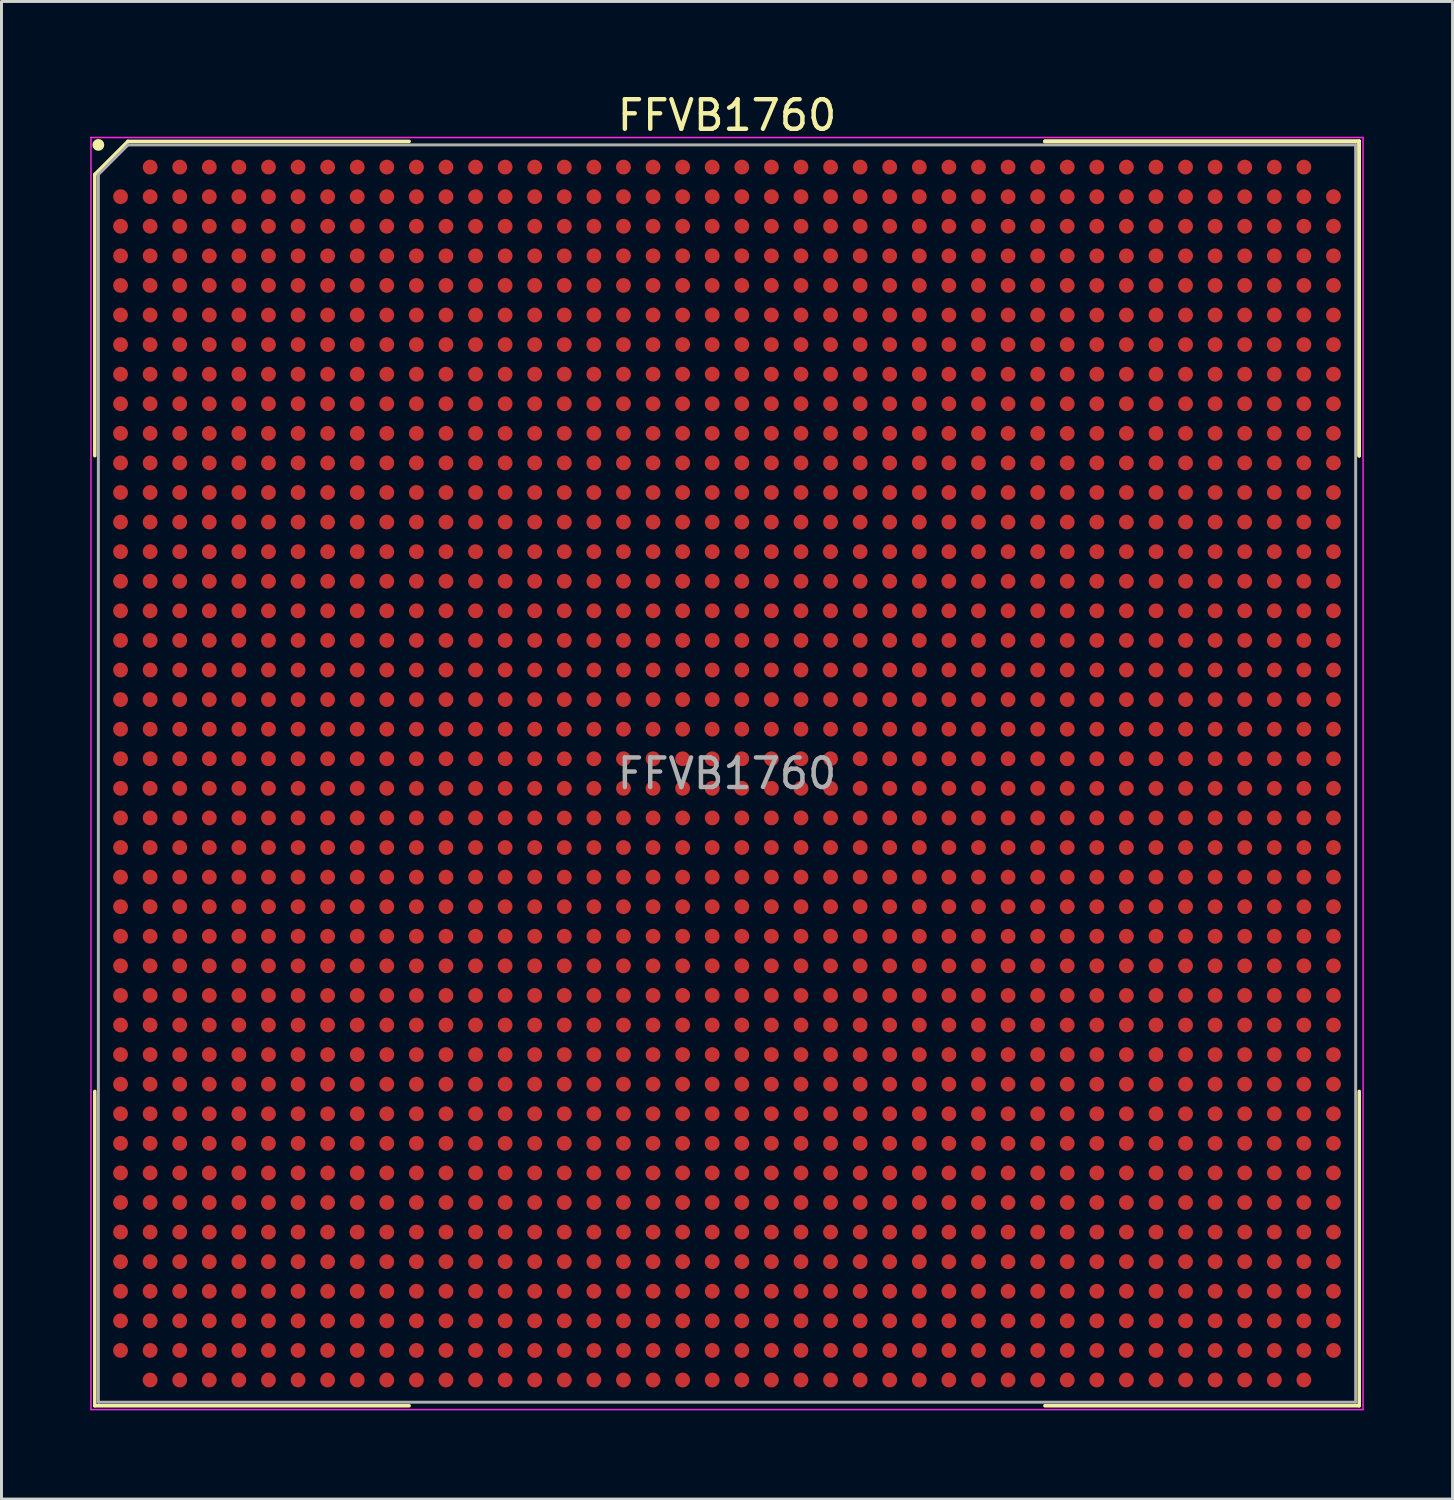
<source format=kicad_pcb>
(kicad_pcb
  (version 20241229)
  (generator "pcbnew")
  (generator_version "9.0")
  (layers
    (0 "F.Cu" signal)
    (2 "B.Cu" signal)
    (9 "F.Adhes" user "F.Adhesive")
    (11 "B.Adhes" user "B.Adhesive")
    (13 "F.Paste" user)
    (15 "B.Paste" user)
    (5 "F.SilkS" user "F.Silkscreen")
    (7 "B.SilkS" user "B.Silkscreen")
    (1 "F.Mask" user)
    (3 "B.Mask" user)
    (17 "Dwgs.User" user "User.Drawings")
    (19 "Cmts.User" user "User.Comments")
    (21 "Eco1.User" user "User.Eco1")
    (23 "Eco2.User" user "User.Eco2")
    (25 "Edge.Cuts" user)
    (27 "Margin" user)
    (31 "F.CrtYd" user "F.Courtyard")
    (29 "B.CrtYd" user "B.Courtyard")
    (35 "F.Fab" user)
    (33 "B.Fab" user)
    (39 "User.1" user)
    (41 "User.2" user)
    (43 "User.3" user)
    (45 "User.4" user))
  (footprint "FFVB1760"
    (layer "F.Cu")
    (at 21.525 23.098)
    (property "Reference" "FFVB1760" (at 0 -22.25 0) (layer "F.SilkS") (effects (font (size 1 1) (thickness 0.15))))
    (attr smd)
    (fp_line (start -21.37 -20.25) (end -21.37 -10.745) (stroke (width 0.12) (type solid)) (layer "F.SilkS"))
    (fp_line (start -21.37 21.37) (end -21.37 10.745) (stroke (width 0.12) (type solid)) (layer "F.SilkS"))
    (fp_line (start -20.25 -21.37) (end -21.37 -20.25) (stroke (width 0.12) (type solid)) (layer "F.SilkS"))
    (fp_line (start -10.745 -21.37) (end -20.25 -21.37) (stroke (width 0.12) (type solid)) (layer "F.SilkS"))
    (fp_line (start -10.745 21.37) (end -21.37 21.37) (stroke (width 0.12) (type solid)) (layer "F.SilkS"))
    (fp_line (start 10.745 -21.37) (end 21.37 -21.37) (stroke (width 0.12) (type solid)) (layer "F.SilkS"))
    (fp_line (start 10.745 -21.37) (end 21.37 -21.37) (stroke (width 0.12) (type solid)) (layer "F.SilkS"))
    (fp_line (start 10.745 -21.37) (end 21.37 -21.37) (stroke (width 0.12) (type solid)) (layer "F.SilkS"))
    (fp_line (start 10.745 21.37) (end 21.37 21.37) (stroke (width 0.12) (type solid)) (layer "F.SilkS"))
    (fp_line (start 21.37 -21.37) (end 21.37 -10.745) (stroke (width 0.12) (type solid)) (layer "F.SilkS"))
    (fp_line (start 21.37 -21.37) (end 21.37 -10.745) (stroke (width 0.12) (type solid)) (layer "F.SilkS"))
    (fp_line (start 21.37 -21.37) (end 21.37 -10.745) (stroke (width 0.12) (type solid)) (layer "F.SilkS"))
    (fp_line (start 21.37 21.37) (end 21.37 10.745) (stroke (width 0.12) (type solid)) (layer "F.SilkS"))
    (fp_circle (center -21.25 -21.25) (end -21.25 -21.15) (stroke (width 0.2) (type solid)) (fill no) (layer "F.SilkS"))
    (fp_line (start -21.5 -21.5) (end 21.5 -21.5) (stroke (width 0.05) (type solid)) (layer "F.CrtYd"))
    (fp_line (start -21.5 21.5) (end -21.5 -21.5) (stroke (width 0.05) (type solid)) (layer "F.CrtYd"))
    (fp_line (start 21.5 -21.5) (end 21.5 21.5) (stroke (width 0.05) (type solid)) (layer "F.CrtYd"))
    (fp_line (start 21.5 21.5) (end -21.5 21.5) (stroke (width 0.05) (type solid)) (layer "F.CrtYd"))
    (fp_line (start -21.25 -20.25) (end -21.25 21.25) (stroke (width 0.1) (type solid)) (layer "F.Fab"))
    (fp_line (start -21.25 21.25) (end 21.25 21.25) (stroke (width 0.1) (type solid)) (layer "F.Fab"))
    (fp_line (start -20.25 -21.25) (end -21.25 -20.25) (stroke (width 0.1) (type solid)) (layer "F.Fab"))
    (fp_line (start 21.25 -21.25) (end -20.25 -21.25) (stroke (width 0.1) (type solid)) (layer "F.Fab"))
    (fp_line (start 21.25 21.25) (end 21.25 -21.25) (stroke (width 0.1) (type solid)) (layer "F.Fab"))
    (fp_text user "${REFERENCE}" (at 0 0 0) (layer "F.Fab") (effects (font (size 1 1) (thickness 0.15))))
    (pad "A2" smd circle (at -19.5 -20.5) (size 0.5 0.5) (layers "F.Cu" "F.Mask" "F.Paste"))
    (pad "A3" smd circle (at -18.5 -20.5) (size 0.5 0.5) (layers "F.Cu" "F.Mask" "F.Paste"))
    (pad "A4" smd circle (at -17.5 -20.5) (size 0.5 0.5) (layers "F.Cu" "F.Mask" "F.Paste"))
    (pad "A5" smd circle (at -16.5 -20.5) (size 0.5 0.5) (layers "F.Cu" "F.Mask" "F.Paste"))
    (pad "A6" smd circle (at -15.5 -20.5) (size 0.5 0.5) (layers "F.Cu" "F.Mask" "F.Paste"))
    (pad "A7" smd circle (at -14.5 -20.5) (size 0.5 0.5) (layers "F.Cu" "F.Mask" "F.Paste"))
    (pad "A8" smd circle (at -13.5 -20.5) (size 0.5 0.5) (layers "F.Cu" "F.Mask" "F.Paste"))
    (pad "A9" smd circle (at -12.5 -20.5) (size 0.5 0.5) (layers "F.Cu" "F.Mask" "F.Paste"))
    (pad "A10" smd circle (at -11.5 -20.5) (size 0.5 0.5) (layers "F.Cu" "F.Mask" "F.Paste"))
    (pad "A11" smd circle (at -10.5 -20.5) (size 0.5 0.5) (layers "F.Cu" "F.Mask" "F.Paste"))
    (pad "A12" smd circle (at -9.5 -20.5) (size 0.5 0.5) (layers "F.Cu" "F.Mask" "F.Paste"))
    (pad "A13" smd circle (at -8.5 -20.5) (size 0.5 0.5) (layers "F.Cu" "F.Mask" "F.Paste"))
    (pad "A14" smd circle (at -7.5 -20.5) (size 0.5 0.5) (layers "F.Cu" "F.Mask" "F.Paste"))
    (pad "A15" smd circle (at -6.5 -20.5) (size 0.5 0.5) (layers "F.Cu" "F.Mask" "F.Paste"))
    (pad "A16" smd circle (at -5.5 -20.5) (size 0.5 0.5) (layers "F.Cu" "F.Mask" "F.Paste"))
    (pad "A17" smd circle (at -4.5 -20.5) (size 0.5 0.5) (layers "F.Cu" "F.Mask" "F.Paste"))
    (pad "A18" smd circle (at -3.5 -20.5) (size 0.5 0.5) (layers "F.Cu" "F.Mask" "F.Paste"))
    (pad "A19" smd circle (at -2.5 -20.5) (size 0.5 0.5) (layers "F.Cu" "F.Mask" "F.Paste"))
    (pad "A20" smd circle (at -1.5 -20.5) (size 0.5 0.5) (layers "F.Cu" "F.Mask" "F.Paste"))
    (pad "A21" smd circle (at -0.5 -20.5) (size 0.5 0.5) (layers "F.Cu" "F.Mask" "F.Paste"))
    (pad "A22" smd circle (at 0.5 -20.5) (size 0.5 0.5) (layers "F.Cu" "F.Mask" "F.Paste"))
    (pad "A23" smd circle (at 1.5 -20.5) (size 0.5 0.5) (layers "F.Cu" "F.Mask" "F.Paste"))
    (pad "A24" smd circle (at 2.5 -20.5) (size 0.5 0.5) (layers "F.Cu" "F.Mask" "F.Paste"))
    (pad "A25" smd circle (at 3.5 -20.5) (size 0.5 0.5) (layers "F.Cu" "F.Mask" "F.Paste"))
    (pad "A26" smd circle (at 4.5 -20.5) (size 0.5 0.5) (layers "F.Cu" "F.Mask" "F.Paste"))
    (pad "A27" smd circle (at 5.5 -20.5) (size 0.5 0.5) (layers "F.Cu" "F.Mask" "F.Paste"))
    (pad "A28" smd circle (at 6.5 -20.5) (size 0.5 0.5) (layers "F.Cu" "F.Mask" "F.Paste"))
    (pad "A29" smd circle (at 7.5 -20.5) (size 0.5 0.5) (layers "F.Cu" "F.Mask" "F.Paste"))
    (pad "A30" smd circle (at 8.5 -20.5) (size 0.5 0.5) (layers "F.Cu" "F.Mask" "F.Paste"))
    (pad "A31" smd circle (at 9.5 -20.5) (size 0.5 0.5) (layers "F.Cu" "F.Mask" "F.Paste"))
    (pad "A32" smd circle (at 10.5 -20.5) (size 0.5 0.5) (layers "F.Cu" "F.Mask" "F.Paste"))
    (pad "A33" smd circle (at 11.5 -20.5) (size 0.5 0.5) (layers "F.Cu" "F.Mask" "F.Paste"))
    (pad "A34" smd circle (at 12.5 -20.5) (size 0.5 0.5) (layers "F.Cu" "F.Mask" "F.Paste"))
    (pad "A35" smd circle (at 13.5 -20.5) (size 0.5 0.5) (layers "F.Cu" "F.Mask" "F.Paste"))
    (pad "A36" smd circle (at 14.5 -20.5) (size 0.5 0.5) (layers "F.Cu" "F.Mask" "F.Paste"))
    (pad "A37" smd circle (at 15.5 -20.5) (size 0.5 0.5) (layers "F.Cu" "F.Mask" "F.Paste"))
    (pad "A38" smd circle (at 16.5 -20.5) (size 0.5 0.5) (layers "F.Cu" "F.Mask" "F.Paste"))
    (pad "A39" smd circle (at 17.5 -20.5) (size 0.5 0.5) (layers "F.Cu" "F.Mask" "F.Paste"))
    (pad "A40" smd circle (at 18.5 -20.5) (size 0.5 0.5) (layers "F.Cu" "F.Mask" "F.Paste"))
    (pad "A41" smd circle (at 19.5 -20.5) (size 0.5 0.5) (layers "F.Cu" "F.Mask" "F.Paste"))
    (pad "AA1" smd circle (at -20.5 -0.5) (size 0.5 0.5) (layers "F.Cu" "F.Mask" "F.Paste"))
    (pad "AA2" smd circle (at -19.5 -0.5) (size 0.5 0.5) (layers "F.Cu" "F.Mask" "F.Paste"))
    (pad "AA3" smd circle (at -18.5 -0.5) (size 0.5 0.5) (layers "F.Cu" "F.Mask" "F.Paste"))
    (pad "AA4" smd circle (at -17.5 -0.5) (size 0.5 0.5) (layers "F.Cu" "F.Mask" "F.Paste"))
    (pad "AA5" smd circle (at -16.5 -0.5) (size 0.5 0.5) (layers "F.Cu" "F.Mask" "F.Paste"))
    (pad "AA6" smd circle (at -15.5 -0.5) (size 0.5 0.5) (layers "F.Cu" "F.Mask" "F.Paste"))
    (pad "AA7" smd circle (at -14.5 -0.5) (size 0.5 0.5) (layers "F.Cu" "F.Mask" "F.Paste"))
    (pad "AA8" smd circle (at -13.5 -0.5) (size 0.5 0.5) (layers "F.Cu" "F.Mask" "F.Paste"))
    (pad "AA9" smd circle (at -12.5 -0.5) (size 0.5 0.5) (layers "F.Cu" "F.Mask" "F.Paste"))
    (pad "AA10" smd circle (at -11.5 -0.5) (size 0.5 0.5) (layers "F.Cu" "F.Mask" "F.Paste"))
    (pad "AA11" smd circle (at -10.5 -0.5) (size 0.5 0.5) (layers "F.Cu" "F.Mask" "F.Paste"))
    (pad "AA12" smd circle (at -9.5 -0.5) (size 0.5 0.5) (layers "F.Cu" "F.Mask" "F.Paste"))
    (pad "AA13" smd circle (at -8.5 -0.5) (size 0.5 0.5) (layers "F.Cu" "F.Mask" "F.Paste"))
    (pad "AA14" smd circle (at -7.5 -0.5) (size 0.5 0.5) (layers "F.Cu" "F.Mask" "F.Paste"))
    (pad "AA15" smd circle (at -6.5 -0.5) (size 0.5 0.5) (layers "F.Cu" "F.Mask" "F.Paste"))
    (pad "AA16" smd circle (at -5.5 -0.5) (size 0.5 0.5) (layers "F.Cu" "F.Mask" "F.Paste"))
    (pad "AA17" smd circle (at -4.5 -0.5) (size 0.5 0.5) (layers "F.Cu" "F.Mask" "F.Paste"))
    (pad "AA18" smd circle (at -3.5 -0.5) (size 0.5 0.5) (layers "F.Cu" "F.Mask" "F.Paste"))
    (pad "AA19" smd circle (at -2.5 -0.5) (size 0.5 0.5) (layers "F.Cu" "F.Mask" "F.Paste"))
    (pad "AA20" smd circle (at -1.5 -0.5) (size 0.5 0.5) (layers "F.Cu" "F.Mask" "F.Paste"))
    (pad "AA21" smd circle (at -0.5 -0.5) (size 0.5 0.5) (layers "F.Cu" "F.Mask" "F.Paste"))
    (pad "AA22" smd circle (at 0.5 -0.5) (size 0.5 0.5) (layers "F.Cu" "F.Mask" "F.Paste"))
    (pad "AA23" smd circle (at 1.5 -0.5) (size 0.5 0.5) (layers "F.Cu" "F.Mask" "F.Paste"))
    (pad "AA24" smd circle (at 2.5 -0.5) (size 0.5 0.5) (layers "F.Cu" "F.Mask" "F.Paste"))
    (pad "AA25" smd circle (at 3.5 -0.5) (size 0.5 0.5) (layers "F.Cu" "F.Mask" "F.Paste"))
    (pad "AA26" smd circle (at 4.5 -0.5) (size 0.5 0.5) (layers "F.Cu" "F.Mask" "F.Paste"))
    (pad "AA27" smd circle (at 5.5 -0.5) (size 0.5 0.5) (layers "F.Cu" "F.Mask" "F.Paste"))
    (pad "AA28" smd circle (at 6.5 -0.5) (size 0.5 0.5) (layers "F.Cu" "F.Mask" "F.Paste"))
    (pad "AA29" smd circle (at 7.5 -0.5) (size 0.5 0.5) (layers "F.Cu" "F.Mask" "F.Paste"))
    (pad "AA30" smd circle (at 8.5 -0.5) (size 0.5 0.5) (layers "F.Cu" "F.Mask" "F.Paste"))
    (pad "AA31" smd circle (at 9.5 -0.5) (size 0.5 0.5) (layers "F.Cu" "F.Mask" "F.Paste"))
    (pad "AA32" smd circle (at 10.5 -0.5) (size 0.5 0.5) (layers "F.Cu" "F.Mask" "F.Paste"))
    (pad "AA33" smd circle (at 11.5 -0.5) (size 0.5 0.5) (layers "F.Cu" "F.Mask" "F.Paste"))
    (pad "AA34" smd circle (at 12.5 -0.5) (size 0.5 0.5) (layers "F.Cu" "F.Mask" "F.Paste"))
    (pad "AA35" smd circle (at 13.5 -0.5) (size 0.5 0.5) (layers "F.Cu" "F.Mask" "F.Paste"))
    (pad "AA36" smd circle (at 14.5 -0.5) (size 0.5 0.5) (layers "F.Cu" "F.Mask" "F.Paste"))
    (pad "AA37" smd circle (at 15.5 -0.5) (size 0.5 0.5) (layers "F.Cu" "F.Mask" "F.Paste"))
    (pad "AA38" smd circle (at 16.5 -0.5) (size 0.5 0.5) (layers "F.Cu" "F.Mask" "F.Paste"))
    (pad "AA39" smd circle (at 17.5 -0.5) (size 0.5 0.5) (layers "F.Cu" "F.Mask" "F.Paste"))
    (pad "AA40" smd circle (at 18.5 -0.5) (size 0.5 0.5) (layers "F.Cu" "F.Mask" "F.Paste"))
    (pad "AA41" smd circle (at 19.5 -0.5) (size 0.5 0.5) (layers "F.Cu" "F.Mask" "F.Paste"))
    (pad "AA42" smd circle (at 20.5 -0.5) (size 0.5 0.5) (layers "F.Cu" "F.Mask" "F.Paste"))
    (pad "AB1" smd circle (at -20.5 0.5) (size 0.5 0.5) (layers "F.Cu" "F.Mask" "F.Paste"))
    (pad "AB2" smd circle (at -19.5 0.5) (size 0.5 0.5) (layers "F.Cu" "F.Mask" "F.Paste"))
    (pad "AB3" smd circle (at -18.5 0.5) (size 0.5 0.5) (layers "F.Cu" "F.Mask" "F.Paste"))
    (pad "AB4" smd circle (at -17.5 0.5) (size 0.5 0.5) (layers "F.Cu" "F.Mask" "F.Paste"))
    (pad "AB5" smd circle (at -16.5 0.5) (size 0.5 0.5) (layers "F.Cu" "F.Mask" "F.Paste"))
    (pad "AB6" smd circle (at -15.5 0.5) (size 0.5 0.5) (layers "F.Cu" "F.Mask" "F.Paste"))
    (pad "AB7" smd circle (at -14.5 0.5) (size 0.5 0.5) (layers "F.Cu" "F.Mask" "F.Paste"))
    (pad "AB8" smd circle (at -13.5 0.5) (size 0.5 0.5) (layers "F.Cu" "F.Mask" "F.Paste"))
    (pad "AB9" smd circle (at -12.5 0.5) (size 0.5 0.5) (layers "F.Cu" "F.Mask" "F.Paste"))
    (pad "AB10" smd circle (at -11.5 0.5) (size 0.5 0.5) (layers "F.Cu" "F.Mask" "F.Paste"))
    (pad "AB11" smd circle (at -10.5 0.5) (size 0.5 0.5) (layers "F.Cu" "F.Mask" "F.Paste"))
    (pad "AB12" smd circle (at -9.5 0.5) (size 0.5 0.5) (layers "F.Cu" "F.Mask" "F.Paste"))
    (pad "AB13" smd circle (at -8.5 0.5) (size 0.5 0.5) (layers "F.Cu" "F.Mask" "F.Paste"))
    (pad "AB14" smd circle (at -7.5 0.5) (size 0.5 0.5) (layers "F.Cu" "F.Mask" "F.Paste"))
    (pad "AB15" smd circle (at -6.5 0.5) (size 0.5 0.5) (layers "F.Cu" "F.Mask" "F.Paste"))
    (pad "AB16" smd circle (at -5.5 0.5) (size 0.5 0.5) (layers "F.Cu" "F.Mask" "F.Paste"))
    (pad "AB17" smd circle (at -4.5 0.5) (size 0.5 0.5) (layers "F.Cu" "F.Mask" "F.Paste"))
    (pad "AB18" smd circle (at -3.5 0.5) (size 0.5 0.5) (layers "F.Cu" "F.Mask" "F.Paste"))
    (pad "AB19" smd circle (at -2.5 0.5) (size 0.5 0.5) (layers "F.Cu" "F.Mask" "F.Paste"))
    (pad "AB20" smd circle (at -1.5 0.5) (size 0.5 0.5) (layers "F.Cu" "F.Mask" "F.Paste"))
    (pad "AB21" smd circle (at -0.5 0.5) (size 0.5 0.5) (layers "F.Cu" "F.Mask" "F.Paste"))
    (pad "AB22" smd circle (at 0.5 0.5) (size 0.5 0.5) (layers "F.Cu" "F.Mask" "F.Paste"))
    (pad "AB23" smd circle (at 1.5 0.5) (size 0.5 0.5) (layers "F.Cu" "F.Mask" "F.Paste"))
    (pad "AB24" smd circle (at 2.5 0.5) (size 0.5 0.5) (layers "F.Cu" "F.Mask" "F.Paste"))
    (pad "AB25" smd circle (at 3.5 0.5) (size 0.5 0.5) (layers "F.Cu" "F.Mask" "F.Paste"))
    (pad "AB26" smd circle (at 4.5 0.5) (size 0.5 0.5) (layers "F.Cu" "F.Mask" "F.Paste"))
    (pad "AB27" smd circle (at 5.5 0.5) (size 0.5 0.5) (layers "F.Cu" "F.Mask" "F.Paste"))
    (pad "AB28" smd circle (at 6.5 0.5) (size 0.5 0.5) (layers "F.Cu" "F.Mask" "F.Paste"))
    (pad "AB29" smd circle (at 7.5 0.5) (size 0.5 0.5) (layers "F.Cu" "F.Mask" "F.Paste"))
    (pad "AB30" smd circle (at 8.5 0.5) (size 0.5 0.5) (layers "F.Cu" "F.Mask" "F.Paste"))
    (pad "AB31" smd circle (at 9.5 0.5) (size 0.5 0.5) (layers "F.Cu" "F.Mask" "F.Paste"))
    (pad "AB32" smd circle (at 10.5 0.5) (size 0.5 0.5) (layers "F.Cu" "F.Mask" "F.Paste"))
    (pad "AB33" smd circle (at 11.5 0.5) (size 0.5 0.5) (layers "F.Cu" "F.Mask" "F.Paste"))
    (pad "AB34" smd circle (at 12.5 0.5) (size 0.5 0.5) (layers "F.Cu" "F.Mask" "F.Paste"))
    (pad "AB35" smd circle (at 13.5 0.5) (size 0.5 0.5) (layers "F.Cu" "F.Mask" "F.Paste"))
    (pad "AB36" smd circle (at 14.5 0.5) (size 0.5 0.5) (layers "F.Cu" "F.Mask" "F.Paste"))
    (pad "AB37" smd circle (at 15.5 0.5) (size 0.5 0.5) (layers "F.Cu" "F.Mask" "F.Paste"))
    (pad "AB38" smd circle (at 16.5 0.5) (size 0.5 0.5) (layers "F.Cu" "F.Mask" "F.Paste"))
    (pad "AB39" smd circle (at 17.5 0.5) (size 0.5 0.5) (layers "F.Cu" "F.Mask" "F.Paste"))
    (pad "AB40" smd circle (at 18.5 0.5) (size 0.5 0.5) (layers "F.Cu" "F.Mask" "F.Paste"))
    (pad "AB41" smd circle (at 19.5 0.5) (size 0.5 0.5) (layers "F.Cu" "F.Mask" "F.Paste"))
    (pad "AB42" smd circle (at 20.5 0.5) (size 0.5 0.5) (layers "F.Cu" "F.Mask" "F.Paste"))
    (pad "AC1" smd circle (at -20.5 1.5) (size 0.5 0.5) (layers "F.Cu" "F.Mask" "F.Paste"))
    (pad "AC2" smd circle (at -19.5 1.5) (size 0.5 0.5) (layers "F.Cu" "F.Mask" "F.Paste"))
    (pad "AC3" smd circle (at -18.5 1.5) (size 0.5 0.5) (layers "F.Cu" "F.Mask" "F.Paste"))
    (pad "AC4" smd circle (at -17.5 1.5) (size 0.5 0.5) (layers "F.Cu" "F.Mask" "F.Paste"))
    (pad "AC5" smd circle (at -16.5 1.5) (size 0.5 0.5) (layers "F.Cu" "F.Mask" "F.Paste"))
    (pad "AC6" smd circle (at -15.5 1.5) (size 0.5 0.5) (layers "F.Cu" "F.Mask" "F.Paste"))
    (pad "AC7" smd circle (at -14.5 1.5) (size 0.5 0.5) (layers "F.Cu" "F.Mask" "F.Paste"))
    (pad "AC8" smd circle (at -13.5 1.5) (size 0.5 0.5) (layers "F.Cu" "F.Mask" "F.Paste"))
    (pad "AC9" smd circle (at -12.5 1.5) (size 0.5 0.5) (layers "F.Cu" "F.Mask" "F.Paste"))
    (pad "AC10" smd circle (at -11.5 1.5) (size 0.5 0.5) (layers "F.Cu" "F.Mask" "F.Paste"))
    (pad "AC11" smd circle (at -10.5 1.5) (size 0.5 0.5) (layers "F.Cu" "F.Mask" "F.Paste"))
    (pad "AC12" smd circle (at -9.5 1.5) (size 0.5 0.5) (layers "F.Cu" "F.Mask" "F.Paste"))
    (pad "AC13" smd circle (at -8.5 1.5) (size 0.5 0.5) (layers "F.Cu" "F.Mask" "F.Paste"))
    (pad "AC14" smd circle (at -7.5 1.5) (size 0.5 0.5) (layers "F.Cu" "F.Mask" "F.Paste"))
    (pad "AC15" smd circle (at -6.5 1.5) (size 0.5 0.5) (layers "F.Cu" "F.Mask" "F.Paste"))
    (pad "AC16" smd circle (at -5.5 1.5) (size 0.5 0.5) (layers "F.Cu" "F.Mask" "F.Paste"))
    (pad "AC17" smd circle (at -4.5 1.5) (size 0.5 0.5) (layers "F.Cu" "F.Mask" "F.Paste"))
    (pad "AC18" smd circle (at -3.5 1.5) (size 0.5 0.5) (layers "F.Cu" "F.Mask" "F.Paste"))
    (pad "AC19" smd circle (at -2.5 1.5) (size 0.5 0.5) (layers "F.Cu" "F.Mask" "F.Paste"))
    (pad "AC20" smd circle (at -1.5 1.5) (size 0.5 0.5) (layers "F.Cu" "F.Mask" "F.Paste"))
    (pad "AC21" smd circle (at -0.5 1.5) (size 0.5 0.5) (layers "F.Cu" "F.Mask" "F.Paste"))
    (pad "AC22" smd circle (at 0.5 1.5) (size 0.5 0.5) (layers "F.Cu" "F.Mask" "F.Paste"))
    (pad "AC23" smd circle (at 1.5 1.5) (size 0.5 0.5) (layers "F.Cu" "F.Mask" "F.Paste"))
    (pad "AC24" smd circle (at 2.5 1.5) (size 0.5 0.5) (layers "F.Cu" "F.Mask" "F.Paste"))
    (pad "AC25" smd circle (at 3.5 1.5) (size 0.5 0.5) (layers "F.Cu" "F.Mask" "F.Paste"))
    (pad "AC26" smd circle (at 4.5 1.5) (size 0.5 0.5) (layers "F.Cu" "F.Mask" "F.Paste"))
    (pad "AC27" smd circle (at 5.5 1.5) (size 0.5 0.5) (layers "F.Cu" "F.Mask" "F.Paste"))
    (pad "AC28" smd circle (at 6.5 1.5) (size 0.5 0.5) (layers "F.Cu" "F.Mask" "F.Paste"))
    (pad "AC29" smd circle (at 7.5 1.5) (size 0.5 0.5) (layers "F.Cu" "F.Mask" "F.Paste"))
    (pad "AC30" smd circle (at 8.5 1.5) (size 0.5 0.5) (layers "F.Cu" "F.Mask" "F.Paste"))
    (pad "AC31" smd circle (at 9.5 1.5) (size 0.5 0.5) (layers "F.Cu" "F.Mask" "F.Paste"))
    (pad "AC32" smd circle (at 10.5 1.5) (size 0.5 0.5) (layers "F.Cu" "F.Mask" "F.Paste"))
    (pad "AC33" smd circle (at 11.5 1.5) (size 0.5 0.5) (layers "F.Cu" "F.Mask" "F.Paste"))
    (pad "AC34" smd circle (at 12.5 1.5) (size 0.5 0.5) (layers "F.Cu" "F.Mask" "F.Paste"))
    (pad "AC35" smd circle (at 13.5 1.5) (size 0.5 0.5) (layers "F.Cu" "F.Mask" "F.Paste"))
    (pad "AC36" smd circle (at 14.5 1.5) (size 0.5 0.5) (layers "F.Cu" "F.Mask" "F.Paste"))
    (pad "AC37" smd circle (at 15.5 1.5) (size 0.5 0.5) (layers "F.Cu" "F.Mask" "F.Paste"))
    (pad "AC38" smd circle (at 16.5 1.5) (size 0.5 0.5) (layers "F.Cu" "F.Mask" "F.Paste"))
    (pad "AC39" smd circle (at 17.5 1.5) (size 0.5 0.5) (layers "F.Cu" "F.Mask" "F.Paste"))
    (pad "AC40" smd circle (at 18.5 1.5) (size 0.5 0.5) (layers "F.Cu" "F.Mask" "F.Paste"))
    (pad "AC41" smd circle (at 19.5 1.5) (size 0.5 0.5) (layers "F.Cu" "F.Mask" "F.Paste"))
    (pad "AC42" smd circle (at 20.5 1.5) (size 0.5 0.5) (layers "F.Cu" "F.Mask" "F.Paste"))
    (pad "AD1" smd circle (at -20.5 2.5) (size 0.5 0.5) (layers "F.Cu" "F.Mask" "F.Paste"))
    (pad "AD2" smd circle (at -19.5 2.5) (size 0.5 0.5) (layers "F.Cu" "F.Mask" "F.Paste"))
    (pad "AD3" smd circle (at -18.5 2.5) (size 0.5 0.5) (layers "F.Cu" "F.Mask" "F.Paste"))
    (pad "AD4" smd circle (at -17.5 2.5) (size 0.5 0.5) (layers "F.Cu" "F.Mask" "F.Paste"))
    (pad "AD5" smd circle (at -16.5 2.5) (size 0.5 0.5) (layers "F.Cu" "F.Mask" "F.Paste"))
    (pad "AD6" smd circle (at -15.5 2.5) (size 0.5 0.5) (layers "F.Cu" "F.Mask" "F.Paste"))
    (pad "AD7" smd circle (at -14.5 2.5) (size 0.5 0.5) (layers "F.Cu" "F.Mask" "F.Paste"))
    (pad "AD8" smd circle (at -13.5 2.5) (size 0.5 0.5) (layers "F.Cu" "F.Mask" "F.Paste"))
    (pad "AD9" smd circle (at -12.5 2.5) (size 0.5 0.5) (layers "F.Cu" "F.Mask" "F.Paste"))
    (pad "AD10" smd circle (at -11.5 2.5) (size 0.5 0.5) (layers "F.Cu" "F.Mask" "F.Paste"))
    (pad "AD11" smd circle (at -10.5 2.5) (size 0.5 0.5) (layers "F.Cu" "F.Mask" "F.Paste"))
    (pad "AD12" smd circle (at -9.5 2.5) (size 0.5 0.5) (layers "F.Cu" "F.Mask" "F.Paste"))
    (pad "AD13" smd circle (at -8.5 2.5) (size 0.5 0.5) (layers "F.Cu" "F.Mask" "F.Paste"))
    (pad "AD14" smd circle (at -7.5 2.5) (size 0.5 0.5) (layers "F.Cu" "F.Mask" "F.Paste"))
    (pad "AD15" smd circle (at -6.5 2.5) (size 0.5 0.5) (layers "F.Cu" "F.Mask" "F.Paste"))
    (pad "AD16" smd circle (at -5.5 2.5) (size 0.5 0.5) (layers "F.Cu" "F.Mask" "F.Paste"))
    (pad "AD17" smd circle (at -4.5 2.5) (size 0.5 0.5) (layers "F.Cu" "F.Mask" "F.Paste"))
    (pad "AD18" smd circle (at -3.5 2.5) (size 0.5 0.5) (layers "F.Cu" "F.Mask" "F.Paste"))
    (pad "AD19" smd circle (at -2.5 2.5) (size 0.5 0.5) (layers "F.Cu" "F.Mask" "F.Paste"))
    (pad "AD20" smd circle (at -1.5 2.5) (size 0.5 0.5) (layers "F.Cu" "F.Mask" "F.Paste"))
    (pad "AD21" smd circle (at -0.5 2.5) (size 0.5 0.5) (layers "F.Cu" "F.Mask" "F.Paste"))
    (pad "AD22" smd circle (at 0.5 2.5) (size 0.5 0.5) (layers "F.Cu" "F.Mask" "F.Paste"))
    (pad "AD23" smd circle (at 1.5 2.5) (size 0.5 0.5) (layers "F.Cu" "F.Mask" "F.Paste"))
    (pad "AD24" smd circle (at 2.5 2.5) (size 0.5 0.5) (layers "F.Cu" "F.Mask" "F.Paste"))
    (pad "AD25" smd circle (at 3.5 2.5) (size 0.5 0.5) (layers "F.Cu" "F.Mask" "F.Paste"))
    (pad "AD26" smd circle (at 4.5 2.5) (size 0.5 0.5) (layers "F.Cu" "F.Mask" "F.Paste"))
    (pad "AD27" smd circle (at 5.5 2.5) (size 0.5 0.5) (layers "F.Cu" "F.Mask" "F.Paste"))
    (pad "AD28" smd circle (at 6.5 2.5) (size 0.5 0.5) (layers "F.Cu" "F.Mask" "F.Paste"))
    (pad "AD29" smd circle (at 7.5 2.5) (size 0.5 0.5) (layers "F.Cu" "F.Mask" "F.Paste"))
    (pad "AD30" smd circle (at 8.5 2.5) (size 0.5 0.5) (layers "F.Cu" "F.Mask" "F.Paste"))
    (pad "AD31" smd circle (at 9.5 2.5) (size 0.5 0.5) (layers "F.Cu" "F.Mask" "F.Paste"))
    (pad "AD32" smd circle (at 10.5 2.5) (size 0.5 0.5) (layers "F.Cu" "F.Mask" "F.Paste"))
    (pad "AD33" smd circle (at 11.5 2.5) (size 0.5 0.5) (layers "F.Cu" "F.Mask" "F.Paste"))
    (pad "AD34" smd circle (at 12.5 2.5) (size 0.5 0.5) (layers "F.Cu" "F.Mask" "F.Paste"))
    (pad "AD35" smd circle (at 13.5 2.5) (size 0.5 0.5) (layers "F.Cu" "F.Mask" "F.Paste"))
    (pad "AD36" smd circle (at 14.5 2.5) (size 0.5 0.5) (layers "F.Cu" "F.Mask" "F.Paste"))
    (pad "AD37" smd circle (at 15.5 2.5) (size 0.5 0.5) (layers "F.Cu" "F.Mask" "F.Paste"))
    (pad "AD38" smd circle (at 16.5 2.5) (size 0.5 0.5) (layers "F.Cu" "F.Mask" "F.Paste"))
    (pad "AD39" smd circle (at 17.5 2.5) (size 0.5 0.5) (layers "F.Cu" "F.Mask" "F.Paste"))
    (pad "AD40" smd circle (at 18.5 2.5) (size 0.5 0.5) (layers "F.Cu" "F.Mask" "F.Paste"))
    (pad "AD41" smd circle (at 19.5 2.5) (size 0.5 0.5) (layers "F.Cu" "F.Mask" "F.Paste"))
    (pad "AD42" smd circle (at 20.5 2.5) (size 0.5 0.5) (layers "F.Cu" "F.Mask" "F.Paste"))
    (pad "AE1" smd circle (at -20.5 3.5) (size 0.5 0.5) (layers "F.Cu" "F.Mask" "F.Paste"))
    (pad "AE2" smd circle (at -19.5 3.5) (size 0.5 0.5) (layers "F.Cu" "F.Mask" "F.Paste"))
    (pad "AE3" smd circle (at -18.5 3.5) (size 0.5 0.5) (layers "F.Cu" "F.Mask" "F.Paste"))
    (pad "AE4" smd circle (at -17.5 3.5) (size 0.5 0.5) (layers "F.Cu" "F.Mask" "F.Paste"))
    (pad "AE5" smd circle (at -16.5 3.5) (size 0.5 0.5) (layers "F.Cu" "F.Mask" "F.Paste"))
    (pad "AE6" smd circle (at -15.5 3.5) (size 0.5 0.5) (layers "F.Cu" "F.Mask" "F.Paste"))
    (pad "AE7" smd circle (at -14.5 3.5) (size 0.5 0.5) (layers "F.Cu" "F.Mask" "F.Paste"))
    (pad "AE8" smd circle (at -13.5 3.5) (size 0.5 0.5) (layers "F.Cu" "F.Mask" "F.Paste"))
    (pad "AE9" smd circle (at -12.5 3.5) (size 0.5 0.5) (layers "F.Cu" "F.Mask" "F.Paste"))
    (pad "AE10" smd circle (at -11.5 3.5) (size 0.5 0.5) (layers "F.Cu" "F.Mask" "F.Paste"))
    (pad "AE11" smd circle (at -10.5 3.5) (size 0.5 0.5) (layers "F.Cu" "F.Mask" "F.Paste"))
    (pad "AE12" smd circle (at -9.5 3.5) (size 0.5 0.5) (layers "F.Cu" "F.Mask" "F.Paste"))
    (pad "AE13" smd circle (at -8.5 3.5) (size 0.5 0.5) (layers "F.Cu" "F.Mask" "F.Paste"))
    (pad "AE14" smd circle (at -7.5 3.5) (size 0.5 0.5) (layers "F.Cu" "F.Mask" "F.Paste"))
    (pad "AE15" smd circle (at -6.5 3.5) (size 0.5 0.5) (layers "F.Cu" "F.Mask" "F.Paste"))
    (pad "AE16" smd circle (at -5.5 3.5) (size 0.5 0.5) (layers "F.Cu" "F.Mask" "F.Paste"))
    (pad "AE17" smd circle (at -4.5 3.5) (size 0.5 0.5) (layers "F.Cu" "F.Mask" "F.Paste"))
    (pad "AE18" smd circle (at -3.5 3.5) (size 0.5 0.5) (layers "F.Cu" "F.Mask" "F.Paste"))
    (pad "AE19" smd circle (at -2.5 3.5) (size 0.5 0.5) (layers "F.Cu" "F.Mask" "F.Paste"))
    (pad "AE20" smd circle (at -1.5 3.5) (size 0.5 0.5) (layers "F.Cu" "F.Mask" "F.Paste"))
    (pad "AE21" smd circle (at -0.5 3.5) (size 0.5 0.5) (layers "F.Cu" "F.Mask" "F.Paste"))
    (pad "AE22" smd circle (at 0.5 3.5) (size 0.5 0.5) (layers "F.Cu" "F.Mask" "F.Paste"))
    (pad "AE23" smd circle (at 1.5 3.5) (size 0.5 0.5) (layers "F.Cu" "F.Mask" "F.Paste"))
    (pad "AE24" smd circle (at 2.5 3.5) (size 0.5 0.5) (layers "F.Cu" "F.Mask" "F.Paste"))
    (pad "AE25" smd circle (at 3.5 3.5) (size 0.5 0.5) (layers "F.Cu" "F.Mask" "F.Paste"))
    (pad "AE26" smd circle (at 4.5 3.5) (size 0.5 0.5) (layers "F.Cu" "F.Mask" "F.Paste"))
    (pad "AE27" smd circle (at 5.5 3.5) (size 0.5 0.5) (layers "F.Cu" "F.Mask" "F.Paste"))
    (pad "AE28" smd circle (at 6.5 3.5) (size 0.5 0.5) (layers "F.Cu" "F.Mask" "F.Paste"))
    (pad "AE29" smd circle (at 7.5 3.5) (size 0.5 0.5) (layers "F.Cu" "F.Mask" "F.Paste"))
    (pad "AE30" smd circle (at 8.5 3.5) (size 0.5 0.5) (layers "F.Cu" "F.Mask" "F.Paste"))
    (pad "AE31" smd circle (at 9.5 3.5) (size 0.5 0.5) (layers "F.Cu" "F.Mask" "F.Paste"))
    (pad "AE32" smd circle (at 10.5 3.5) (size 0.5 0.5) (layers "F.Cu" "F.Mask" "F.Paste"))
    (pad "AE33" smd circle (at 11.5 3.5) (size 0.5 0.5) (layers "F.Cu" "F.Mask" "F.Paste"))
    (pad "AE34" smd circle (at 12.5 3.5) (size 0.5 0.5) (layers "F.Cu" "F.Mask" "F.Paste"))
    (pad "AE35" smd circle (at 13.5 3.5) (size 0.5 0.5) (layers "F.Cu" "F.Mask" "F.Paste"))
    (pad "AE36" smd circle (at 14.5 3.5) (size 0.5 0.5) (layers "F.Cu" "F.Mask" "F.Paste"))
    (pad "AE37" smd circle (at 15.5 3.5) (size 0.5 0.5) (layers "F.Cu" "F.Mask" "F.Paste"))
    (pad "AE38" smd circle (at 16.5 3.5) (size 0.5 0.5) (layers "F.Cu" "F.Mask" "F.Paste"))
    (pad "AE39" smd circle (at 17.5 3.5) (size 0.5 0.5) (layers "F.Cu" "F.Mask" "F.Paste"))
    (pad "AE40" smd circle (at 18.5 3.5) (size 0.5 0.5) (layers "F.Cu" "F.Mask" "F.Paste"))
    (pad "AE41" smd circle (at 19.5 3.5) (size 0.5 0.5) (layers "F.Cu" "F.Mask" "F.Paste"))
    (pad "AE42" smd circle (at 20.5 3.5) (size 0.5 0.5) (layers "F.Cu" "F.Mask" "F.Paste"))
    (pad "AF1" smd circle (at -20.5 4.5) (size 0.5 0.5) (layers "F.Cu" "F.Mask" "F.Paste"))
    (pad "AF2" smd circle (at -19.5 4.5) (size 0.5 0.5) (layers "F.Cu" "F.Mask" "F.Paste"))
    (pad "AF3" smd circle (at -18.5 4.5) (size 0.5 0.5) (layers "F.Cu" "F.Mask" "F.Paste"))
    (pad "AF4" smd circle (at -17.5 4.5) (size 0.5 0.5) (layers "F.Cu" "F.Mask" "F.Paste"))
    (pad "AF5" smd circle (at -16.5 4.5) (size 0.5 0.5) (layers "F.Cu" "F.Mask" "F.Paste"))
    (pad "AF6" smd circle (at -15.5 4.5) (size 0.5 0.5) (layers "F.Cu" "F.Mask" "F.Paste"))
    (pad "AF7" smd circle (at -14.5 4.5) (size 0.5 0.5) (layers "F.Cu" "F.Mask" "F.Paste"))
    (pad "AF8" smd circle (at -13.5 4.5) (size 0.5 0.5) (layers "F.Cu" "F.Mask" "F.Paste"))
    (pad "AF9" smd circle (at -12.5 4.5) (size 0.5 0.5) (layers "F.Cu" "F.Mask" "F.Paste"))
    (pad "AF10" smd circle (at -11.5 4.5) (size 0.5 0.5) (layers "F.Cu" "F.Mask" "F.Paste"))
    (pad "AF11" smd circle (at -10.5 4.5) (size 0.5 0.5) (layers "F.Cu" "F.Mask" "F.Paste"))
    (pad "AF12" smd circle (at -9.5 4.5) (size 0.5 0.5) (layers "F.Cu" "F.Mask" "F.Paste"))
    (pad "AF13" smd circle (at -8.5 4.5) (size 0.5 0.5) (layers "F.Cu" "F.Mask" "F.Paste"))
    (pad "AF14" smd circle (at -7.5 4.5) (size 0.5 0.5) (layers "F.Cu" "F.Mask" "F.Paste"))
    (pad "AF15" smd circle (at -6.5 4.5) (size 0.5 0.5) (layers "F.Cu" "F.Mask" "F.Paste"))
    (pad "AF16" smd circle (at -5.5 4.5) (size 0.5 0.5) (layers "F.Cu" "F.Mask" "F.Paste"))
    (pad "AF17" smd circle (at -4.5 4.5) (size 0.5 0.5) (layers "F.Cu" "F.Mask" "F.Paste"))
    (pad "AF18" smd circle (at -3.5 4.5) (size 0.5 0.5) (layers "F.Cu" "F.Mask" "F.Paste"))
    (pad "AF19" smd circle (at -2.5 4.5) (size 0.5 0.5) (layers "F.Cu" "F.Mask" "F.Paste"))
    (pad "AF20" smd circle (at -1.5 4.5) (size 0.5 0.5) (layers "F.Cu" "F.Mask" "F.Paste"))
    (pad "AF21" smd circle (at -0.5 4.5) (size 0.5 0.5) (layers "F.Cu" "F.Mask" "F.Paste"))
    (pad "AF22" smd circle (at 0.5 4.5) (size 0.5 0.5) (layers "F.Cu" "F.Mask" "F.Paste"))
    (pad "AF23" smd circle (at 1.5 4.5) (size 0.5 0.5) (layers "F.Cu" "F.Mask" "F.Paste"))
    (pad "AF24" smd circle (at 2.5 4.5) (size 0.5 0.5) (layers "F.Cu" "F.Mask" "F.Paste"))
    (pad "AF25" smd circle (at 3.5 4.5) (size 0.5 0.5) (layers "F.Cu" "F.Mask" "F.Paste"))
    (pad "AF26" smd circle (at 4.5 4.5) (size 0.5 0.5) (layers "F.Cu" "F.Mask" "F.Paste"))
    (pad "AF27" smd circle (at 5.5 4.5) (size 0.5 0.5) (layers "F.Cu" "F.Mask" "F.Paste"))
    (pad "AF28" smd circle (at 6.5 4.5) (size 0.5 0.5) (layers "F.Cu" "F.Mask" "F.Paste"))
    (pad "AF29" smd circle (at 7.5 4.5) (size 0.5 0.5) (layers "F.Cu" "F.Mask" "F.Paste"))
    (pad "AF30" smd circle (at 8.5 4.5) (size 0.5 0.5) (layers "F.Cu" "F.Mask" "F.Paste"))
    (pad "AF31" smd circle (at 9.5 4.5) (size 0.5 0.5) (layers "F.Cu" "F.Mask" "F.Paste"))
    (pad "AF32" smd circle (at 10.5 4.5) (size 0.5 0.5) (layers "F.Cu" "F.Mask" "F.Paste"))
    (pad "AF33" smd circle (at 11.5 4.5) (size 0.5 0.5) (layers "F.Cu" "F.Mask" "F.Paste"))
    (pad "AF34" smd circle (at 12.5 4.5) (size 0.5 0.5) (layers "F.Cu" "F.Mask" "F.Paste"))
    (pad "AF35" smd circle (at 13.5 4.5) (size 0.5 0.5) (layers "F.Cu" "F.Mask" "F.Paste"))
    (pad "AF36" smd circle (at 14.5 4.5) (size 0.5 0.5) (layers "F.Cu" "F.Mask" "F.Paste"))
    (pad "AF37" smd circle (at 15.5 4.5) (size 0.5 0.5) (layers "F.Cu" "F.Mask" "F.Paste"))
    (pad "AF38" smd circle (at 16.5 4.5) (size 0.5 0.5) (layers "F.Cu" "F.Mask" "F.Paste"))
    (pad "AF39" smd circle (at 17.5 4.5) (size 0.5 0.5) (layers "F.Cu" "F.Mask" "F.Paste"))
    (pad "AF40" smd circle (at 18.5 4.5) (size 0.5 0.5) (layers "F.Cu" "F.Mask" "F.Paste"))
    (pad "AF41" smd circle (at 19.5 4.5) (size 0.5 0.5) (layers "F.Cu" "F.Mask" "F.Paste"))
    (pad "AF42" smd circle (at 20.5 4.5) (size 0.5 0.5) (layers "F.Cu" "F.Mask" "F.Paste"))
    (pad "AG1" smd circle (at -20.5 5.5) (size 0.5 0.5) (layers "F.Cu" "F.Mask" "F.Paste"))
    (pad "AG2" smd circle (at -19.5 5.5) (size 0.5 0.5) (layers "F.Cu" "F.Mask" "F.Paste"))
    (pad "AG3" smd circle (at -18.5 5.5) (size 0.5 0.5) (layers "F.Cu" "F.Mask" "F.Paste"))
    (pad "AG4" smd circle (at -17.5 5.5) (size 0.5 0.5) (layers "F.Cu" "F.Mask" "F.Paste"))
    (pad "AG5" smd circle (at -16.5 5.5) (size 0.5 0.5) (layers "F.Cu" "F.Mask" "F.Paste"))
    (pad "AG6" smd circle (at -15.5 5.5) (size 0.5 0.5) (layers "F.Cu" "F.Mask" "F.Paste"))
    (pad "AG7" smd circle (at -14.5 5.5) (size 0.5 0.5) (layers "F.Cu" "F.Mask" "F.Paste"))
    (pad "AG8" smd circle (at -13.5 5.5) (size 0.5 0.5) (layers "F.Cu" "F.Mask" "F.Paste"))
    (pad "AG9" smd circle (at -12.5 5.5) (size 0.5 0.5) (layers "F.Cu" "F.Mask" "F.Paste"))
    (pad "AG10" smd circle (at -11.5 5.5) (size 0.5 0.5) (layers "F.Cu" "F.Mask" "F.Paste"))
    (pad "AG11" smd circle (at -10.5 5.5) (size 0.5 0.5) (layers "F.Cu" "F.Mask" "F.Paste"))
    (pad "AG12" smd circle (at -9.5 5.5) (size 0.5 0.5) (layers "F.Cu" "F.Mask" "F.Paste"))
    (pad "AG13" smd circle (at -8.5 5.5) (size 0.5 0.5) (layers "F.Cu" "F.Mask" "F.Paste"))
    (pad "AG14" smd circle (at -7.5 5.5) (size 0.5 0.5) (layers "F.Cu" "F.Mask" "F.Paste"))
    (pad "AG15" smd circle (at -6.5 5.5) (size 0.5 0.5) (layers "F.Cu" "F.Mask" "F.Paste"))
    (pad "AG16" smd circle (at -5.5 5.5) (size 0.5 0.5) (layers "F.Cu" "F.Mask" "F.Paste"))
    (pad "AG17" smd circle (at -4.5 5.5) (size 0.5 0.5) (layers "F.Cu" "F.Mask" "F.Paste"))
    (pad "AG18" smd circle (at -3.5 5.5) (size 0.5 0.5) (layers "F.Cu" "F.Mask" "F.Paste"))
    (pad "AG19" smd circle (at -2.5 5.5) (size 0.5 0.5) (layers "F.Cu" "F.Mask" "F.Paste"))
    (pad "AG20" smd circle (at -1.5 5.5) (size 0.5 0.5) (layers "F.Cu" "F.Mask" "F.Paste"))
    (pad "AG21" smd circle (at -0.5 5.5) (size 0.5 0.5) (layers "F.Cu" "F.Mask" "F.Paste"))
    (pad "AG22" smd circle (at 0.5 5.5) (size 0.5 0.5) (layers "F.Cu" "F.Mask" "F.Paste"))
    (pad "AG23" smd circle (at 1.5 5.5) (size 0.5 0.5) (layers "F.Cu" "F.Mask" "F.Paste"))
    (pad "AG24" smd circle (at 2.5 5.5) (size 0.5 0.5) (layers "F.Cu" "F.Mask" "F.Paste"))
    (pad "AG25" smd circle (at 3.5 5.5) (size 0.5 0.5) (layers "F.Cu" "F.Mask" "F.Paste"))
    (pad "AG26" smd circle (at 4.5 5.5) (size 0.5 0.5) (layers "F.Cu" "F.Mask" "F.Paste"))
    (pad "AG27" smd circle (at 5.5 5.5) (size 0.5 0.5) (layers "F.Cu" "F.Mask" "F.Paste"))
    (pad "AG28" smd circle (at 6.5 5.5) (size 0.5 0.5) (layers "F.Cu" "F.Mask" "F.Paste"))
    (pad "AG29" smd circle (at 7.5 5.5) (size 0.5 0.5) (layers "F.Cu" "F.Mask" "F.Paste"))
    (pad "AG30" smd circle (at 8.5 5.5) (size 0.5 0.5) (layers "F.Cu" "F.Mask" "F.Paste"))
    (pad "AG31" smd circle (at 9.5 5.5) (size 0.5 0.5) (layers "F.Cu" "F.Mask" "F.Paste"))
    (pad "AG32" smd circle (at 10.5 5.5) (size 0.5 0.5) (layers "F.Cu" "F.Mask" "F.Paste"))
    (pad "AG33" smd circle (at 11.5 5.5) (size 0.5 0.5) (layers "F.Cu" "F.Mask" "F.Paste"))
    (pad "AG34" smd circle (at 12.5 5.5) (size 0.5 0.5) (layers "F.Cu" "F.Mask" "F.Paste"))
    (pad "AG35" smd circle (at 13.5 5.5) (size 0.5 0.5) (layers "F.Cu" "F.Mask" "F.Paste"))
    (pad "AG36" smd circle (at 14.5 5.5) (size 0.5 0.5) (layers "F.Cu" "F.Mask" "F.Paste"))
    (pad "AG37" smd circle (at 15.5 5.5) (size 0.5 0.5) (layers "F.Cu" "F.Mask" "F.Paste"))
    (pad "AG38" smd circle (at 16.5 5.5) (size 0.5 0.5) (layers "F.Cu" "F.Mask" "F.Paste"))
    (pad "AG39" smd circle (at 17.5 5.5) (size 0.5 0.5) (layers "F.Cu" "F.Mask" "F.Paste"))
    (pad "AG40" smd circle (at 18.5 5.5) (size 0.5 0.5) (layers "F.Cu" "F.Mask" "F.Paste"))
    (pad "AG41" smd circle (at 19.5 5.5) (size 0.5 0.5) (layers "F.Cu" "F.Mask" "F.Paste"))
    (pad "AG42" smd circle (at 20.5 5.5) (size 0.5 0.5) (layers "F.Cu" "F.Mask" "F.Paste"))
    (pad "AH1" smd circle (at -20.5 6.5) (size 0.5 0.5) (layers "F.Cu" "F.Mask" "F.Paste"))
    (pad "AH2" smd circle (at -19.5 6.5) (size 0.5 0.5) (layers "F.Cu" "F.Mask" "F.Paste"))
    (pad "AH3" smd circle (at -18.5 6.5) (size 0.5 0.5) (layers "F.Cu" "F.Mask" "F.Paste"))
    (pad "AH4" smd circle (at -17.5 6.5) (size 0.5 0.5) (layers "F.Cu" "F.Mask" "F.Paste"))
    (pad "AH5" smd circle (at -16.5 6.5) (size 0.5 0.5) (layers "F.Cu" "F.Mask" "F.Paste"))
    (pad "AH6" smd circle (at -15.5 6.5) (size 0.5 0.5) (layers "F.Cu" "F.Mask" "F.Paste"))
    (pad "AH7" smd circle (at -14.5 6.5) (size 0.5 0.5) (layers "F.Cu" "F.Mask" "F.Paste"))
    (pad "AH8" smd circle (at -13.5 6.5) (size 0.5 0.5) (layers "F.Cu" "F.Mask" "F.Paste"))
    (pad "AH9" smd circle (at -12.5 6.5) (size 0.5 0.5) (layers "F.Cu" "F.Mask" "F.Paste"))
    (pad "AH10" smd circle (at -11.5 6.5) (size 0.5 0.5) (layers "F.Cu" "F.Mask" "F.Paste"))
    (pad "AH11" smd circle (at -10.5 6.5) (size 0.5 0.5) (layers "F.Cu" "F.Mask" "F.Paste"))
    (pad "AH12" smd circle (at -9.5 6.5) (size 0.5 0.5) (layers "F.Cu" "F.Mask" "F.Paste"))
    (pad "AH13" smd circle (at -8.5 6.5) (size 0.5 0.5) (layers "F.Cu" "F.Mask" "F.Paste"))
    (pad "AH14" smd circle (at -7.5 6.5) (size 0.5 0.5) (layers "F.Cu" "F.Mask" "F.Paste"))
    (pad "AH15" smd circle (at -6.5 6.5) (size 0.5 0.5) (layers "F.Cu" "F.Mask" "F.Paste"))
    (pad "AH16" smd circle (at -5.5 6.5) (size 0.5 0.5) (layers "F.Cu" "F.Mask" "F.Paste"))
    (pad "AH17" smd circle (at -4.5 6.5) (size 0.5 0.5) (layers "F.Cu" "F.Mask" "F.Paste"))
    (pad "AH18" smd circle (at -3.5 6.5) (size 0.5 0.5) (layers "F.Cu" "F.Mask" "F.Paste"))
    (pad "AH19" smd circle (at -2.5 6.5) (size 0.5 0.5) (layers "F.Cu" "F.Mask" "F.Paste"))
    (pad "AH20" smd circle (at -1.5 6.5) (size 0.5 0.5) (layers "F.Cu" "F.Mask" "F.Paste"))
    (pad "AH21" smd circle (at -0.5 6.5) (size 0.5 0.5) (layers "F.Cu" "F.Mask" "F.Paste"))
    (pad "AH22" smd circle (at 0.5 6.5) (size 0.5 0.5) (layers "F.Cu" "F.Mask" "F.Paste"))
    (pad "AH23" smd circle (at 1.5 6.5) (size 0.5 0.5) (layers "F.Cu" "F.Mask" "F.Paste"))
    (pad "AH24" smd circle (at 2.5 6.5) (size 0.5 0.5) (layers "F.Cu" "F.Mask" "F.Paste"))
    (pad "AH25" smd circle (at 3.5 6.5) (size 0.5 0.5) (layers "F.Cu" "F.Mask" "F.Paste"))
    (pad "AH26" smd circle (at 4.5 6.5) (size 0.5 0.5) (layers "F.Cu" "F.Mask" "F.Paste"))
    (pad "AH27" smd circle (at 5.5 6.5) (size 0.5 0.5) (layers "F.Cu" "F.Mask" "F.Paste"))
    (pad "AH28" smd circle (at 6.5 6.5) (size 0.5 0.5) (layers "F.Cu" "F.Mask" "F.Paste"))
    (pad "AH29" smd circle (at 7.5 6.5) (size 0.5 0.5) (layers "F.Cu" "F.Mask" "F.Paste"))
    (pad "AH30" smd circle (at 8.5 6.5) (size 0.5 0.5) (layers "F.Cu" "F.Mask" "F.Paste"))
    (pad "AH31" smd circle (at 9.5 6.5) (size 0.5 0.5) (layers "F.Cu" "F.Mask" "F.Paste"))
    (pad "AH32" smd circle (at 10.5 6.5) (size 0.5 0.5) (layers "F.Cu" "F.Mask" "F.Paste"))
    (pad "AH33" smd circle (at 11.5 6.5) (size 0.5 0.5) (layers "F.Cu" "F.Mask" "F.Paste"))
    (pad "AH34" smd circle (at 12.5 6.5) (size 0.5 0.5) (layers "F.Cu" "F.Mask" "F.Paste"))
    (pad "AH35" smd circle (at 13.5 6.5) (size 0.5 0.5) (layers "F.Cu" "F.Mask" "F.Paste"))
    (pad "AH36" smd circle (at 14.5 6.5) (size 0.5 0.5) (layers "F.Cu" "F.Mask" "F.Paste"))
    (pad "AH37" smd circle (at 15.5 6.5) (size 0.5 0.5) (layers "F.Cu" "F.Mask" "F.Paste"))
    (pad "AH38" smd circle (at 16.5 6.5) (size 0.5 0.5) (layers "F.Cu" "F.Mask" "F.Paste"))
    (pad "AH39" smd circle (at 17.5 6.5) (size 0.5 0.5) (layers "F.Cu" "F.Mask" "F.Paste"))
    (pad "AH40" smd circle (at 18.5 6.5) (size 0.5 0.5) (layers "F.Cu" "F.Mask" "F.Paste"))
    (pad "AH41" smd circle (at 19.5 6.5) (size 0.5 0.5) (layers "F.Cu" "F.Mask" "F.Paste"))
    (pad "AH42" smd circle (at 20.5 6.5) (size 0.5 0.5) (layers "F.Cu" "F.Mask" "F.Paste"))
    (pad "AJ1" smd circle (at -20.5 7.5) (size 0.5 0.5) (layers "F.Cu" "F.Mask" "F.Paste"))
    (pad "AJ2" smd circle (at -19.5 7.5) (size 0.5 0.5) (layers "F.Cu" "F.Mask" "F.Paste"))
    (pad "AJ3" smd circle (at -18.5 7.5) (size 0.5 0.5) (layers "F.Cu" "F.Mask" "F.Paste"))
    (pad "AJ4" smd circle (at -17.5 7.5) (size 0.5 0.5) (layers "F.Cu" "F.Mask" "F.Paste"))
    (pad "AJ5" smd circle (at -16.5 7.5) (size 0.5 0.5) (layers "F.Cu" "F.Mask" "F.Paste"))
    (pad "AJ6" smd circle (at -15.5 7.5) (size 0.5 0.5) (layers "F.Cu" "F.Mask" "F.Paste"))
    (pad "AJ7" smd circle (at -14.5 7.5) (size 0.5 0.5) (layers "F.Cu" "F.Mask" "F.Paste"))
    (pad "AJ8" smd circle (at -13.5 7.5) (size 0.5 0.5) (layers "F.Cu" "F.Mask" "F.Paste"))
    (pad "AJ9" smd circle (at -12.5 7.5) (size 0.5 0.5) (layers "F.Cu" "F.Mask" "F.Paste"))
    (pad "AJ10" smd circle (at -11.5 7.5) (size 0.5 0.5) (layers "F.Cu" "F.Mask" "F.Paste"))
    (pad "AJ11" smd circle (at -10.5 7.5) (size 0.5 0.5) (layers "F.Cu" "F.Mask" "F.Paste"))
    (pad "AJ12" smd circle (at -9.5 7.5) (size 0.5 0.5) (layers "F.Cu" "F.Mask" "F.Paste"))
    (pad "AJ13" smd circle (at -8.5 7.5) (size 0.5 0.5) (layers "F.Cu" "F.Mask" "F.Paste"))
    (pad "AJ14" smd circle (at -7.5 7.5) (size 0.5 0.5) (layers "F.Cu" "F.Mask" "F.Paste"))
    (pad "AJ15" smd circle (at -6.5 7.5) (size 0.5 0.5) (layers "F.Cu" "F.Mask" "F.Paste"))
    (pad "AJ16" smd circle (at -5.5 7.5) (size 0.5 0.5) (layers "F.Cu" "F.Mask" "F.Paste"))
    (pad "AJ17" smd circle (at -4.5 7.5) (size 0.5 0.5) (layers "F.Cu" "F.Mask" "F.Paste"))
    (pad "AJ18" smd circle (at -3.5 7.5) (size 0.5 0.5) (layers "F.Cu" "F.Mask" "F.Paste"))
    (pad "AJ19" smd circle (at -2.5 7.5) (size 0.5 0.5) (layers "F.Cu" "F.Mask" "F.Paste"))
    (pad "AJ20" smd circle (at -1.5 7.5) (size 0.5 0.5) (layers "F.Cu" "F.Mask" "F.Paste"))
    (pad "AJ21" smd circle (at -0.5 7.5) (size 0.5 0.5) (layers "F.Cu" "F.Mask" "F.Paste"))
    (pad "AJ22" smd circle (at 0.5 7.5) (size 0.5 0.5) (layers "F.Cu" "F.Mask" "F.Paste"))
    (pad "AJ23" smd circle (at 1.5 7.5) (size 0.5 0.5) (layers "F.Cu" "F.Mask" "F.Paste"))
    (pad "AJ24" smd circle (at 2.5 7.5) (size 0.5 0.5) (layers "F.Cu" "F.Mask" "F.Paste"))
    (pad "AJ25" smd circle (at 3.5 7.5) (size 0.5 0.5) (layers "F.Cu" "F.Mask" "F.Paste"))
    (pad "AJ26" smd circle (at 4.5 7.5) (size 0.5 0.5) (layers "F.Cu" "F.Mask" "F.Paste"))
    (pad "AJ27" smd circle (at 5.5 7.5) (size 0.5 0.5) (layers "F.Cu" "F.Mask" "F.Paste"))
    (pad "AJ28" smd circle (at 6.5 7.5) (size 0.5 0.5) (layers "F.Cu" "F.Mask" "F.Paste"))
    (pad "AJ29" smd circle (at 7.5 7.5) (size 0.5 0.5) (layers "F.Cu" "F.Mask" "F.Paste"))
    (pad "AJ30" smd circle (at 8.5 7.5) (size 0.5 0.5) (layers "F.Cu" "F.Mask" "F.Paste"))
    (pad "AJ31" smd circle (at 9.5 7.5) (size 0.5 0.5) (layers "F.Cu" "F.Mask" "F.Paste"))
    (pad "AJ32" smd circle (at 10.5 7.5) (size 0.5 0.5) (layers "F.Cu" "F.Mask" "F.Paste"))
    (pad "AJ33" smd circle (at 11.5 7.5) (size 0.5 0.5) (layers "F.Cu" "F.Mask" "F.Paste"))
    (pad "AJ34" smd circle (at 12.5 7.5) (size 0.5 0.5) (layers "F.Cu" "F.Mask" "F.Paste"))
    (pad "AJ35" smd circle (at 13.5 7.5) (size 0.5 0.5) (layers "F.Cu" "F.Mask" "F.Paste"))
    (pad "AJ36" smd circle (at 14.5 7.5) (size 0.5 0.5) (layers "F.Cu" "F.Mask" "F.Paste"))
    (pad "AJ37" smd circle (at 15.5 7.5) (size 0.5 0.5) (layers "F.Cu" "F.Mask" "F.Paste"))
    (pad "AJ38" smd circle (at 16.5 7.5) (size 0.5 0.5) (layers "F.Cu" "F.Mask" "F.Paste"))
    (pad "AJ39" smd circle (at 17.5 7.5) (size 0.5 0.5) (layers "F.Cu" "F.Mask" "F.Paste"))
    (pad "AJ40" smd circle (at 18.5 7.5) (size 0.5 0.5) (layers "F.Cu" "F.Mask" "F.Paste"))
    (pad "AJ41" smd circle (at 19.5 7.5) (size 0.5 0.5) (layers "F.Cu" "F.Mask" "F.Paste"))
    (pad "AJ42" smd circle (at 20.5 7.5) (size 0.5 0.5) (layers "F.Cu" "F.Mask" "F.Paste"))
    (pad "AK1" smd circle (at -20.5 8.5) (size 0.5 0.5) (layers "F.Cu" "F.Mask" "F.Paste"))
    (pad "AK2" smd circle (at -19.5 8.5) (size 0.5 0.5) (layers "F.Cu" "F.Mask" "F.Paste"))
    (pad "AK3" smd circle (at -18.5 8.5) (size 0.5 0.5) (layers "F.Cu" "F.Mask" "F.Paste"))
    (pad "AK4" smd circle (at -17.5 8.5) (size 0.5 0.5) (layers "F.Cu" "F.Mask" "F.Paste"))
    (pad "AK5" smd circle (at -16.5 8.5) (size 0.5 0.5) (layers "F.Cu" "F.Mask" "F.Paste"))
    (pad "AK6" smd circle (at -15.5 8.5) (size 0.5 0.5) (layers "F.Cu" "F.Mask" "F.Paste"))
    (pad "AK7" smd circle (at -14.5 8.5) (size 0.5 0.5) (layers "F.Cu" "F.Mask" "F.Paste"))
    (pad "AK8" smd circle (at -13.5 8.5) (size 0.5 0.5) (layers "F.Cu" "F.Mask" "F.Paste"))
    (pad "AK9" smd circle (at -12.5 8.5) (size 0.5 0.5) (layers "F.Cu" "F.Mask" "F.Paste"))
    (pad "AK10" smd circle (at -11.5 8.5) (size 0.5 0.5) (layers "F.Cu" "F.Mask" "F.Paste"))
    (pad "AK11" smd circle (at -10.5 8.5) (size 0.5 0.5) (layers "F.Cu" "F.Mask" "F.Paste"))
    (pad "AK12" smd circle (at -9.5 8.5) (size 0.5 0.5) (layers "F.Cu" "F.Mask" "F.Paste"))
    (pad "AK13" smd circle (at -8.5 8.5) (size 0.5 0.5) (layers "F.Cu" "F.Mask" "F.Paste"))
    (pad "AK14" smd circle (at -7.5 8.5) (size 0.5 0.5) (layers "F.Cu" "F.Mask" "F.Paste"))
    (pad "AK15" smd circle (at -6.5 8.5) (size 0.5 0.5) (layers "F.Cu" "F.Mask" "F.Paste"))
    (pad "AK16" smd circle (at -5.5 8.5) (size 0.5 0.5) (layers "F.Cu" "F.Mask" "F.Paste"))
    (pad "AK17" smd circle (at -4.5 8.5) (size 0.5 0.5) (layers "F.Cu" "F.Mask" "F.Paste"))
    (pad "AK18" smd circle (at -3.5 8.5) (size 0.5 0.5) (layers "F.Cu" "F.Mask" "F.Paste"))
    (pad "AK19" smd circle (at -2.5 8.5) (size 0.5 0.5) (layers "F.Cu" "F.Mask" "F.Paste"))
    (pad "AK20" smd circle (at -1.5 8.5) (size 0.5 0.5) (layers "F.Cu" "F.Mask" "F.Paste"))
    (pad "AK21" smd circle (at -0.5 8.5) (size 0.5 0.5) (layers "F.Cu" "F.Mask" "F.Paste"))
    (pad "AK22" smd circle (at 0.5 8.5) (size 0.5 0.5) (layers "F.Cu" "F.Mask" "F.Paste"))
    (pad "AK23" smd circle (at 1.5 8.5) (size 0.5 0.5) (layers "F.Cu" "F.Mask" "F.Paste"))
    (pad "AK24" smd circle (at 2.5 8.5) (size 0.5 0.5) (layers "F.Cu" "F.Mask" "F.Paste"))
    (pad "AK25" smd circle (at 3.5 8.5) (size 0.5 0.5) (layers "F.Cu" "F.Mask" "F.Paste"))
    (pad "AK26" smd circle (at 4.5 8.5) (size 0.5 0.5) (layers "F.Cu" "F.Mask" "F.Paste"))
    (pad "AK27" smd circle (at 5.5 8.5) (size 0.5 0.5) (layers "F.Cu" "F.Mask" "F.Paste"))
    (pad "AK28" smd circle (at 6.5 8.5) (size 0.5 0.5) (layers "F.Cu" "F.Mask" "F.Paste"))
    (pad "AK29" smd circle (at 7.5 8.5) (size 0.5 0.5) (layers "F.Cu" "F.Mask" "F.Paste"))
    (pad "AK30" smd circle (at 8.5 8.5) (size 0.5 0.5) (layers "F.Cu" "F.Mask" "F.Paste"))
    (pad "AK31" smd circle (at 9.5 8.5) (size 0.5 0.5) (layers "F.Cu" "F.Mask" "F.Paste"))
    (pad "AK32" smd circle (at 10.5 8.5) (size 0.5 0.5) (layers "F.Cu" "F.Mask" "F.Paste"))
    (pad "AK33" smd circle (at 11.5 8.5) (size 0.5 0.5) (layers "F.Cu" "F.Mask" "F.Paste"))
    (pad "AK34" smd circle (at 12.5 8.5) (size 0.5 0.5) (layers "F.Cu" "F.Mask" "F.Paste"))
    (pad "AK35" smd circle (at 13.5 8.5) (size 0.5 0.5) (layers "F.Cu" "F.Mask" "F.Paste"))
    (pad "AK36" smd circle (at 14.5 8.5) (size 0.5 0.5) (layers "F.Cu" "F.Mask" "F.Paste"))
    (pad "AK37" smd circle (at 15.5 8.5) (size 0.5 0.5) (layers "F.Cu" "F.Mask" "F.Paste"))
    (pad "AK38" smd circle (at 16.5 8.5) (size 0.5 0.5) (layers "F.Cu" "F.Mask" "F.Paste"))
    (pad "AK39" smd circle (at 17.5 8.5) (size 0.5 0.5) (layers "F.Cu" "F.Mask" "F.Paste"))
    (pad "AK40" smd circle (at 18.5 8.5) (size 0.5 0.5) (layers "F.Cu" "F.Mask" "F.Paste"))
    (pad "AK41" smd circle (at 19.5 8.5) (size 0.5 0.5) (layers "F.Cu" "F.Mask" "F.Paste"))
    (pad "AK42" smd circle (at 20.5 8.5) (size 0.5 0.5) (layers "F.Cu" "F.Mask" "F.Paste"))
    (pad "AL1" smd circle (at -20.5 9.5) (size 0.5 0.5) (layers "F.Cu" "F.Mask" "F.Paste"))
    (pad "AL2" smd circle (at -19.5 9.5) (size 0.5 0.5) (layers "F.Cu" "F.Mask" "F.Paste"))
    (pad "AL3" smd circle (at -18.5 9.5) (size 0.5 0.5) (layers "F.Cu" "F.Mask" "F.Paste"))
    (pad "AL4" smd circle (at -17.5 9.5) (size 0.5 0.5) (layers "F.Cu" "F.Mask" "F.Paste"))
    (pad "AL5" smd circle (at -16.5 9.5) (size 0.5 0.5) (layers "F.Cu" "F.Mask" "F.Paste"))
    (pad "AL6" smd circle (at -15.5 9.5) (size 0.5 0.5) (layers "F.Cu" "F.Mask" "F.Paste"))
    (pad "AL7" smd circle (at -14.5 9.5) (size 0.5 0.5) (layers "F.Cu" "F.Mask" "F.Paste"))
    (pad "AL8" smd circle (at -13.5 9.5) (size 0.5 0.5) (layers "F.Cu" "F.Mask" "F.Paste"))
    (pad "AL9" smd circle (at -12.5 9.5) (size 0.5 0.5) (layers "F.Cu" "F.Mask" "F.Paste"))
    (pad "AL10" smd circle (at -11.5 9.5) (size 0.5 0.5) (layers "F.Cu" "F.Mask" "F.Paste"))
    (pad "AL11" smd circle (at -10.5 9.5) (size 0.5 0.5) (layers "F.Cu" "F.Mask" "F.Paste"))
    (pad "AL12" smd circle (at -9.5 9.5) (size 0.5 0.5) (layers "F.Cu" "F.Mask" "F.Paste"))
    (pad "AL13" smd circle (at -8.5 9.5) (size 0.5 0.5) (layers "F.Cu" "F.Mask" "F.Paste"))
    (pad "AL14" smd circle (at -7.5 9.5) (size 0.5 0.5) (layers "F.Cu" "F.Mask" "F.Paste"))
    (pad "AL15" smd circle (at -6.5 9.5) (size 0.5 0.5) (layers "F.Cu" "F.Mask" "F.Paste"))
    (pad "AL16" smd circle (at -5.5 9.5) (size 0.5 0.5) (layers "F.Cu" "F.Mask" "F.Paste"))
    (pad "AL17" smd circle (at -4.5 9.5) (size 0.5 0.5) (layers "F.Cu" "F.Mask" "F.Paste"))
    (pad "AL18" smd circle (at -3.5 9.5) (size 0.5 0.5) (layers "F.Cu" "F.Mask" "F.Paste"))
    (pad "AL19" smd circle (at -2.5 9.5) (size 0.5 0.5) (layers "F.Cu" "F.Mask" "F.Paste"))
    (pad "AL20" smd circle (at -1.5 9.5) (size 0.5 0.5) (layers "F.Cu" "F.Mask" "F.Paste"))
    (pad "AL21" smd circle (at -0.5 9.5) (size 0.5 0.5) (layers "F.Cu" "F.Mask" "F.Paste"))
    (pad "AL22" smd circle (at 0.5 9.5) (size 0.5 0.5) (layers "F.Cu" "F.Mask" "F.Paste"))
    (pad "AL23" smd circle (at 1.5 9.5) (size 0.5 0.5) (layers "F.Cu" "F.Mask" "F.Paste"))
    (pad "AL24" smd circle (at 2.5 9.5) (size 0.5 0.5) (layers "F.Cu" "F.Mask" "F.Paste"))
    (pad "AL25" smd circle (at 3.5 9.5) (size 0.5 0.5) (layers "F.Cu" "F.Mask" "F.Paste"))
    (pad "AL26" smd circle (at 4.5 9.5) (size 0.5 0.5) (layers "F.Cu" "F.Mask" "F.Paste"))
    (pad "AL27" smd circle (at 5.5 9.5) (size 0.5 0.5) (layers "F.Cu" "F.Mask" "F.Paste"))
    (pad "AL28" smd circle (at 6.5 9.5) (size 0.5 0.5) (layers "F.Cu" "F.Mask" "F.Paste"))
    (pad "AL29" smd circle (at 7.5 9.5) (size 0.5 0.5) (layers "F.Cu" "F.Mask" "F.Paste"))
    (pad "AL30" smd circle (at 8.5 9.5) (size 0.5 0.5) (layers "F.Cu" "F.Mask" "F.Paste"))
    (pad "AL31" smd circle (at 9.5 9.5) (size 0.5 0.5) (layers "F.Cu" "F.Mask" "F.Paste"))
    (pad "AL32" smd circle (at 10.5 9.5) (size 0.5 0.5) (layers "F.Cu" "F.Mask" "F.Paste"))
    (pad "AL33" smd circle (at 11.5 9.5) (size 0.5 0.5) (layers "F.Cu" "F.Mask" "F.Paste"))
    (pad "AL34" smd circle (at 12.5 9.5) (size 0.5 0.5) (layers "F.Cu" "F.Mask" "F.Paste"))
    (pad "AL35" smd circle (at 13.5 9.5) (size 0.5 0.5) (layers "F.Cu" "F.Mask" "F.Paste"))
    (pad "AL36" smd circle (at 14.5 9.5) (size 0.5 0.5) (layers "F.Cu" "F.Mask" "F.Paste"))
    (pad "AL37" smd circle (at 15.5 9.5) (size 0.5 0.5) (layers "F.Cu" "F.Mask" "F.Paste"))
    (pad "AL38" smd circle (at 16.5 9.5) (size 0.5 0.5) (layers "F.Cu" "F.Mask" "F.Paste"))
    (pad "AL39" smd circle (at 17.5 9.5) (size 0.5 0.5) (layers "F.Cu" "F.Mask" "F.Paste"))
    (pad "AL40" smd circle (at 18.5 9.5) (size 0.5 0.5) (layers "F.Cu" "F.Mask" "F.Paste"))
    (pad "AL41" smd circle (at 19.5 9.5) (size 0.5 0.5) (layers "F.Cu" "F.Mask" "F.Paste"))
    (pad "AL42" smd circle (at 20.5 9.5) (size 0.5 0.5) (layers "F.Cu" "F.Mask" "F.Paste"))
    (pad "AM1" smd circle (at -20.5 10.5) (size 0.5 0.5) (layers "F.Cu" "F.Mask" "F.Paste"))
    (pad "AM2" smd circle (at -19.5 10.5) (size 0.5 0.5) (layers "F.Cu" "F.Mask" "F.Paste"))
    (pad "AM3" smd circle (at -18.5 10.5) (size 0.5 0.5) (layers "F.Cu" "F.Mask" "F.Paste"))
    (pad "AM4" smd circle (at -17.5 10.5) (size 0.5 0.5) (layers "F.Cu" "F.Mask" "F.Paste"))
    (pad "AM5" smd circle (at -16.5 10.5) (size 0.5 0.5) (layers "F.Cu" "F.Mask" "F.Paste"))
    (pad "AM6" smd circle (at -15.5 10.5) (size 0.5 0.5) (layers "F.Cu" "F.Mask" "F.Paste"))
    (pad "AM7" smd circle (at -14.5 10.5) (size 0.5 0.5) (layers "F.Cu" "F.Mask" "F.Paste"))
    (pad "AM8" smd circle (at -13.5 10.5) (size 0.5 0.5) (layers "F.Cu" "F.Mask" "F.Paste"))
    (pad "AM9" smd circle (at -12.5 10.5) (size 0.5 0.5) (layers "F.Cu" "F.Mask" "F.Paste"))
    (pad "AM10" smd circle (at -11.5 10.5) (size 0.5 0.5) (layers "F.Cu" "F.Mask" "F.Paste"))
    (pad "AM11" smd circle (at -10.5 10.5) (size 0.5 0.5) (layers "F.Cu" "F.Mask" "F.Paste"))
    (pad "AM12" smd circle (at -9.5 10.5) (size 0.5 0.5) (layers "F.Cu" "F.Mask" "F.Paste"))
    (pad "AM13" smd circle (at -8.5 10.5) (size 0.5 0.5) (layers "F.Cu" "F.Mask" "F.Paste"))
    (pad "AM14" smd circle (at -7.5 10.5) (size 0.5 0.5) (layers "F.Cu" "F.Mask" "F.Paste"))
    (pad "AM15" smd circle (at -6.5 10.5) (size 0.5 0.5) (layers "F.Cu" "F.Mask" "F.Paste"))
    (pad "AM16" smd circle (at -5.5 10.5) (size 0.5 0.5) (layers "F.Cu" "F.Mask" "F.Paste"))
    (pad "AM17" smd circle (at -4.5 10.5) (size 0.5 0.5) (layers "F.Cu" "F.Mask" "F.Paste"))
    (pad "AM18" smd circle (at -3.5 10.5) (size 0.5 0.5) (layers "F.Cu" "F.Mask" "F.Paste"))
    (pad "AM19" smd circle (at -2.5 10.5) (size 0.5 0.5) (layers "F.Cu" "F.Mask" "F.Paste"))
    (pad "AM20" smd circle (at -1.5 10.5) (size 0.5 0.5) (layers "F.Cu" "F.Mask" "F.Paste"))
    (pad "AM21" smd circle (at -0.5 10.5) (size 0.5 0.5) (layers "F.Cu" "F.Mask" "F.Paste"))
    (pad "AM22" smd circle (at 0.5 10.5) (size 0.5 0.5) (layers "F.Cu" "F.Mask" "F.Paste"))
    (pad "AM23" smd circle (at 1.5 10.5) (size 0.5 0.5) (layers "F.Cu" "F.Mask" "F.Paste"))
    (pad "AM24" smd circle (at 2.5 10.5) (size 0.5 0.5) (layers "F.Cu" "F.Mask" "F.Paste"))
    (pad "AM25" smd circle (at 3.5 10.5) (size 0.5 0.5) (layers "F.Cu" "F.Mask" "F.Paste"))
    (pad "AM26" smd circle (at 4.5 10.5) (size 0.5 0.5) (layers "F.Cu" "F.Mask" "F.Paste"))
    (pad "AM27" smd circle (at 5.5 10.5) (size 0.5 0.5) (layers "F.Cu" "F.Mask" "F.Paste"))
    (pad "AM28" smd circle (at 6.5 10.5) (size 0.5 0.5) (layers "F.Cu" "F.Mask" "F.Paste"))
    (pad "AM29" smd circle (at 7.5 10.5) (size 0.5 0.5) (layers "F.Cu" "F.Mask" "F.Paste"))
    (pad "AM30" smd circle (at 8.5 10.5) (size 0.5 0.5) (layers "F.Cu" "F.Mask" "F.Paste"))
    (pad "AM31" smd circle (at 9.5 10.5) (size 0.5 0.5) (layers "F.Cu" "F.Mask" "F.Paste"))
    (pad "AM32" smd circle (at 10.5 10.5) (size 0.5 0.5) (layers "F.Cu" "F.Mask" "F.Paste"))
    (pad "AM33" smd circle (at 11.5 10.5) (size 0.5 0.5) (layers "F.Cu" "F.Mask" "F.Paste"))
    (pad "AM34" smd circle (at 12.5 10.5) (size 0.5 0.5) (layers "F.Cu" "F.Mask" "F.Paste"))
    (pad "AM35" smd circle (at 13.5 10.5) (size 0.5 0.5) (layers "F.Cu" "F.Mask" "F.Paste"))
    (pad "AM36" smd circle (at 14.5 10.5) (size 0.5 0.5) (layers "F.Cu" "F.Mask" "F.Paste"))
    (pad "AM37" smd circle (at 15.5 10.5) (size 0.5 0.5) (layers "F.Cu" "F.Mask" "F.Paste"))
    (pad "AM38" smd circle (at 16.5 10.5) (size 0.5 0.5) (layers "F.Cu" "F.Mask" "F.Paste"))
    (pad "AM39" smd circle (at 17.5 10.5) (size 0.5 0.5) (layers "F.Cu" "F.Mask" "F.Paste"))
    (pad "AM40" smd circle (at 18.5 10.5) (size 0.5 0.5) (layers "F.Cu" "F.Mask" "F.Paste"))
    (pad "AM41" smd circle (at 19.5 10.5) (size 0.5 0.5) (layers "F.Cu" "F.Mask" "F.Paste"))
    (pad "AM42" smd circle (at 20.5 10.5) (size 0.5 0.5) (layers "F.Cu" "F.Mask" "F.Paste"))
    (pad "AN1" smd circle (at -20.5 11.5) (size 0.5 0.5) (layers "F.Cu" "F.Mask" "F.Paste"))
    (pad "AN2" smd circle (at -19.5 11.5) (size 0.5 0.5) (layers "F.Cu" "F.Mask" "F.Paste"))
    (pad "AN3" smd circle (at -18.5 11.5) (size 0.5 0.5) (layers "F.Cu" "F.Mask" "F.Paste"))
    (pad "AN4" smd circle (at -17.5 11.5) (size 0.5 0.5) (layers "F.Cu" "F.Mask" "F.Paste"))
    (pad "AN5" smd circle (at -16.5 11.5) (size 0.5 0.5) (layers "F.Cu" "F.Mask" "F.Paste"))
    (pad "AN6" smd circle (at -15.5 11.5) (size 0.5 0.5) (layers "F.Cu" "F.Mask" "F.Paste"))
    (pad "AN7" smd circle (at -14.5 11.5) (size 0.5 0.5) (layers "F.Cu" "F.Mask" "F.Paste"))
    (pad "AN8" smd circle (at -13.5 11.5) (size 0.5 0.5) (layers "F.Cu" "F.Mask" "F.Paste"))
    (pad "AN9" smd circle (at -12.5 11.5) (size 0.5 0.5) (layers "F.Cu" "F.Mask" "F.Paste"))
    (pad "AN10" smd circle (at -11.5 11.5) (size 0.5 0.5) (layers "F.Cu" "F.Mask" "F.Paste"))
    (pad "AN11" smd circle (at -10.5 11.5) (size 0.5 0.5) (layers "F.Cu" "F.Mask" "F.Paste"))
    (pad "AN12" smd circle (at -9.5 11.5) (size 0.5 0.5) (layers "F.Cu" "F.Mask" "F.Paste"))
    (pad "AN13" smd circle (at -8.5 11.5) (size 0.5 0.5) (layers "F.Cu" "F.Mask" "F.Paste"))
    (pad "AN14" smd circle (at -7.5 11.5) (size 0.5 0.5) (layers "F.Cu" "F.Mask" "F.Paste"))
    (pad "AN15" smd circle (at -6.5 11.5) (size 0.5 0.5) (layers "F.Cu" "F.Mask" "F.Paste"))
    (pad "AN16" smd circle (at -5.5 11.5) (size 0.5 0.5) (layers "F.Cu" "F.Mask" "F.Paste"))
    (pad "AN17" smd circle (at -4.5 11.5) (size 0.5 0.5) (layers "F.Cu" "F.Mask" "F.Paste"))
    (pad "AN18" smd circle (at -3.5 11.5) (size 0.5 0.5) (layers "F.Cu" "F.Mask" "F.Paste"))
    (pad "AN19" smd circle (at -2.5 11.5) (size 0.5 0.5) (layers "F.Cu" "F.Mask" "F.Paste"))
    (pad "AN20" smd circle (at -1.5 11.5) (size 0.5 0.5) (layers "F.Cu" "F.Mask" "F.Paste"))
    (pad "AN21" smd circle (at -0.5 11.5) (size 0.5 0.5) (layers "F.Cu" "F.Mask" "F.Paste"))
    (pad "AN22" smd circle (at 0.5 11.5) (size 0.5 0.5) (layers "F.Cu" "F.Mask" "F.Paste"))
    (pad "AN23" smd circle (at 1.5 11.5) (size 0.5 0.5) (layers "F.Cu" "F.Mask" "F.Paste"))
    (pad "AN24" smd circle (at 2.5 11.5) (size 0.5 0.5) (layers "F.Cu" "F.Mask" "F.Paste"))
    (pad "AN25" smd circle (at 3.5 11.5) (size 0.5 0.5) (layers "F.Cu" "F.Mask" "F.Paste"))
    (pad "AN26" smd circle (at 4.5 11.5) (size 0.5 0.5) (layers "F.Cu" "F.Mask" "F.Paste"))
    (pad "AN27" smd circle (at 5.5 11.5) (size 0.5 0.5) (layers "F.Cu" "F.Mask" "F.Paste"))
    (pad "AN28" smd circle (at 6.5 11.5) (size 0.5 0.5) (layers "F.Cu" "F.Mask" "F.Paste"))
    (pad "AN29" smd circle (at 7.5 11.5) (size 0.5 0.5) (layers "F.Cu" "F.Mask" "F.Paste"))
    (pad "AN30" smd circle (at 8.5 11.5) (size 0.5 0.5) (layers "F.Cu" "F.Mask" "F.Paste"))
    (pad "AN31" smd circle (at 9.5 11.5) (size 0.5 0.5) (layers "F.Cu" "F.Mask" "F.Paste"))
    (pad "AN32" smd circle (at 10.5 11.5) (size 0.5 0.5) (layers "F.Cu" "F.Mask" "F.Paste"))
    (pad "AN33" smd circle (at 11.5 11.5) (size 0.5 0.5) (layers "F.Cu" "F.Mask" "F.Paste"))
    (pad "AN34" smd circle (at 12.5 11.5) (size 0.5 0.5) (layers "F.Cu" "F.Mask" "F.Paste"))
    (pad "AN35" smd circle (at 13.5 11.5) (size 0.5 0.5) (layers "F.Cu" "F.Mask" "F.Paste"))
    (pad "AN36" smd circle (at 14.5 11.5) (size 0.5 0.5) (layers "F.Cu" "F.Mask" "F.Paste"))
    (pad "AN37" smd circle (at 15.5 11.5) (size 0.5 0.5) (layers "F.Cu" "F.Mask" "F.Paste"))
    (pad "AN38" smd circle (at 16.5 11.5) (size 0.5 0.5) (layers "F.Cu" "F.Mask" "F.Paste"))
    (pad "AN39" smd circle (at 17.5 11.5) (size 0.5 0.5) (layers "F.Cu" "F.Mask" "F.Paste"))
    (pad "AN40" smd circle (at 18.5 11.5) (size 0.5 0.5) (layers "F.Cu" "F.Mask" "F.Paste"))
    (pad "AN41" smd circle (at 19.5 11.5) (size 0.5 0.5) (layers "F.Cu" "F.Mask" "F.Paste"))
    (pad "AN42" smd circle (at 20.5 11.5) (size 0.5 0.5) (layers "F.Cu" "F.Mask" "F.Paste"))
    (pad "AP1" smd circle (at -20.5 12.5) (size 0.5 0.5) (layers "F.Cu" "F.Mask" "F.Paste"))
    (pad "AP2" smd circle (at -19.5 12.5) (size 0.5 0.5) (layers "F.Cu" "F.Mask" "F.Paste"))
    (pad "AP3" smd circle (at -18.5 12.5) (size 0.5 0.5) (layers "F.Cu" "F.Mask" "F.Paste"))
    (pad "AP4" smd circle (at -17.5 12.5) (size 0.5 0.5) (layers "F.Cu" "F.Mask" "F.Paste"))
    (pad "AP5" smd circle (at -16.5 12.5) (size 0.5 0.5) (layers "F.Cu" "F.Mask" "F.Paste"))
    (pad "AP6" smd circle (at -15.5 12.5) (size 0.5 0.5) (layers "F.Cu" "F.Mask" "F.Paste"))
    (pad "AP7" smd circle (at -14.5 12.5) (size 0.5 0.5) (layers "F.Cu" "F.Mask" "F.Paste"))
    (pad "AP8" smd circle (at -13.5 12.5) (size 0.5 0.5) (layers "F.Cu" "F.Mask" "F.Paste"))
    (pad "AP9" smd circle (at -12.5 12.5) (size 0.5 0.5) (layers "F.Cu" "F.Mask" "F.Paste"))
    (pad "AP10" smd circle (at -11.5 12.5) (size 0.5 0.5) (layers "F.Cu" "F.Mask" "F.Paste"))
    (pad "AP11" smd circle (at -10.5 12.5) (size 0.5 0.5) (layers "F.Cu" "F.Mask" "F.Paste"))
    (pad "AP12" smd circle (at -9.5 12.5) (size 0.5 0.5) (layers "F.Cu" "F.Mask" "F.Paste"))
    (pad "AP13" smd circle (at -8.5 12.5) (size 0.5 0.5) (layers "F.Cu" "F.Mask" "F.Paste"))
    (pad "AP14" smd circle (at -7.5 12.5) (size 0.5 0.5) (layers "F.Cu" "F.Mask" "F.Paste"))
    (pad "AP15" smd circle (at -6.5 12.5) (size 0.5 0.5) (layers "F.Cu" "F.Mask" "F.Paste"))
    (pad "AP16" smd circle (at -5.5 12.5) (size 0.5 0.5) (layers "F.Cu" "F.Mask" "F.Paste"))
    (pad "AP17" smd circle (at -4.5 12.5) (size 0.5 0.5) (layers "F.Cu" "F.Mask" "F.Paste"))
    (pad "AP18" smd circle (at -3.5 12.5) (size 0.5 0.5) (layers "F.Cu" "F.Mask" "F.Paste"))
    (pad "AP19" smd circle (at -2.5 12.5) (size 0.5 0.5) (layers "F.Cu" "F.Mask" "F.Paste"))
    (pad "AP20" smd circle (at -1.5 12.5) (size 0.5 0.5) (layers "F.Cu" "F.Mask" "F.Paste"))
    (pad "AP21" smd circle (at -0.5 12.5) (size 0.5 0.5) (layers "F.Cu" "F.Mask" "F.Paste"))
    (pad "AP22" smd circle (at 0.5 12.5) (size 0.5 0.5) (layers "F.Cu" "F.Mask" "F.Paste"))
    (pad "AP23" smd circle (at 1.5 12.5) (size 0.5 0.5) (layers "F.Cu" "F.Mask" "F.Paste"))
    (pad "AP24" smd circle (at 2.5 12.5) (size 0.5 0.5) (layers "F.Cu" "F.Mask" "F.Paste"))
    (pad "AP25" smd circle (at 3.5 12.5) (size 0.5 0.5) (layers "F.Cu" "F.Mask" "F.Paste"))
    (pad "AP26" smd circle (at 4.5 12.5) (size 0.5 0.5) (layers "F.Cu" "F.Mask" "F.Paste"))
    (pad "AP27" smd circle (at 5.5 12.5) (size 0.5 0.5) (layers "F.Cu" "F.Mask" "F.Paste"))
    (pad "AP28" smd circle (at 6.5 12.5) (size 0.5 0.5) (layers "F.Cu" "F.Mask" "F.Paste"))
    (pad "AP29" smd circle (at 7.5 12.5) (size 0.5 0.5) (layers "F.Cu" "F.Mask" "F.Paste"))
    (pad "AP30" smd circle (at 8.5 12.5) (size 0.5 0.5) (layers "F.Cu" "F.Mask" "F.Paste"))
    (pad "AP31" smd circle (at 9.5 12.5) (size 0.5 0.5) (layers "F.Cu" "F.Mask" "F.Paste"))
    (pad "AP32" smd circle (at 10.5 12.5) (size 0.5 0.5) (layers "F.Cu" "F.Mask" "F.Paste"))
    (pad "AP33" smd circle (at 11.5 12.5) (size 0.5 0.5) (layers "F.Cu" "F.Mask" "F.Paste"))
    (pad "AP34" smd circle (at 12.5 12.5) (size 0.5 0.5) (layers "F.Cu" "F.Mask" "F.Paste"))
    (pad "AP35" smd circle (at 13.5 12.5) (size 0.5 0.5) (layers "F.Cu" "F.Mask" "F.Paste"))
    (pad "AP36" smd circle (at 14.5 12.5) (size 0.5 0.5) (layers "F.Cu" "F.Mask" "F.Paste"))
    (pad "AP37" smd circle (at 15.5 12.5) (size 0.5 0.5) (layers "F.Cu" "F.Mask" "F.Paste"))
    (pad "AP38" smd circle (at 16.5 12.5) (size 0.5 0.5) (layers "F.Cu" "F.Mask" "F.Paste"))
    (pad "AP39" smd circle (at 17.5 12.5) (size 0.5 0.5) (layers "F.Cu" "F.Mask" "F.Paste"))
    (pad "AP40" smd circle (at 18.5 12.5) (size 0.5 0.5) (layers "F.Cu" "F.Mask" "F.Paste"))
    (pad "AP41" smd circle (at 19.5 12.5) (size 0.5 0.5) (layers "F.Cu" "F.Mask" "F.Paste"))
    (pad "AP42" smd circle (at 20.5 12.5) (size 0.5 0.5) (layers "F.Cu" "F.Mask" "F.Paste"))
    (pad "AR1" smd circle (at -20.5 13.5) (size 0.5 0.5) (layers "F.Cu" "F.Mask" "F.Paste"))
    (pad "AR2" smd circle (at -19.5 13.5) (size 0.5 0.5) (layers "F.Cu" "F.Mask" "F.Paste"))
    (pad "AR3" smd circle (at -18.5 13.5) (size 0.5 0.5) (layers "F.Cu" "F.Mask" "F.Paste"))
    (pad "AR4" smd circle (at -17.5 13.5) (size 0.5 0.5) (layers "F.Cu" "F.Mask" "F.Paste"))
    (pad "AR5" smd circle (at -16.5 13.5) (size 0.5 0.5) (layers "F.Cu" "F.Mask" "F.Paste"))
    (pad "AR6" smd circle (at -15.5 13.5) (size 0.5 0.5) (layers "F.Cu" "F.Mask" "F.Paste"))
    (pad "AR7" smd circle (at -14.5 13.5) (size 0.5 0.5) (layers "F.Cu" "F.Mask" "F.Paste"))
    (pad "AR8" smd circle (at -13.5 13.5) (size 0.5 0.5) (layers "F.Cu" "F.Mask" "F.Paste"))
    (pad "AR9" smd circle (at -12.5 13.5) (size 0.5 0.5) (layers "F.Cu" "F.Mask" "F.Paste"))
    (pad "AR10" smd circle (at -11.5 13.5) (size 0.5 0.5) (layers "F.Cu" "F.Mask" "F.Paste"))
    (pad "AR11" smd circle (at -10.5 13.5) (size 0.5 0.5) (layers "F.Cu" "F.Mask" "F.Paste"))
    (pad "AR12" smd circle (at -9.5 13.5) (size 0.5 0.5) (layers "F.Cu" "F.Mask" "F.Paste"))
    (pad "AR13" smd circle (at -8.5 13.5) (size 0.5 0.5) (layers "F.Cu" "F.Mask" "F.Paste"))
    (pad "AR14" smd circle (at -7.5 13.5) (size 0.5 0.5) (layers "F.Cu" "F.Mask" "F.Paste"))
    (pad "AR15" smd circle (at -6.5 13.5) (size 0.5 0.5) (layers "F.Cu" "F.Mask" "F.Paste"))
    (pad "AR16" smd circle (at -5.5 13.5) (size 0.5 0.5) (layers "F.Cu" "F.Mask" "F.Paste"))
    (pad "AR17" smd circle (at -4.5 13.5) (size 0.5 0.5) (layers "F.Cu" "F.Mask" "F.Paste"))
    (pad "AR18" smd circle (at -3.5 13.5) (size 0.5 0.5) (layers "F.Cu" "F.Mask" "F.Paste"))
    (pad "AR19" smd circle (at -2.5 13.5) (size 0.5 0.5) (layers "F.Cu" "F.Mask" "F.Paste"))
    (pad "AR20" smd circle (at -1.5 13.5) (size 0.5 0.5) (layers "F.Cu" "F.Mask" "F.Paste"))
    (pad "AR21" smd circle (at -0.5 13.5) (size 0.5 0.5) (layers "F.Cu" "F.Mask" "F.Paste"))
    (pad "AR22" smd circle (at 0.5 13.5) (size 0.5 0.5) (layers "F.Cu" "F.Mask" "F.Paste"))
    (pad "AR23" smd circle (at 1.5 13.5) (size 0.5 0.5) (layers "F.Cu" "F.Mask" "F.Paste"))
    (pad "AR24" smd circle (at 2.5 13.5) (size 0.5 0.5) (layers "F.Cu" "F.Mask" "F.Paste"))
    (pad "AR25" smd circle (at 3.5 13.5) (size 0.5 0.5) (layers "F.Cu" "F.Mask" "F.Paste"))
    (pad "AR26" smd circle (at 4.5 13.5) (size 0.5 0.5) (layers "F.Cu" "F.Mask" "F.Paste"))
    (pad "AR27" smd circle (at 5.5 13.5) (size 0.5 0.5) (layers "F.Cu" "F.Mask" "F.Paste"))
    (pad "AR28" smd circle (at 6.5 13.5) (size 0.5 0.5) (layers "F.Cu" "F.Mask" "F.Paste"))
    (pad "AR29" smd circle (at 7.5 13.5) (size 0.5 0.5) (layers "F.Cu" "F.Mask" "F.Paste"))
    (pad "AR30" smd circle (at 8.5 13.5) (size 0.5 0.5) (layers "F.Cu" "F.Mask" "F.Paste"))
    (pad "AR31" smd circle (at 9.5 13.5) (size 0.5 0.5) (layers "F.Cu" "F.Mask" "F.Paste"))
    (pad "AR32" smd circle (at 10.5 13.5) (size 0.5 0.5) (layers "F.Cu" "F.Mask" "F.Paste"))
    (pad "AR33" smd circle (at 11.5 13.5) (size 0.5 0.5) (layers "F.Cu" "F.Mask" "F.Paste"))
    (pad "AR34" smd circle (at 12.5 13.5) (size 0.5 0.5) (layers "F.Cu" "F.Mask" "F.Paste"))
    (pad "AR35" smd circle (at 13.5 13.5) (size 0.5 0.5) (layers "F.Cu" "F.Mask" "F.Paste"))
    (pad "AR36" smd circle (at 14.5 13.5) (size 0.5 0.5) (layers "F.Cu" "F.Mask" "F.Paste"))
    (pad "AR37" smd circle (at 15.5 13.5) (size 0.5 0.5) (layers "F.Cu" "F.Mask" "F.Paste"))
    (pad "AR38" smd circle (at 16.5 13.5) (size 0.5 0.5) (layers "F.Cu" "F.Mask" "F.Paste"))
    (pad "AR39" smd circle (at 17.5 13.5) (size 0.5 0.5) (layers "F.Cu" "F.Mask" "F.Paste"))
    (pad "AR40" smd circle (at 18.5 13.5) (size 0.5 0.5) (layers "F.Cu" "F.Mask" "F.Paste"))
    (pad "AR41" smd circle (at 19.5 13.5) (size 0.5 0.5) (layers "F.Cu" "F.Mask" "F.Paste"))
    (pad "AR42" smd circle (at 20.5 13.5) (size 0.5 0.5) (layers "F.Cu" "F.Mask" "F.Paste"))
    (pad "AT1" smd circle (at -20.5 14.5) (size 0.5 0.5) (layers "F.Cu" "F.Mask" "F.Paste"))
    (pad "AT2" smd circle (at -19.5 14.5) (size 0.5 0.5) (layers "F.Cu" "F.Mask" "F.Paste"))
    (pad "AT3" smd circle (at -18.5 14.5) (size 0.5 0.5) (layers "F.Cu" "F.Mask" "F.Paste"))
    (pad "AT4" smd circle (at -17.5 14.5) (size 0.5 0.5) (layers "F.Cu" "F.Mask" "F.Paste"))
    (pad "AT5" smd circle (at -16.5 14.5) (size 0.5 0.5) (layers "F.Cu" "F.Mask" "F.Paste"))
    (pad "AT6" smd circle (at -15.5 14.5) (size 0.5 0.5) (layers "F.Cu" "F.Mask" "F.Paste"))
    (pad "AT7" smd circle (at -14.5 14.5) (size 0.5 0.5) (layers "F.Cu" "F.Mask" "F.Paste"))
    (pad "AT8" smd circle (at -13.5 14.5) (size 0.5 0.5) (layers "F.Cu" "F.Mask" "F.Paste"))
    (pad "AT9" smd circle (at -12.5 14.5) (size 0.5 0.5) (layers "F.Cu" "F.Mask" "F.Paste"))
    (pad "AT10" smd circle (at -11.5 14.5) (size 0.5 0.5) (layers "F.Cu" "F.Mask" "F.Paste"))
    (pad "AT11" smd circle (at -10.5 14.5) (size 0.5 0.5) (layers "F.Cu" "F.Mask" "F.Paste"))
    (pad "AT12" smd circle (at -9.5 14.5) (size 0.5 0.5) (layers "F.Cu" "F.Mask" "F.Paste"))
    (pad "AT13" smd circle (at -8.5 14.5) (size 0.5 0.5) (layers "F.Cu" "F.Mask" "F.Paste"))
    (pad "AT14" smd circle (at -7.5 14.5) (size 0.5 0.5) (layers "F.Cu" "F.Mask" "F.Paste"))
    (pad "AT15" smd circle (at -6.5 14.5) (size 0.5 0.5) (layers "F.Cu" "F.Mask" "F.Paste"))
    (pad "AT16" smd circle (at -5.5 14.5) (size 0.5 0.5) (layers "F.Cu" "F.Mask" "F.Paste"))
    (pad "AT17" smd circle (at -4.5 14.5) (size 0.5 0.5) (layers "F.Cu" "F.Mask" "F.Paste"))
    (pad "AT18" smd circle (at -3.5 14.5) (size 0.5 0.5) (layers "F.Cu" "F.Mask" "F.Paste"))
    (pad "AT19" smd circle (at -2.5 14.5) (size 0.5 0.5) (layers "F.Cu" "F.Mask" "F.Paste"))
    (pad "AT20" smd circle (at -1.5 14.5) (size 0.5 0.5) (layers "F.Cu" "F.Mask" "F.Paste"))
    (pad "AT21" smd circle (at -0.5 14.5) (size 0.5 0.5) (layers "F.Cu" "F.Mask" "F.Paste"))
    (pad "AT22" smd circle (at 0.5 14.5) (size 0.5 0.5) (layers "F.Cu" "F.Mask" "F.Paste"))
    (pad "AT23" smd circle (at 1.5 14.5) (size 0.5 0.5) (layers "F.Cu" "F.Mask" "F.Paste"))
    (pad "AT24" smd circle (at 2.5 14.5) (size 0.5 0.5) (layers "F.Cu" "F.Mask" "F.Paste"))
    (pad "AT25" smd circle (at 3.5 14.5) (size 0.5 0.5) (layers "F.Cu" "F.Mask" "F.Paste"))
    (pad "AT26" smd circle (at 4.5 14.5) (size 0.5 0.5) (layers "F.Cu" "F.Mask" "F.Paste"))
    (pad "AT27" smd circle (at 5.5 14.5) (size 0.5 0.5) (layers "F.Cu" "F.Mask" "F.Paste"))
    (pad "AT28" smd circle (at 6.5 14.5) (size 0.5 0.5) (layers "F.Cu" "F.Mask" "F.Paste"))
    (pad "AT29" smd circle (at 7.5 14.5) (size 0.5 0.5) (layers "F.Cu" "F.Mask" "F.Paste"))
    (pad "AT30" smd circle (at 8.5 14.5) (size 0.5 0.5) (layers "F.Cu" "F.Mask" "F.Paste"))
    (pad "AT31" smd circle (at 9.5 14.5) (size 0.5 0.5) (layers "F.Cu" "F.Mask" "F.Paste"))
    (pad "AT32" smd circle (at 10.5 14.5) (size 0.5 0.5) (layers "F.Cu" "F.Mask" "F.Paste"))
    (pad "AT33" smd circle (at 11.5 14.5) (size 0.5 0.5) (layers "F.Cu" "F.Mask" "F.Paste"))
    (pad "AT34" smd circle (at 12.5 14.5) (size 0.5 0.5) (layers "F.Cu" "F.Mask" "F.Paste"))
    (pad "AT35" smd circle (at 13.5 14.5) (size 0.5 0.5) (layers "F.Cu" "F.Mask" "F.Paste"))
    (pad "AT36" smd circle (at 14.5 14.5) (size 0.5 0.5) (layers "F.Cu" "F.Mask" "F.Paste"))
    (pad "AT37" smd circle (at 15.5 14.5) (size 0.5 0.5) (layers "F.Cu" "F.Mask" "F.Paste"))
    (pad "AT38" smd circle (at 16.5 14.5) (size 0.5 0.5) (layers "F.Cu" "F.Mask" "F.Paste"))
    (pad "AT39" smd circle (at 17.5 14.5) (size 0.5 0.5) (layers "F.Cu" "F.Mask" "F.Paste"))
    (pad "AT40" smd circle (at 18.5 14.5) (size 0.5 0.5) (layers "F.Cu" "F.Mask" "F.Paste"))
    (pad "AT41" smd circle (at 19.5 14.5) (size 0.5 0.5) (layers "F.Cu" "F.Mask" "F.Paste"))
    (pad "AT42" smd circle (at 20.5 14.5) (size 0.5 0.5) (layers "F.Cu" "F.Mask" "F.Paste"))
    (pad "AU1" smd circle (at -20.5 15.5) (size 0.5 0.5) (layers "F.Cu" "F.Mask" "F.Paste"))
    (pad "AU2" smd circle (at -19.5 15.5) (size 0.5 0.5) (layers "F.Cu" "F.Mask" "F.Paste"))
    (pad "AU3" smd circle (at -18.5 15.5) (size 0.5 0.5) (layers "F.Cu" "F.Mask" "F.Paste"))
    (pad "AU4" smd circle (at -17.5 15.5) (size 0.5 0.5) (layers "F.Cu" "F.Mask" "F.Paste"))
    (pad "AU5" smd circle (at -16.5 15.5) (size 0.5 0.5) (layers "F.Cu" "F.Mask" "F.Paste"))
    (pad "AU6" smd circle (at -15.5 15.5) (size 0.5 0.5) (layers "F.Cu" "F.Mask" "F.Paste"))
    (pad "AU7" smd circle (at -14.5 15.5) (size 0.5 0.5) (layers "F.Cu" "F.Mask" "F.Paste"))
    (pad "AU8" smd circle (at -13.5 15.5) (size 0.5 0.5) (layers "F.Cu" "F.Mask" "F.Paste"))
    (pad "AU9" smd circle (at -12.5 15.5) (size 0.5 0.5) (layers "F.Cu" "F.Mask" "F.Paste"))
    (pad "AU10" smd circle (at -11.5 15.5) (size 0.5 0.5) (layers "F.Cu" "F.Mask" "F.Paste"))
    (pad "AU11" smd circle (at -10.5 15.5) (size 0.5 0.5) (layers "F.Cu" "F.Mask" "F.Paste"))
    (pad "AU12" smd circle (at -9.5 15.5) (size 0.5 0.5) (layers "F.Cu" "F.Mask" "F.Paste"))
    (pad "AU13" smd circle (at -8.5 15.5) (size 0.5 0.5) (layers "F.Cu" "F.Mask" "F.Paste"))
    (pad "AU14" smd circle (at -7.5 15.5) (size 0.5 0.5) (layers "F.Cu" "F.Mask" "F.Paste"))
    (pad "AU15" smd circle (at -6.5 15.5) (size 0.5 0.5) (layers "F.Cu" "F.Mask" "F.Paste"))
    (pad "AU16" smd circle (at -5.5 15.5) (size 0.5 0.5) (layers "F.Cu" "F.Mask" "F.Paste"))
    (pad "AU17" smd circle (at -4.5 15.5) (size 0.5 0.5) (layers "F.Cu" "F.Mask" "F.Paste"))
    (pad "AU18" smd circle (at -3.5 15.5) (size 0.5 0.5) (layers "F.Cu" "F.Mask" "F.Paste"))
    (pad "AU19" smd circle (at -2.5 15.5) (size 0.5 0.5) (layers "F.Cu" "F.Mask" "F.Paste"))
    (pad "AU20" smd circle (at -1.5 15.5) (size 0.5 0.5) (layers "F.Cu" "F.Mask" "F.Paste"))
    (pad "AU21" smd circle (at -0.5 15.5) (size 0.5 0.5) (layers "F.Cu" "F.Mask" "F.Paste"))
    (pad "AU22" smd circle (at 0.5 15.5) (size 0.5 0.5) (layers "F.Cu" "F.Mask" "F.Paste"))
    (pad "AU23" smd circle (at 1.5 15.5) (size 0.5 0.5) (layers "F.Cu" "F.Mask" "F.Paste"))
    (pad "AU24" smd circle (at 2.5 15.5) (size 0.5 0.5) (layers "F.Cu" "F.Mask" "F.Paste"))
    (pad "AU25" smd circle (at 3.5 15.5) (size 0.5 0.5) (layers "F.Cu" "F.Mask" "F.Paste"))
    (pad "AU26" smd circle (at 4.5 15.5) (size 0.5 0.5) (layers "F.Cu" "F.Mask" "F.Paste"))
    (pad "AU27" smd circle (at 5.5 15.5) (size 0.5 0.5) (layers "F.Cu" "F.Mask" "F.Paste"))
    (pad "AU28" smd circle (at 6.5 15.5) (size 0.5 0.5) (layers "F.Cu" "F.Mask" "F.Paste"))
    (pad "AU29" smd circle (at 7.5 15.5) (size 0.5 0.5) (layers "F.Cu" "F.Mask" "F.Paste"))
    (pad "AU30" smd circle (at 8.5 15.5) (size 0.5 0.5) (layers "F.Cu" "F.Mask" "F.Paste"))
    (pad "AU31" smd circle (at 9.5 15.5) (size 0.5 0.5) (layers "F.Cu" "F.Mask" "F.Paste"))
    (pad "AU32" smd circle (at 10.5 15.5) (size 0.5 0.5) (layers "F.Cu" "F.Mask" "F.Paste"))
    (pad "AU33" smd circle (at 11.5 15.5) (size 0.5 0.5) (layers "F.Cu" "F.Mask" "F.Paste"))
    (pad "AU34" smd circle (at 12.5 15.5) (size 0.5 0.5) (layers "F.Cu" "F.Mask" "F.Paste"))
    (pad "AU35" smd circle (at 13.5 15.5) (size 0.5 0.5) (layers "F.Cu" "F.Mask" "F.Paste"))
    (pad "AU36" smd circle (at 14.5 15.5) (size 0.5 0.5) (layers "F.Cu" "F.Mask" "F.Paste"))
    (pad "AU37" smd circle (at 15.5 15.5) (size 0.5 0.5) (layers "F.Cu" "F.Mask" "F.Paste"))
    (pad "AU38" smd circle (at 16.5 15.5) (size 0.5 0.5) (layers "F.Cu" "F.Mask" "F.Paste"))
    (pad "AU39" smd circle (at 17.5 15.5) (size 0.5 0.5) (layers "F.Cu" "F.Mask" "F.Paste"))
    (pad "AU40" smd circle (at 18.5 15.5) (size 0.5 0.5) (layers "F.Cu" "F.Mask" "F.Paste"))
    (pad "AU41" smd circle (at 19.5 15.5) (size 0.5 0.5) (layers "F.Cu" "F.Mask" "F.Paste"))
    (pad "AU42" smd circle (at 20.5 15.5) (size 0.5 0.5) (layers "F.Cu" "F.Mask" "F.Paste"))
    (pad "AV1" smd circle (at -20.5 16.5) (size 0.5 0.5) (layers "F.Cu" "F.Mask" "F.Paste"))
    (pad "AV2" smd circle (at -19.5 16.5) (size 0.5 0.5) (layers "F.Cu" "F.Mask" "F.Paste"))
    (pad "AV3" smd circle (at -18.5 16.5) (size 0.5 0.5) (layers "F.Cu" "F.Mask" "F.Paste"))
    (pad "AV4" smd circle (at -17.5 16.5) (size 0.5 0.5) (layers "F.Cu" "F.Mask" "F.Paste"))
    (pad "AV5" smd circle (at -16.5 16.5) (size 0.5 0.5) (layers "F.Cu" "F.Mask" "F.Paste"))
    (pad "AV6" smd circle (at -15.5 16.5) (size 0.5 0.5) (layers "F.Cu" "F.Mask" "F.Paste"))
    (pad "AV7" smd circle (at -14.5 16.5) (size 0.5 0.5) (layers "F.Cu" "F.Mask" "F.Paste"))
    (pad "AV8" smd circle (at -13.5 16.5) (size 0.5 0.5) (layers "F.Cu" "F.Mask" "F.Paste"))
    (pad "AV9" smd circle (at -12.5 16.5) (size 0.5 0.5) (layers "F.Cu" "F.Mask" "F.Paste"))
    (pad "AV10" smd circle (at -11.5 16.5) (size 0.5 0.5) (layers "F.Cu" "F.Mask" "F.Paste"))
    (pad "AV11" smd circle (at -10.5 16.5) (size 0.5 0.5) (layers "F.Cu" "F.Mask" "F.Paste"))
    (pad "AV12" smd circle (at -9.5 16.5) (size 0.5 0.5) (layers "F.Cu" "F.Mask" "F.Paste"))
    (pad "AV13" smd circle (at -8.5 16.5) (size 0.5 0.5) (layers "F.Cu" "F.Mask" "F.Paste"))
    (pad "AV14" smd circle (at -7.5 16.5) (size 0.5 0.5) (layers "F.Cu" "F.Mask" "F.Paste"))
    (pad "AV15" smd circle (at -6.5 16.5) (size 0.5 0.5) (layers "F.Cu" "F.Mask" "F.Paste"))
    (pad "AV16" smd circle (at -5.5 16.5) (size 0.5 0.5) (layers "F.Cu" "F.Mask" "F.Paste"))
    (pad "AV17" smd circle (at -4.5 16.5) (size 0.5 0.5) (layers "F.Cu" "F.Mask" "F.Paste"))
    (pad "AV18" smd circle (at -3.5 16.5) (size 0.5 0.5) (layers "F.Cu" "F.Mask" "F.Paste"))
    (pad "AV19" smd circle (at -2.5 16.5) (size 0.5 0.5) (layers "F.Cu" "F.Mask" "F.Paste"))
    (pad "AV20" smd circle (at -1.5 16.5) (size 0.5 0.5) (layers "F.Cu" "F.Mask" "F.Paste"))
    (pad "AV21" smd circle (at -0.5 16.5) (size 0.5 0.5) (layers "F.Cu" "F.Mask" "F.Paste"))
    (pad "AV22" smd circle (at 0.5 16.5) (size 0.5 0.5) (layers "F.Cu" "F.Mask" "F.Paste"))
    (pad "AV23" smd circle (at 1.5 16.5) (size 0.5 0.5) (layers "F.Cu" "F.Mask" "F.Paste"))
    (pad "AV24" smd circle (at 2.5 16.5) (size 0.5 0.5) (layers "F.Cu" "F.Mask" "F.Paste"))
    (pad "AV25" smd circle (at 3.5 16.5) (size 0.5 0.5) (layers "F.Cu" "F.Mask" "F.Paste"))
    (pad "AV26" smd circle (at 4.5 16.5) (size 0.5 0.5) (layers "F.Cu" "F.Mask" "F.Paste"))
    (pad "AV27" smd circle (at 5.5 16.5) (size 0.5 0.5) (layers "F.Cu" "F.Mask" "F.Paste"))
    (pad "AV28" smd circle (at 6.5 16.5) (size 0.5 0.5) (layers "F.Cu" "F.Mask" "F.Paste"))
    (pad "AV29" smd circle (at 7.5 16.5) (size 0.5 0.5) (layers "F.Cu" "F.Mask" "F.Paste"))
    (pad "AV30" smd circle (at 8.5 16.5) (size 0.5 0.5) (layers "F.Cu" "F.Mask" "F.Paste"))
    (pad "AV31" smd circle (at 9.5 16.5) (size 0.5 0.5) (layers "F.Cu" "F.Mask" "F.Paste"))
    (pad "AV32" smd circle (at 10.5 16.5) (size 0.5 0.5) (layers "F.Cu" "F.Mask" "F.Paste"))
    (pad "AV33" smd circle (at 11.5 16.5) (size 0.5 0.5) (layers "F.Cu" "F.Mask" "F.Paste"))
    (pad "AV34" smd circle (at 12.5 16.5) (size 0.5 0.5) (layers "F.Cu" "F.Mask" "F.Paste"))
    (pad "AV35" smd circle (at 13.5 16.5) (size 0.5 0.5) (layers "F.Cu" "F.Mask" "F.Paste"))
    (pad "AV36" smd circle (at 14.5 16.5) (size 0.5 0.5) (layers "F.Cu" "F.Mask" "F.Paste"))
    (pad "AV37" smd circle (at 15.5 16.5) (size 0.5 0.5) (layers "F.Cu" "F.Mask" "F.Paste"))
    (pad "AV38" smd circle (at 16.5 16.5) (size 0.5 0.5) (layers "F.Cu" "F.Mask" "F.Paste"))
    (pad "AV39" smd circle (at 17.5 16.5) (size 0.5 0.5) (layers "F.Cu" "F.Mask" "F.Paste"))
    (pad "AV40" smd circle (at 18.5 16.5) (size 0.5 0.5) (layers "F.Cu" "F.Mask" "F.Paste"))
    (pad "AV41" smd circle (at 19.5 16.5) (size 0.5 0.5) (layers "F.Cu" "F.Mask" "F.Paste"))
    (pad "AV42" smd circle (at 20.5 16.5) (size 0.5 0.5) (layers "F.Cu" "F.Mask" "F.Paste"))
    (pad "AW1" smd circle (at -20.5 17.5) (size 0.5 0.5) (layers "F.Cu" "F.Mask" "F.Paste"))
    (pad "AW2" smd circle (at -19.5 17.5) (size 0.5 0.5) (layers "F.Cu" "F.Mask" "F.Paste"))
    (pad "AW3" smd circle (at -18.5 17.5) (size 0.5 0.5) (layers "F.Cu" "F.Mask" "F.Paste"))
    (pad "AW4" smd circle (at -17.5 17.5) (size 0.5 0.5) (layers "F.Cu" "F.Mask" "F.Paste"))
    (pad "AW5" smd circle (at -16.5 17.5) (size 0.5 0.5) (layers "F.Cu" "F.Mask" "F.Paste"))
    (pad "AW6" smd circle (at -15.5 17.5) (size 0.5 0.5) (layers "F.Cu" "F.Mask" "F.Paste"))
    (pad "AW7" smd circle (at -14.5 17.5) (size 0.5 0.5) (layers "F.Cu" "F.Mask" "F.Paste"))
    (pad "AW8" smd circle (at -13.5 17.5) (size 0.5 0.5) (layers "F.Cu" "F.Mask" "F.Paste"))
    (pad "AW9" smd circle (at -12.5 17.5) (size 0.5 0.5) (layers "F.Cu" "F.Mask" "F.Paste"))
    (pad "AW10" smd circle (at -11.5 17.5) (size 0.5 0.5) (layers "F.Cu" "F.Mask" "F.Paste"))
    (pad "AW11" smd circle (at -10.5 17.5) (size 0.5 0.5) (layers "F.Cu" "F.Mask" "F.Paste"))
    (pad "AW12" smd circle (at -9.5 17.5) (size 0.5 0.5) (layers "F.Cu" "F.Mask" "F.Paste"))
    (pad "AW13" smd circle (at -8.5 17.5) (size 0.5 0.5) (layers "F.Cu" "F.Mask" "F.Paste"))
    (pad "AW14" smd circle (at -7.5 17.5) (size 0.5 0.5) (layers "F.Cu" "F.Mask" "F.Paste"))
    (pad "AW15" smd circle (at -6.5 17.5) (size 0.5 0.5) (layers "F.Cu" "F.Mask" "F.Paste"))
    (pad "AW16" smd circle (at -5.5 17.5) (size 0.5 0.5) (layers "F.Cu" "F.Mask" "F.Paste"))
    (pad "AW17" smd circle (at -4.5 17.5) (size 0.5 0.5) (layers "F.Cu" "F.Mask" "F.Paste"))
    (pad "AW18" smd circle (at -3.5 17.5) (size 0.5 0.5) (layers "F.Cu" "F.Mask" "F.Paste"))
    (pad "AW19" smd circle (at -2.5 17.5) (size 0.5 0.5) (layers "F.Cu" "F.Mask" "F.Paste"))
    (pad "AW20" smd circle (at -1.5 17.5) (size 0.5 0.5) (layers "F.Cu" "F.Mask" "F.Paste"))
    (pad "AW21" smd circle (at -0.5 17.5) (size 0.5 0.5) (layers "F.Cu" "F.Mask" "F.Paste"))
    (pad "AW22" smd circle (at 0.5 17.5) (size 0.5 0.5) (layers "F.Cu" "F.Mask" "F.Paste"))
    (pad "AW23" smd circle (at 1.5 17.5) (size 0.5 0.5) (layers "F.Cu" "F.Mask" "F.Paste"))
    (pad "AW24" smd circle (at 2.5 17.5) (size 0.5 0.5) (layers "F.Cu" "F.Mask" "F.Paste"))
    (pad "AW25" smd circle (at 3.5 17.5) (size 0.5 0.5) (layers "F.Cu" "F.Mask" "F.Paste"))
    (pad "AW26" smd circle (at 4.5 17.5) (size 0.5 0.5) (layers "F.Cu" "F.Mask" "F.Paste"))
    (pad "AW27" smd circle (at 5.5 17.5) (size 0.5 0.5) (layers "F.Cu" "F.Mask" "F.Paste"))
    (pad "AW28" smd circle (at 6.5 17.5) (size 0.5 0.5) (layers "F.Cu" "F.Mask" "F.Paste"))
    (pad "AW29" smd circle (at 7.5 17.5) (size 0.5 0.5) (layers "F.Cu" "F.Mask" "F.Paste"))
    (pad "AW30" smd circle (at 8.5 17.5) (size 0.5 0.5) (layers "F.Cu" "F.Mask" "F.Paste"))
    (pad "AW31" smd circle (at 9.5 17.5) (size 0.5 0.5) (layers "F.Cu" "F.Mask" "F.Paste"))
    (pad "AW32" smd circle (at 10.5 17.5) (size 0.5 0.5) (layers "F.Cu" "F.Mask" "F.Paste"))
    (pad "AW33" smd circle (at 11.5 17.5) (size 0.5 0.5) (layers "F.Cu" "F.Mask" "F.Paste"))
    (pad "AW34" smd circle (at 12.5 17.5) (size 0.5 0.5) (layers "F.Cu" "F.Mask" "F.Paste"))
    (pad "AW35" smd circle (at 13.5 17.5) (size 0.5 0.5) (layers "F.Cu" "F.Mask" "F.Paste"))
    (pad "AW36" smd circle (at 14.5 17.5) (size 0.5 0.5) (layers "F.Cu" "F.Mask" "F.Paste"))
    (pad "AW37" smd circle (at 15.5 17.5) (size 0.5 0.5) (layers "F.Cu" "F.Mask" "F.Paste"))
    (pad "AW38" smd circle (at 16.5 17.5) (size 0.5 0.5) (layers "F.Cu" "F.Mask" "F.Paste"))
    (pad "AW39" smd circle (at 17.5 17.5) (size 0.5 0.5) (layers "F.Cu" "F.Mask" "F.Paste"))
    (pad "AW40" smd circle (at 18.5 17.5) (size 0.5 0.5) (layers "F.Cu" "F.Mask" "F.Paste"))
    (pad "AW41" smd circle (at 19.5 17.5) (size 0.5 0.5) (layers "F.Cu" "F.Mask" "F.Paste"))
    (pad "AW42" smd circle (at 20.5 17.5) (size 0.5 0.5) (layers "F.Cu" "F.Mask" "F.Paste"))
    (pad "AY1" smd circle (at -20.5 18.5) (size 0.5 0.5) (layers "F.Cu" "F.Mask" "F.Paste"))
    (pad "AY2" smd circle (at -19.5 18.5) (size 0.5 0.5) (layers "F.Cu" "F.Mask" "F.Paste"))
    (pad "AY3" smd circle (at -18.5 18.5) (size 0.5 0.5) (layers "F.Cu" "F.Mask" "F.Paste"))
    (pad "AY4" smd circle (at -17.5 18.5) (size 0.5 0.5) (layers "F.Cu" "F.Mask" "F.Paste"))
    (pad "AY5" smd circle (at -16.5 18.5) (size 0.5 0.5) (layers "F.Cu" "F.Mask" "F.Paste"))
    (pad "AY6" smd circle (at -15.5 18.5) (size 0.5 0.5) (layers "F.Cu" "F.Mask" "F.Paste"))
    (pad "AY7" smd circle (at -14.5 18.5) (size 0.5 0.5) (layers "F.Cu" "F.Mask" "F.Paste"))
    (pad "AY8" smd circle (at -13.5 18.5) (size 0.5 0.5) (layers "F.Cu" "F.Mask" "F.Paste"))
    (pad "AY9" smd circle (at -12.5 18.5) (size 0.5 0.5) (layers "F.Cu" "F.Mask" "F.Paste"))
    (pad "AY10" smd circle (at -11.5 18.5) (size 0.5 0.5) (layers "F.Cu" "F.Mask" "F.Paste"))
    (pad "AY11" smd circle (at -10.5 18.5) (size 0.5 0.5) (layers "F.Cu" "F.Mask" "F.Paste"))
    (pad "AY12" smd circle (at -9.5 18.5) (size 0.5 0.5) (layers "F.Cu" "F.Mask" "F.Paste"))
    (pad "AY13" smd circle (at -8.5 18.5) (size 0.5 0.5) (layers "F.Cu" "F.Mask" "F.Paste"))
    (pad "AY14" smd circle (at -7.5 18.5) (size 0.5 0.5) (layers "F.Cu" "F.Mask" "F.Paste"))
    (pad "AY15" smd circle (at -6.5 18.5) (size 0.5 0.5) (layers "F.Cu" "F.Mask" "F.Paste"))
    (pad "AY16" smd circle (at -5.5 18.5) (size 0.5 0.5) (layers "F.Cu" "F.Mask" "F.Paste"))
    (pad "AY17" smd circle (at -4.5 18.5) (size 0.5 0.5) (layers "F.Cu" "F.Mask" "F.Paste"))
    (pad "AY18" smd circle (at -3.5 18.5) (size 0.5 0.5) (layers "F.Cu" "F.Mask" "F.Paste"))
    (pad "AY19" smd circle (at -2.5 18.5) (size 0.5 0.5) (layers "F.Cu" "F.Mask" "F.Paste"))
    (pad "AY20" smd circle (at -1.5 18.5) (size 0.5 0.5) (layers "F.Cu" "F.Mask" "F.Paste"))
    (pad "AY21" smd circle (at -0.5 18.5) (size 0.5 0.5) (layers "F.Cu" "F.Mask" "F.Paste"))
    (pad "AY22" smd circle (at 0.5 18.5) (size 0.5 0.5) (layers "F.Cu" "F.Mask" "F.Paste"))
    (pad "AY23" smd circle (at 1.5 18.5) (size 0.5 0.5) (layers "F.Cu" "F.Mask" "F.Paste"))
    (pad "AY24" smd circle (at 2.5 18.5) (size 0.5 0.5) (layers "F.Cu" "F.Mask" "F.Paste"))
    (pad "AY25" smd circle (at 3.5 18.5) (size 0.5 0.5) (layers "F.Cu" "F.Mask" "F.Paste"))
    (pad "AY26" smd circle (at 4.5 18.5) (size 0.5 0.5) (layers "F.Cu" "F.Mask" "F.Paste"))
    (pad "AY27" smd circle (at 5.5 18.5) (size 0.5 0.5) (layers "F.Cu" "F.Mask" "F.Paste"))
    (pad "AY28" smd circle (at 6.5 18.5) (size 0.5 0.5) (layers "F.Cu" "F.Mask" "F.Paste"))
    (pad "AY29" smd circle (at 7.5 18.5) (size 0.5 0.5) (layers "F.Cu" "F.Mask" "F.Paste"))
    (pad "AY30" smd circle (at 8.5 18.5) (size 0.5 0.5) (layers "F.Cu" "F.Mask" "F.Paste"))
    (pad "AY31" smd circle (at 9.5 18.5) (size 0.5 0.5) (layers "F.Cu" "F.Mask" "F.Paste"))
    (pad "AY32" smd circle (at 10.5 18.5) (size 0.5 0.5) (layers "F.Cu" "F.Mask" "F.Paste"))
    (pad "AY33" smd circle (at 11.5 18.5) (size 0.5 0.5) (layers "F.Cu" "F.Mask" "F.Paste"))
    (pad "AY34" smd circle (at 12.5 18.5) (size 0.5 0.5) (layers "F.Cu" "F.Mask" "F.Paste"))
    (pad "AY35" smd circle (at 13.5 18.5) (size 0.5 0.5) (layers "F.Cu" "F.Mask" "F.Paste"))
    (pad "AY36" smd circle (at 14.5 18.5) (size 0.5 0.5) (layers "F.Cu" "F.Mask" "F.Paste"))
    (pad "AY37" smd circle (at 15.5 18.5) (size 0.5 0.5) (layers "F.Cu" "F.Mask" "F.Paste"))
    (pad "AY38" smd circle (at 16.5 18.5) (size 0.5 0.5) (layers "F.Cu" "F.Mask" "F.Paste"))
    (pad "AY39" smd circle (at 17.5 18.5) (size 0.5 0.5) (layers "F.Cu" "F.Mask" "F.Paste"))
    (pad "AY40" smd circle (at 18.5 18.5) (size 0.5 0.5) (layers "F.Cu" "F.Mask" "F.Paste"))
    (pad "AY41" smd circle (at 19.5 18.5) (size 0.5 0.5) (layers "F.Cu" "F.Mask" "F.Paste"))
    (pad "AY42" smd circle (at 20.5 18.5) (size 0.5 0.5) (layers "F.Cu" "F.Mask" "F.Paste"))
    (pad "B1" smd circle (at -20.5 -19.5) (size 0.5 0.5) (layers "F.Cu" "F.Mask" "F.Paste"))
    (pad "B2" smd circle (at -19.5 -19.5) (size 0.5 0.5) (layers "F.Cu" "F.Mask" "F.Paste"))
    (pad "B3" smd circle (at -18.5 -19.5) (size 0.5 0.5) (layers "F.Cu" "F.Mask" "F.Paste"))
    (pad "B4" smd circle (at -17.5 -19.5) (size 0.5 0.5) (layers "F.Cu" "F.Mask" "F.Paste"))
    (pad "B5" smd circle (at -16.5 -19.5) (size 0.5 0.5) (layers "F.Cu" "F.Mask" "F.Paste"))
    (pad "B6" smd circle (at -15.5 -19.5) (size 0.5 0.5) (layers "F.Cu" "F.Mask" "F.Paste"))
    (pad "B7" smd circle (at -14.5 -19.5) (size 0.5 0.5) (layers "F.Cu" "F.Mask" "F.Paste"))
    (pad "B8" smd circle (at -13.5 -19.5) (size 0.5 0.5) (layers "F.Cu" "F.Mask" "F.Paste"))
    (pad "B9" smd circle (at -12.5 -19.5) (size 0.5 0.5) (layers "F.Cu" "F.Mask" "F.Paste"))
    (pad "B10" smd circle (at -11.5 -19.5) (size 0.5 0.5) (layers "F.Cu" "F.Mask" "F.Paste"))
    (pad "B11" smd circle (at -10.5 -19.5) (size 0.5 0.5) (layers "F.Cu" "F.Mask" "F.Paste"))
    (pad "B12" smd circle (at -9.5 -19.5) (size 0.5 0.5) (layers "F.Cu" "F.Mask" "F.Paste"))
    (pad "B13" smd circle (at -8.5 -19.5) (size 0.5 0.5) (layers "F.Cu" "F.Mask" "F.Paste"))
    (pad "B14" smd circle (at -7.5 -19.5) (size 0.5 0.5) (layers "F.Cu" "F.Mask" "F.Paste"))
    (pad "B15" smd circle (at -6.5 -19.5) (size 0.5 0.5) (layers "F.Cu" "F.Mask" "F.Paste"))
    (pad "B16" smd circle (at -5.5 -19.5) (size 0.5 0.5) (layers "F.Cu" "F.Mask" "F.Paste"))
    (pad "B17" smd circle (at -4.5 -19.5) (size 0.5 0.5) (layers "F.Cu" "F.Mask" "F.Paste"))
    (pad "B18" smd circle (at -3.5 -19.5) (size 0.5 0.5) (layers "F.Cu" "F.Mask" "F.Paste"))
    (pad "B19" smd circle (at -2.5 -19.5) (size 0.5 0.5) (layers "F.Cu" "F.Mask" "F.Paste"))
    (pad "B20" smd circle (at -1.5 -19.5) (size 0.5 0.5) (layers "F.Cu" "F.Mask" "F.Paste"))
    (pad "B21" smd circle (at -0.5 -19.5) (size 0.5 0.5) (layers "F.Cu" "F.Mask" "F.Paste"))
    (pad "B22" smd circle (at 0.5 -19.5) (size 0.5 0.5) (layers "F.Cu" "F.Mask" "F.Paste"))
    (pad "B23" smd circle (at 1.5 -19.5) (size 0.5 0.5) (layers "F.Cu" "F.Mask" "F.Paste"))
    (pad "B24" smd circle (at 2.5 -19.5) (size 0.5 0.5) (layers "F.Cu" "F.Mask" "F.Paste"))
    (pad "B25" smd circle (at 3.5 -19.5) (size 0.5 0.5) (layers "F.Cu" "F.Mask" "F.Paste"))
    (pad "B26" smd circle (at 4.5 -19.5) (size 0.5 0.5) (layers "F.Cu" "F.Mask" "F.Paste"))
    (pad "B27" smd circle (at 5.5 -19.5) (size 0.5 0.5) (layers "F.Cu" "F.Mask" "F.Paste"))
    (pad "B28" smd circle (at 6.5 -19.5) (size 0.5 0.5) (layers "F.Cu" "F.Mask" "F.Paste"))
    (pad "B29" smd circle (at 7.5 -19.5) (size 0.5 0.5) (layers "F.Cu" "F.Mask" "F.Paste"))
    (pad "B30" smd circle (at 8.5 -19.5) (size 0.5 0.5) (layers "F.Cu" "F.Mask" "F.Paste"))
    (pad "B31" smd circle (at 9.5 -19.5) (size 0.5 0.5) (layers "F.Cu" "F.Mask" "F.Paste"))
    (pad "B32" smd circle (at 10.5 -19.5) (size 0.5 0.5) (layers "F.Cu" "F.Mask" "F.Paste"))
    (pad "B33" smd circle (at 11.5 -19.5) (size 0.5 0.5) (layers "F.Cu" "F.Mask" "F.Paste"))
    (pad "B34" smd circle (at 12.5 -19.5) (size 0.5 0.5) (layers "F.Cu" "F.Mask" "F.Paste"))
    (pad "B35" smd circle (at 13.5 -19.5) (size 0.5 0.5) (layers "F.Cu" "F.Mask" "F.Paste"))
    (pad "B36" smd circle (at 14.5 -19.5) (size 0.5 0.5) (layers "F.Cu" "F.Mask" "F.Paste"))
    (pad "B37" smd circle (at 15.5 -19.5) (size 0.5 0.5) (layers "F.Cu" "F.Mask" "F.Paste"))
    (pad "B38" smd circle (at 16.5 -19.5) (size 0.5 0.5) (layers "F.Cu" "F.Mask" "F.Paste"))
    (pad "B39" smd circle (at 17.5 -19.5) (size 0.5 0.5) (layers "F.Cu" "F.Mask" "F.Paste"))
    (pad "B40" smd circle (at 18.5 -19.5) (size 0.5 0.5) (layers "F.Cu" "F.Mask" "F.Paste"))
    (pad "B41" smd circle (at 19.5 -19.5) (size 0.5 0.5) (layers "F.Cu" "F.Mask" "F.Paste"))
    (pad "B42" smd circle (at 20.5 -19.5) (size 0.5 0.5) (layers "F.Cu" "F.Mask" "F.Paste"))
    (pad "BA1" smd circle (at -20.5 19.5) (size 0.5 0.5) (layers "F.Cu" "F.Mask" "F.Paste"))
    (pad "BA2" smd circle (at -19.5 19.5) (size 0.5 0.5) (layers "F.Cu" "F.Mask" "F.Paste"))
    (pad "BA3" smd circle (at -18.5 19.5) (size 0.5 0.5) (layers "F.Cu" "F.Mask" "F.Paste"))
    (pad "BA4" smd circle (at -17.5 19.5) (size 0.5 0.5) (layers "F.Cu" "F.Mask" "F.Paste"))
    (pad "BA5" smd circle (at -16.5 19.5) (size 0.5 0.5) (layers "F.Cu" "F.Mask" "F.Paste"))
    (pad "BA6" smd circle (at -15.5 19.5) (size 0.5 0.5) (layers "F.Cu" "F.Mask" "F.Paste"))
    (pad "BA7" smd circle (at -14.5 19.5) (size 0.5 0.5) (layers "F.Cu" "F.Mask" "F.Paste"))
    (pad "BA8" smd circle (at -13.5 19.5) (size 0.5 0.5) (layers "F.Cu" "F.Mask" "F.Paste"))
    (pad "BA9" smd circle (at -12.5 19.5) (size 0.5 0.5) (layers "F.Cu" "F.Mask" "F.Paste"))
    (pad "BA10" smd circle (at -11.5 19.5) (size 0.5 0.5) (layers "F.Cu" "F.Mask" "F.Paste"))
    (pad "BA11" smd circle (at -10.5 19.5) (size 0.5 0.5) (layers "F.Cu" "F.Mask" "F.Paste"))
    (pad "BA12" smd circle (at -9.5 19.5) (size 0.5 0.5) (layers "F.Cu" "F.Mask" "F.Paste"))
    (pad "BA13" smd circle (at -8.5 19.5) (size 0.5 0.5) (layers "F.Cu" "F.Mask" "F.Paste"))
    (pad "BA14" smd circle (at -7.5 19.5) (size 0.5 0.5) (layers "F.Cu" "F.Mask" "F.Paste"))
    (pad "BA15" smd circle (at -6.5 19.5) (size 0.5 0.5) (layers "F.Cu" "F.Mask" "F.Paste"))
    (pad "BA16" smd circle (at -5.5 19.5) (size 0.5 0.5) (layers "F.Cu" "F.Mask" "F.Paste"))
    (pad "BA17" smd circle (at -4.5 19.5) (size 0.5 0.5) (layers "F.Cu" "F.Mask" "F.Paste"))
    (pad "BA18" smd circle (at -3.5 19.5) (size 0.5 0.5) (layers "F.Cu" "F.Mask" "F.Paste"))
    (pad "BA19" smd circle (at -2.5 19.5) (size 0.5 0.5) (layers "F.Cu" "F.Mask" "F.Paste"))
    (pad "BA20" smd circle (at -1.5 19.5) (size 0.5 0.5) (layers "F.Cu" "F.Mask" "F.Paste"))
    (pad "BA21" smd circle (at -0.5 19.5) (size 0.5 0.5) (layers "F.Cu" "F.Mask" "F.Paste"))
    (pad "BA22" smd circle (at 0.5 19.5) (size 0.5 0.5) (layers "F.Cu" "F.Mask" "F.Paste"))
    (pad "BA23" smd circle (at 1.5 19.5) (size 0.5 0.5) (layers "F.Cu" "F.Mask" "F.Paste"))
    (pad "BA24" smd circle (at 2.5 19.5) (size 0.5 0.5) (layers "F.Cu" "F.Mask" "F.Paste"))
    (pad "BA25" smd circle (at 3.5 19.5) (size 0.5 0.5) (layers "F.Cu" "F.Mask" "F.Paste"))
    (pad "BA26" smd circle (at 4.5 19.5) (size 0.5 0.5) (layers "F.Cu" "F.Mask" "F.Paste"))
    (pad "BA27" smd circle (at 5.5 19.5) (size 0.5 0.5) (layers "F.Cu" "F.Mask" "F.Paste"))
    (pad "BA28" smd circle (at 6.5 19.5) (size 0.5 0.5) (layers "F.Cu" "F.Mask" "F.Paste"))
    (pad "BA29" smd circle (at 7.5 19.5) (size 0.5 0.5) (layers "F.Cu" "F.Mask" "F.Paste"))
    (pad "BA30" smd circle (at 8.5 19.5) (size 0.5 0.5) (layers "F.Cu" "F.Mask" "F.Paste"))
    (pad "BA31" smd circle (at 9.5 19.5) (size 0.5 0.5) (layers "F.Cu" "F.Mask" "F.Paste"))
    (pad "BA32" smd circle (at 10.5 19.5) (size 0.5 0.5) (layers "F.Cu" "F.Mask" "F.Paste"))
    (pad "BA33" smd circle (at 11.5 19.5) (size 0.5 0.5) (layers "F.Cu" "F.Mask" "F.Paste"))
    (pad "BA34" smd circle (at 12.5 19.5) (size 0.5 0.5) (layers "F.Cu" "F.Mask" "F.Paste"))
    (pad "BA35" smd circle (at 13.5 19.5) (size 0.5 0.5) (layers "F.Cu" "F.Mask" "F.Paste"))
    (pad "BA36" smd circle (at 14.5 19.5) (size 0.5 0.5) (layers "F.Cu" "F.Mask" "F.Paste"))
    (pad "BA37" smd circle (at 15.5 19.5) (size 0.5 0.5) (layers "F.Cu" "F.Mask" "F.Paste"))
    (pad "BA38" smd circle (at 16.5 19.5) (size 0.5 0.5) (layers "F.Cu" "F.Mask" "F.Paste"))
    (pad "BA39" smd circle (at 17.5 19.5) (size 0.5 0.5) (layers "F.Cu" "F.Mask" "F.Paste"))
    (pad "BA40" smd circle (at 18.5 19.5) (size 0.5 0.5) (layers "F.Cu" "F.Mask" "F.Paste"))
    (pad "BA41" smd circle (at 19.5 19.5) (size 0.5 0.5) (layers "F.Cu" "F.Mask" "F.Paste"))
    (pad "BA42" smd circle (at 20.5 19.5) (size 0.5 0.5) (layers "F.Cu" "F.Mask" "F.Paste"))
    (pad "BB2" smd circle (at -19.5 20.5) (size 0.5 0.5) (layers "F.Cu" "F.Mask" "F.Paste"))
    (pad "BB3" smd circle (at -18.5 20.5) (size 0.5 0.5) (layers "F.Cu" "F.Mask" "F.Paste"))
    (pad "BB4" smd circle (at -17.5 20.5) (size 0.5 0.5) (layers "F.Cu" "F.Mask" "F.Paste"))
    (pad "BB5" smd circle (at -16.5 20.5) (size 0.5 0.5) (layers "F.Cu" "F.Mask" "F.Paste"))
    (pad "BB6" smd circle (at -15.5 20.5) (size 0.5 0.5) (layers "F.Cu" "F.Mask" "F.Paste"))
    (pad "BB7" smd circle (at -14.5 20.5) (size 0.5 0.5) (layers "F.Cu" "F.Mask" "F.Paste"))
    (pad "BB8" smd circle (at -13.5 20.5) (size 0.5 0.5) (layers "F.Cu" "F.Mask" "F.Paste"))
    (pad "BB9" smd circle (at -12.5 20.5) (size 0.5 0.5) (layers "F.Cu" "F.Mask" "F.Paste"))
    (pad "BB10" smd circle (at -11.5 20.5) (size 0.5 0.5) (layers "F.Cu" "F.Mask" "F.Paste"))
    (pad "BB11" smd circle (at -10.5 20.5) (size 0.5 0.5) (layers "F.Cu" "F.Mask" "F.Paste"))
    (pad "BB12" smd circle (at -9.5 20.5) (size 0.5 0.5) (layers "F.Cu" "F.Mask" "F.Paste"))
    (pad "BB13" smd circle (at -8.5 20.5) (size 0.5 0.5) (layers "F.Cu" "F.Mask" "F.Paste"))
    (pad "BB14" smd circle (at -7.5 20.5) (size 0.5 0.5) (layers "F.Cu" "F.Mask" "F.Paste"))
    (pad "BB15" smd circle (at -6.5 20.5) (size 0.5 0.5) (layers "F.Cu" "F.Mask" "F.Paste"))
    (pad "BB16" smd circle (at -5.5 20.5) (size 0.5 0.5) (layers "F.Cu" "F.Mask" "F.Paste"))
    (pad "BB17" smd circle (at -4.5 20.5) (size 0.5 0.5) (layers "F.Cu" "F.Mask" "F.Paste"))
    (pad "BB18" smd circle (at -3.5 20.5) (size 0.5 0.5) (layers "F.Cu" "F.Mask" "F.Paste"))
    (pad "BB19" smd circle (at -2.5 20.5) (size 0.5 0.5) (layers "F.Cu" "F.Mask" "F.Paste"))
    (pad "BB20" smd circle (at -1.5 20.5) (size 0.5 0.5) (layers "F.Cu" "F.Mask" "F.Paste"))
    (pad "BB21" smd circle (at -0.5 20.5) (size 0.5 0.5) (layers "F.Cu" "F.Mask" "F.Paste"))
    (pad "BB22" smd circle (at 0.5 20.5) (size 0.5 0.5) (layers "F.Cu" "F.Mask" "F.Paste"))
    (pad "BB23" smd circle (at 1.5 20.5) (size 0.5 0.5) (layers "F.Cu" "F.Mask" "F.Paste"))
    (pad "BB24" smd circle (at 2.5 20.5) (size 0.5 0.5) (layers "F.Cu" "F.Mask" "F.Paste"))
    (pad "BB25" smd circle (at 3.5 20.5) (size 0.5 0.5) (layers "F.Cu" "F.Mask" "F.Paste"))
    (pad "BB26" smd circle (at 4.5 20.5) (size 0.5 0.5) (layers "F.Cu" "F.Mask" "F.Paste"))
    (pad "BB27" smd circle (at 5.5 20.5) (size 0.5 0.5) (layers "F.Cu" "F.Mask" "F.Paste"))
    (pad "BB28" smd circle (at 6.5 20.5) (size 0.5 0.5) (layers "F.Cu" "F.Mask" "F.Paste"))
    (pad "BB29" smd circle (at 7.5 20.5) (size 0.5 0.5) (layers "F.Cu" "F.Mask" "F.Paste"))
    (pad "BB30" smd circle (at 8.5 20.5) (size 0.5 0.5) (layers "F.Cu" "F.Mask" "F.Paste"))
    (pad "BB31" smd circle (at 9.5 20.5) (size 0.5 0.5) (layers "F.Cu" "F.Mask" "F.Paste"))
    (pad "BB32" smd circle (at 10.5 20.5) (size 0.5 0.5) (layers "F.Cu" "F.Mask" "F.Paste"))
    (pad "BB33" smd circle (at 11.5 20.5) (size 0.5 0.5) (layers "F.Cu" "F.Mask" "F.Paste"))
    (pad "BB34" smd circle (at 12.5 20.5) (size 0.5 0.5) (layers "F.Cu" "F.Mask" "F.Paste"))
    (pad "BB35" smd circle (at 13.5 20.5) (size 0.5 0.5) (layers "F.Cu" "F.Mask" "F.Paste"))
    (pad "BB36" smd circle (at 14.5 20.5) (size 0.5 0.5) (layers "F.Cu" "F.Mask" "F.Paste"))
    (pad "BB37" smd circle (at 15.5 20.5) (size 0.5 0.5) (layers "F.Cu" "F.Mask" "F.Paste"))
    (pad "BB38" smd circle (at 16.5 20.5) (size 0.5 0.5) (layers "F.Cu" "F.Mask" "F.Paste"))
    (pad "BB39" smd circle (at 17.5 20.5) (size 0.5 0.5) (layers "F.Cu" "F.Mask" "F.Paste"))
    (pad "BB40" smd circle (at 18.5 20.5) (size 0.5 0.5) (layers "F.Cu" "F.Mask" "F.Paste"))
    (pad "BB41" smd circle (at 19.5 20.5) (size 0.5 0.5) (layers "F.Cu" "F.Mask" "F.Paste"))
    (pad "C1" smd circle (at -20.5 -18.5) (size 0.5 0.5) (layers "F.Cu" "F.Mask" "F.Paste"))
    (pad "C2" smd circle (at -19.5 -18.5) (size 0.5 0.5) (layers "F.Cu" "F.Mask" "F.Paste"))
    (pad "C3" smd circle (at -18.5 -18.5) (size 0.5 0.5) (layers "F.Cu" "F.Mask" "F.Paste"))
    (pad "C4" smd circle (at -17.5 -18.5) (size 0.5 0.5) (layers "F.Cu" "F.Mask" "F.Paste"))
    (pad "C5" smd circle (at -16.5 -18.5) (size 0.5 0.5) (layers "F.Cu" "F.Mask" "F.Paste"))
    (pad "C6" smd circle (at -15.5 -18.5) (size 0.5 0.5) (layers "F.Cu" "F.Mask" "F.Paste"))
    (pad "C7" smd circle (at -14.5 -18.5) (size 0.5 0.5) (layers "F.Cu" "F.Mask" "F.Paste"))
    (pad "C8" smd circle (at -13.5 -18.5) (size 0.5 0.5) (layers "F.Cu" "F.Mask" "F.Paste"))
    (pad "C9" smd circle (at -12.5 -18.5) (size 0.5 0.5) (layers "F.Cu" "F.Mask" "F.Paste"))
    (pad "C10" smd circle (at -11.5 -18.5) (size 0.5 0.5) (layers "F.Cu" "F.Mask" "F.Paste"))
    (pad "C11" smd circle (at -10.5 -18.5) (size 0.5 0.5) (layers "F.Cu" "F.Mask" "F.Paste"))
    (pad "C12" smd circle (at -9.5 -18.5) (size 0.5 0.5) (layers "F.Cu" "F.Mask" "F.Paste"))
    (pad "C13" smd circle (at -8.5 -18.5) (size 0.5 0.5) (layers "F.Cu" "F.Mask" "F.Paste"))
    (pad "C14" smd circle (at -7.5 -18.5) (size 0.5 0.5) (layers "F.Cu" "F.Mask" "F.Paste"))
    (pad "C15" smd circle (at -6.5 -18.5) (size 0.5 0.5) (layers "F.Cu" "F.Mask" "F.Paste"))
    (pad "C16" smd circle (at -5.5 -18.5) (size 0.5 0.5) (layers "F.Cu" "F.Mask" "F.Paste"))
    (pad "C17" smd circle (at -4.5 -18.5) (size 0.5 0.5) (layers "F.Cu" "F.Mask" "F.Paste"))
    (pad "C18" smd circle (at -3.5 -18.5) (size 0.5 0.5) (layers "F.Cu" "F.Mask" "F.Paste"))
    (pad "C19" smd circle (at -2.5 -18.5) (size 0.5 0.5) (layers "F.Cu" "F.Mask" "F.Paste"))
    (pad "C20" smd circle (at -1.5 -18.5) (size 0.5 0.5) (layers "F.Cu" "F.Mask" "F.Paste"))
    (pad "C21" smd circle (at -0.5 -18.5) (size 0.5 0.5) (layers "F.Cu" "F.Mask" "F.Paste"))
    (pad "C22" smd circle (at 0.5 -18.5) (size 0.5 0.5) (layers "F.Cu" "F.Mask" "F.Paste"))
    (pad "C23" smd circle (at 1.5 -18.5) (size 0.5 0.5) (layers "F.Cu" "F.Mask" "F.Paste"))
    (pad "C24" smd circle (at 2.5 -18.5) (size 0.5 0.5) (layers "F.Cu" "F.Mask" "F.Paste"))
    (pad "C25" smd circle (at 3.5 -18.5) (size 0.5 0.5) (layers "F.Cu" "F.Mask" "F.Paste"))
    (pad "C26" smd circle (at 4.5 -18.5) (size 0.5 0.5) (layers "F.Cu" "F.Mask" "F.Paste"))
    (pad "C27" smd circle (at 5.5 -18.5) (size 0.5 0.5) (layers "F.Cu" "F.Mask" "F.Paste"))
    (pad "C28" smd circle (at 6.5 -18.5) (size 0.5 0.5) (layers "F.Cu" "F.Mask" "F.Paste"))
    (pad "C29" smd circle (at 7.5 -18.5) (size 0.5 0.5) (layers "F.Cu" "F.Mask" "F.Paste"))
    (pad "C30" smd circle (at 8.5 -18.5) (size 0.5 0.5) (layers "F.Cu" "F.Mask" "F.Paste"))
    (pad "C31" smd circle (at 9.5 -18.5) (size 0.5 0.5) (layers "F.Cu" "F.Mask" "F.Paste"))
    (pad "C32" smd circle (at 10.5 -18.5) (size 0.5 0.5) (layers "F.Cu" "F.Mask" "F.Paste"))
    (pad "C33" smd circle (at 11.5 -18.5) (size 0.5 0.5) (layers "F.Cu" "F.Mask" "F.Paste"))
    (pad "C34" smd circle (at 12.5 -18.5) (size 0.5 0.5) (layers "F.Cu" "F.Mask" "F.Paste"))
    (pad "C35" smd circle (at 13.5 -18.5) (size 0.5 0.5) (layers "F.Cu" "F.Mask" "F.Paste"))
    (pad "C36" smd circle (at 14.5 -18.5) (size 0.5 0.5) (layers "F.Cu" "F.Mask" "F.Paste"))
    (pad "C37" smd circle (at 15.5 -18.5) (size 0.5 0.5) (layers "F.Cu" "F.Mask" "F.Paste"))
    (pad "C38" smd circle (at 16.5 -18.5) (size 0.5 0.5) (layers "F.Cu" "F.Mask" "F.Paste"))
    (pad "C39" smd circle (at 17.5 -18.5) (size 0.5 0.5) (layers "F.Cu" "F.Mask" "F.Paste"))
    (pad "C40" smd circle (at 18.5 -18.5) (size 0.5 0.5) (layers "F.Cu" "F.Mask" "F.Paste"))
    (pad "C41" smd circle (at 19.5 -18.5) (size 0.5 0.5) (layers "F.Cu" "F.Mask" "F.Paste"))
    (pad "C42" smd circle (at 20.5 -18.5) (size 0.5 0.5) (layers "F.Cu" "F.Mask" "F.Paste"))
    (pad "D1" smd circle (at -20.5 -17.5) (size 0.5 0.5) (layers "F.Cu" "F.Mask" "F.Paste"))
    (pad "D2" smd circle (at -19.5 -17.5) (size 0.5 0.5) (layers "F.Cu" "F.Mask" "F.Paste"))
    (pad "D3" smd circle (at -18.5 -17.5) (size 0.5 0.5) (layers "F.Cu" "F.Mask" "F.Paste"))
    (pad "D4" smd circle (at -17.5 -17.5) (size 0.5 0.5) (layers "F.Cu" "F.Mask" "F.Paste"))
    (pad "D5" smd circle (at -16.5 -17.5) (size 0.5 0.5) (layers "F.Cu" "F.Mask" "F.Paste"))
    (pad "D6" smd circle (at -15.5 -17.5) (size 0.5 0.5) (layers "F.Cu" "F.Mask" "F.Paste"))
    (pad "D7" smd circle (at -14.5 -17.5) (size 0.5 0.5) (layers "F.Cu" "F.Mask" "F.Paste"))
    (pad "D8" smd circle (at -13.5 -17.5) (size 0.5 0.5) (layers "F.Cu" "F.Mask" "F.Paste"))
    (pad "D9" smd circle (at -12.5 -17.5) (size 0.5 0.5) (layers "F.Cu" "F.Mask" "F.Paste"))
    (pad "D10" smd circle (at -11.5 -17.5) (size 0.5 0.5) (layers "F.Cu" "F.Mask" "F.Paste"))
    (pad "D11" smd circle (at -10.5 -17.5) (size 0.5 0.5) (layers "F.Cu" "F.Mask" "F.Paste"))
    (pad "D12" smd circle (at -9.5 -17.5) (size 0.5 0.5) (layers "F.Cu" "F.Mask" "F.Paste"))
    (pad "D13" smd circle (at -8.5 -17.5) (size 0.5 0.5) (layers "F.Cu" "F.Mask" "F.Paste"))
    (pad "D14" smd circle (at -7.5 -17.5) (size 0.5 0.5) (layers "F.Cu" "F.Mask" "F.Paste"))
    (pad "D15" smd circle (at -6.5 -17.5) (size 0.5 0.5) (layers "F.Cu" "F.Mask" "F.Paste"))
    (pad "D16" smd circle (at -5.5 -17.5) (size 0.5 0.5) (layers "F.Cu" "F.Mask" "F.Paste"))
    (pad "D17" smd circle (at -4.5 -17.5) (size 0.5 0.5) (layers "F.Cu" "F.Mask" "F.Paste"))
    (pad "D18" smd circle (at -3.5 -17.5) (size 0.5 0.5) (layers "F.Cu" "F.Mask" "F.Paste"))
    (pad "D19" smd circle (at -2.5 -17.5) (size 0.5 0.5) (layers "F.Cu" "F.Mask" "F.Paste"))
    (pad "D20" smd circle (at -1.5 -17.5) (size 0.5 0.5) (layers "F.Cu" "F.Mask" "F.Paste"))
    (pad "D21" smd circle (at -0.5 -17.5) (size 0.5 0.5) (layers "F.Cu" "F.Mask" "F.Paste"))
    (pad "D22" smd circle (at 0.5 -17.5) (size 0.5 0.5) (layers "F.Cu" "F.Mask" "F.Paste"))
    (pad "D23" smd circle (at 1.5 -17.5) (size 0.5 0.5) (layers "F.Cu" "F.Mask" "F.Paste"))
    (pad "D24" smd circle (at 2.5 -17.5) (size 0.5 0.5) (layers "F.Cu" "F.Mask" "F.Paste"))
    (pad "D25" smd circle (at 3.5 -17.5) (size 0.5 0.5) (layers "F.Cu" "F.Mask" "F.Paste"))
    (pad "D26" smd circle (at 4.5 -17.5) (size 0.5 0.5) (layers "F.Cu" "F.Mask" "F.Paste"))
    (pad "D27" smd circle (at 5.5 -17.5) (size 0.5 0.5) (layers "F.Cu" "F.Mask" "F.Paste"))
    (pad "D28" smd circle (at 6.5 -17.5) (size 0.5 0.5) (layers "F.Cu" "F.Mask" "F.Paste"))
    (pad "D29" smd circle (at 7.5 -17.5) (size 0.5 0.5) (layers "F.Cu" "F.Mask" "F.Paste"))
    (pad "D30" smd circle (at 8.5 -17.5) (size 0.5 0.5) (layers "F.Cu" "F.Mask" "F.Paste"))
    (pad "D31" smd circle (at 9.5 -17.5) (size 0.5 0.5) (layers "F.Cu" "F.Mask" "F.Paste"))
    (pad "D32" smd circle (at 10.5 -17.5) (size 0.5 0.5) (layers "F.Cu" "F.Mask" "F.Paste"))
    (pad "D33" smd circle (at 11.5 -17.5) (size 0.5 0.5) (layers "F.Cu" "F.Mask" "F.Paste"))
    (pad "D34" smd circle (at 12.5 -17.5) (size 0.5 0.5) (layers "F.Cu" "F.Mask" "F.Paste"))
    (pad "D35" smd circle (at 13.5 -17.5) (size 0.5 0.5) (layers "F.Cu" "F.Mask" "F.Paste"))
    (pad "D36" smd circle (at 14.5 -17.5) (size 0.5 0.5) (layers "F.Cu" "F.Mask" "F.Paste"))
    (pad "D37" smd circle (at 15.5 -17.5) (size 0.5 0.5) (layers "F.Cu" "F.Mask" "F.Paste"))
    (pad "D38" smd circle (at 16.5 -17.5) (size 0.5 0.5) (layers "F.Cu" "F.Mask" "F.Paste"))
    (pad "D39" smd circle (at 17.5 -17.5) (size 0.5 0.5) (layers "F.Cu" "F.Mask" "F.Paste"))
    (pad "D40" smd circle (at 18.5 -17.5) (size 0.5 0.5) (layers "F.Cu" "F.Mask" "F.Paste"))
    (pad "D41" smd circle (at 19.5 -17.5) (size 0.5 0.5) (layers "F.Cu" "F.Mask" "F.Paste"))
    (pad "D42" smd circle (at 20.5 -17.5) (size 0.5 0.5) (layers "F.Cu" "F.Mask" "F.Paste"))
    (pad "E1" smd circle (at -20.5 -16.5) (size 0.5 0.5) (layers "F.Cu" "F.Mask" "F.Paste"))
    (pad "E2" smd circle (at -19.5 -16.5) (size 0.5 0.5) (layers "F.Cu" "F.Mask" "F.Paste"))
    (pad "E3" smd circle (at -18.5 -16.5) (size 0.5 0.5) (layers "F.Cu" "F.Mask" "F.Paste"))
    (pad "E4" smd circle (at -17.5 -16.5) (size 0.5 0.5) (layers "F.Cu" "F.Mask" "F.Paste"))
    (pad "E5" smd circle (at -16.5 -16.5) (size 0.5 0.5) (layers "F.Cu" "F.Mask" "F.Paste"))
    (pad "E6" smd circle (at -15.5 -16.5) (size 0.5 0.5) (layers "F.Cu" "F.Mask" "F.Paste"))
    (pad "E7" smd circle (at -14.5 -16.5) (size 0.5 0.5) (layers "F.Cu" "F.Mask" "F.Paste"))
    (pad "E8" smd circle (at -13.5 -16.5) (size 0.5 0.5) (layers "F.Cu" "F.Mask" "F.Paste"))
    (pad "E9" smd circle (at -12.5 -16.5) (size 0.5 0.5) (layers "F.Cu" "F.Mask" "F.Paste"))
    (pad "E10" smd circle (at -11.5 -16.5) (size 0.5 0.5) (layers "F.Cu" "F.Mask" "F.Paste"))
    (pad "E11" smd circle (at -10.5 -16.5) (size 0.5 0.5) (layers "F.Cu" "F.Mask" "F.Paste"))
    (pad "E12" smd circle (at -9.5 -16.5) (size 0.5 0.5) (layers "F.Cu" "F.Mask" "F.Paste"))
    (pad "E13" smd circle (at -8.5 -16.5) (size 0.5 0.5) (layers "F.Cu" "F.Mask" "F.Paste"))
    (pad "E14" smd circle (at -7.5 -16.5) (size 0.5 0.5) (layers "F.Cu" "F.Mask" "F.Paste"))
    (pad "E15" smd circle (at -6.5 -16.5) (size 0.5 0.5) (layers "F.Cu" "F.Mask" "F.Paste"))
    (pad "E16" smd circle (at -5.5 -16.5) (size 0.5 0.5) (layers "F.Cu" "F.Mask" "F.Paste"))
    (pad "E17" smd circle (at -4.5 -16.5) (size 0.5 0.5) (layers "F.Cu" "F.Mask" "F.Paste"))
    (pad "E18" smd circle (at -3.5 -16.5) (size 0.5 0.5) (layers "F.Cu" "F.Mask" "F.Paste"))
    (pad "E19" smd circle (at -2.5 -16.5) (size 0.5 0.5) (layers "F.Cu" "F.Mask" "F.Paste"))
    (pad "E20" smd circle (at -1.5 -16.5) (size 0.5 0.5) (layers "F.Cu" "F.Mask" "F.Paste"))
    (pad "E21" smd circle (at -0.5 -16.5) (size 0.5 0.5) (layers "F.Cu" "F.Mask" "F.Paste"))
    (pad "E22" smd circle (at 0.5 -16.5) (size 0.5 0.5) (layers "F.Cu" "F.Mask" "F.Paste"))
    (pad "E23" smd circle (at 1.5 -16.5) (size 0.5 0.5) (layers "F.Cu" "F.Mask" "F.Paste"))
    (pad "E24" smd circle (at 2.5 -16.5) (size 0.5 0.5) (layers "F.Cu" "F.Mask" "F.Paste"))
    (pad "E25" smd circle (at 3.5 -16.5) (size 0.5 0.5) (layers "F.Cu" "F.Mask" "F.Paste"))
    (pad "E26" smd circle (at 4.5 -16.5) (size 0.5 0.5) (layers "F.Cu" "F.Mask" "F.Paste"))
    (pad "E27" smd circle (at 5.5 -16.5) (size 0.5 0.5) (layers "F.Cu" "F.Mask" "F.Paste"))
    (pad "E28" smd circle (at 6.5 -16.5) (size 0.5 0.5) (layers "F.Cu" "F.Mask" "F.Paste"))
    (pad "E29" smd circle (at 7.5 -16.5) (size 0.5 0.5) (layers "F.Cu" "F.Mask" "F.Paste"))
    (pad "E30" smd circle (at 8.5 -16.5) (size 0.5 0.5) (layers "F.Cu" "F.Mask" "F.Paste"))
    (pad "E31" smd circle (at 9.5 -16.5) (size 0.5 0.5) (layers "F.Cu" "F.Mask" "F.Paste"))
    (pad "E32" smd circle (at 10.5 -16.5) (size 0.5 0.5) (layers "F.Cu" "F.Mask" "F.Paste"))
    (pad "E33" smd circle (at 11.5 -16.5) (size 0.5 0.5) (layers "F.Cu" "F.Mask" "F.Paste"))
    (pad "E34" smd circle (at 12.5 -16.5) (size 0.5 0.5) (layers "F.Cu" "F.Mask" "F.Paste"))
    (pad "E35" smd circle (at 13.5 -16.5) (size 0.5 0.5) (layers "F.Cu" "F.Mask" "F.Paste"))
    (pad "E36" smd circle (at 14.5 -16.5) (size 0.5 0.5) (layers "F.Cu" "F.Mask" "F.Paste"))
    (pad "E37" smd circle (at 15.5 -16.5) (size 0.5 0.5) (layers "F.Cu" "F.Mask" "F.Paste"))
    (pad "E38" smd circle (at 16.5 -16.5) (size 0.5 0.5) (layers "F.Cu" "F.Mask" "F.Paste"))
    (pad "E39" smd circle (at 17.5 -16.5) (size 0.5 0.5) (layers "F.Cu" "F.Mask" "F.Paste"))
    (pad "E40" smd circle (at 18.5 -16.5) (size 0.5 0.5) (layers "F.Cu" "F.Mask" "F.Paste"))
    (pad "E41" smd circle (at 19.5 -16.5) (size 0.5 0.5) (layers "F.Cu" "F.Mask" "F.Paste"))
    (pad "E42" smd circle (at 20.5 -16.5) (size 0.5 0.5) (layers "F.Cu" "F.Mask" "F.Paste"))
    (pad "F1" smd circle (at -20.5 -15.5) (size 0.5 0.5) (layers "F.Cu" "F.Mask" "F.Paste"))
    (pad "F2" smd circle (at -19.5 -15.5) (size 0.5 0.5) (layers "F.Cu" "F.Mask" "F.Paste"))
    (pad "F3" smd circle (at -18.5 -15.5) (size 0.5 0.5) (layers "F.Cu" "F.Mask" "F.Paste"))
    (pad "F4" smd circle (at -17.5 -15.5) (size 0.5 0.5) (layers "F.Cu" "F.Mask" "F.Paste"))
    (pad "F5" smd circle (at -16.5 -15.5) (size 0.5 0.5) (layers "F.Cu" "F.Mask" "F.Paste"))
    (pad "F6" smd circle (at -15.5 -15.5) (size 0.5 0.5) (layers "F.Cu" "F.Mask" "F.Paste"))
    (pad "F7" smd circle (at -14.5 -15.5) (size 0.5 0.5) (layers "F.Cu" "F.Mask" "F.Paste"))
    (pad "F8" smd circle (at -13.5 -15.5) (size 0.5 0.5) (layers "F.Cu" "F.Mask" "F.Paste"))
    (pad "F9" smd circle (at -12.5 -15.5) (size 0.5 0.5) (layers "F.Cu" "F.Mask" "F.Paste"))
    (pad "F10" smd circle (at -11.5 -15.5) (size 0.5 0.5) (layers "F.Cu" "F.Mask" "F.Paste"))
    (pad "F11" smd circle (at -10.5 -15.5) (size 0.5 0.5) (layers "F.Cu" "F.Mask" "F.Paste"))
    (pad "F12" smd circle (at -9.5 -15.5) (size 0.5 0.5) (layers "F.Cu" "F.Mask" "F.Paste"))
    (pad "F13" smd circle (at -8.5 -15.5) (size 0.5 0.5) (layers "F.Cu" "F.Mask" "F.Paste"))
    (pad "F14" smd circle (at -7.5 -15.5) (size 0.5 0.5) (layers "F.Cu" "F.Mask" "F.Paste"))
    (pad "F15" smd circle (at -6.5 -15.5) (size 0.5 0.5) (layers "F.Cu" "F.Mask" "F.Paste"))
    (pad "F16" smd circle (at -5.5 -15.5) (size 0.5 0.5) (layers "F.Cu" "F.Mask" "F.Paste"))
    (pad "F17" smd circle (at -4.5 -15.5) (size 0.5 0.5) (layers "F.Cu" "F.Mask" "F.Paste"))
    (pad "F18" smd circle (at -3.5 -15.5) (size 0.5 0.5) (layers "F.Cu" "F.Mask" "F.Paste"))
    (pad "F19" smd circle (at -2.5 -15.5) (size 0.5 0.5) (layers "F.Cu" "F.Mask" "F.Paste"))
    (pad "F20" smd circle (at -1.5 -15.5) (size 0.5 0.5) (layers "F.Cu" "F.Mask" "F.Paste"))
    (pad "F21" smd circle (at -0.5 -15.5) (size 0.5 0.5) (layers "F.Cu" "F.Mask" "F.Paste"))
    (pad "F22" smd circle (at 0.5 -15.5) (size 0.5 0.5) (layers "F.Cu" "F.Mask" "F.Paste"))
    (pad "F23" smd circle (at 1.5 -15.5) (size 0.5 0.5) (layers "F.Cu" "F.Mask" "F.Paste"))
    (pad "F24" smd circle (at 2.5 -15.5) (size 0.5 0.5) (layers "F.Cu" "F.Mask" "F.Paste"))
    (pad "F25" smd circle (at 3.5 -15.5) (size 0.5 0.5) (layers "F.Cu" "F.Mask" "F.Paste"))
    (pad "F26" smd circle (at 4.5 -15.5) (size 0.5 0.5) (layers "F.Cu" "F.Mask" "F.Paste"))
    (pad "F27" smd circle (at 5.5 -15.5) (size 0.5 0.5) (layers "F.Cu" "F.Mask" "F.Paste"))
    (pad "F28" smd circle (at 6.5 -15.5) (size 0.5 0.5) (layers "F.Cu" "F.Mask" "F.Paste"))
    (pad "F29" smd circle (at 7.5 -15.5) (size 0.5 0.5) (layers "F.Cu" "F.Mask" "F.Paste"))
    (pad "F30" smd circle (at 8.5 -15.5) (size 0.5 0.5) (layers "F.Cu" "F.Mask" "F.Paste"))
    (pad "F31" smd circle (at 9.5 -15.5) (size 0.5 0.5) (layers "F.Cu" "F.Mask" "F.Paste"))
    (pad "F32" smd circle (at 10.5 -15.5) (size 0.5 0.5) (layers "F.Cu" "F.Mask" "F.Paste"))
    (pad "F33" smd circle (at 11.5 -15.5) (size 0.5 0.5) (layers "F.Cu" "F.Mask" "F.Paste"))
    (pad "F34" smd circle (at 12.5 -15.5) (size 0.5 0.5) (layers "F.Cu" "F.Mask" "F.Paste"))
    (pad "F35" smd circle (at 13.5 -15.5) (size 0.5 0.5) (layers "F.Cu" "F.Mask" "F.Paste"))
    (pad "F36" smd circle (at 14.5 -15.5) (size 0.5 0.5) (layers "F.Cu" "F.Mask" "F.Paste"))
    (pad "F37" smd circle (at 15.5 -15.5) (size 0.5 0.5) (layers "F.Cu" "F.Mask" "F.Paste"))
    (pad "F38" smd circle (at 16.5 -15.5) (size 0.5 0.5) (layers "F.Cu" "F.Mask" "F.Paste"))
    (pad "F39" smd circle (at 17.5 -15.5) (size 0.5 0.5) (layers "F.Cu" "F.Mask" "F.Paste"))
    (pad "F40" smd circle (at 18.5 -15.5) (size 0.5 0.5) (layers "F.Cu" "F.Mask" "F.Paste"))
    (pad "F41" smd circle (at 19.5 -15.5) (size 0.5 0.5) (layers "F.Cu" "F.Mask" "F.Paste"))
    (pad "F42" smd circle (at 20.5 -15.5) (size 0.5 0.5) (layers "F.Cu" "F.Mask" "F.Paste"))
    (pad "G1" smd circle (at -20.5 -14.5) (size 0.5 0.5) (layers "F.Cu" "F.Mask" "F.Paste"))
    (pad "G2" smd circle (at -19.5 -14.5) (size 0.5 0.5) (layers "F.Cu" "F.Mask" "F.Paste"))
    (pad "G3" smd circle (at -18.5 -14.5) (size 0.5 0.5) (layers "F.Cu" "F.Mask" "F.Paste"))
    (pad "G4" smd circle (at -17.5 -14.5) (size 0.5 0.5) (layers "F.Cu" "F.Mask" "F.Paste"))
    (pad "G5" smd circle (at -16.5 -14.5) (size 0.5 0.5) (layers "F.Cu" "F.Mask" "F.Paste"))
    (pad "G6" smd circle (at -15.5 -14.5) (size 0.5 0.5) (layers "F.Cu" "F.Mask" "F.Paste"))
    (pad "G7" smd circle (at -14.5 -14.5) (size 0.5 0.5) (layers "F.Cu" "F.Mask" "F.Paste"))
    (pad "G8" smd circle (at -13.5 -14.5) (size 0.5 0.5) (layers "F.Cu" "F.Mask" "F.Paste"))
    (pad "G9" smd circle (at -12.5 -14.5) (size 0.5 0.5) (layers "F.Cu" "F.Mask" "F.Paste"))
    (pad "G10" smd circle (at -11.5 -14.5) (size 0.5 0.5) (layers "F.Cu" "F.Mask" "F.Paste"))
    (pad "G11" smd circle (at -10.5 -14.5) (size 0.5 0.5) (layers "F.Cu" "F.Mask" "F.Paste"))
    (pad "G12" smd circle (at -9.5 -14.5) (size 0.5 0.5) (layers "F.Cu" "F.Mask" "F.Paste"))
    (pad "G13" smd circle (at -8.5 -14.5) (size 0.5 0.5) (layers "F.Cu" "F.Mask" "F.Paste"))
    (pad "G14" smd circle (at -7.5 -14.5) (size 0.5 0.5) (layers "F.Cu" "F.Mask" "F.Paste"))
    (pad "G15" smd circle (at -6.5 -14.5) (size 0.5 0.5) (layers "F.Cu" "F.Mask" "F.Paste"))
    (pad "G16" smd circle (at -5.5 -14.5) (size 0.5 0.5) (layers "F.Cu" "F.Mask" "F.Paste"))
    (pad "G17" smd circle (at -4.5 -14.5) (size 0.5 0.5) (layers "F.Cu" "F.Mask" "F.Paste"))
    (pad "G18" smd circle (at -3.5 -14.5) (size 0.5 0.5) (layers "F.Cu" "F.Mask" "F.Paste"))
    (pad "G19" smd circle (at -2.5 -14.5) (size 0.5 0.5) (layers "F.Cu" "F.Mask" "F.Paste"))
    (pad "G20" smd circle (at -1.5 -14.5) (size 0.5 0.5) (layers "F.Cu" "F.Mask" "F.Paste"))
    (pad "G21" smd circle (at -0.5 -14.5) (size 0.5 0.5) (layers "F.Cu" "F.Mask" "F.Paste"))
    (pad "G22" smd circle (at 0.5 -14.5) (size 0.5 0.5) (layers "F.Cu" "F.Mask" "F.Paste"))
    (pad "G23" smd circle (at 1.5 -14.5) (size 0.5 0.5) (layers "F.Cu" "F.Mask" "F.Paste"))
    (pad "G24" smd circle (at 2.5 -14.5) (size 0.5 0.5) (layers "F.Cu" "F.Mask" "F.Paste"))
    (pad "G25" smd circle (at 3.5 -14.5) (size 0.5 0.5) (layers "F.Cu" "F.Mask" "F.Paste"))
    (pad "G26" smd circle (at 4.5 -14.5) (size 0.5 0.5) (layers "F.Cu" "F.Mask" "F.Paste"))
    (pad "G27" smd circle (at 5.5 -14.5) (size 0.5 0.5) (layers "F.Cu" "F.Mask" "F.Paste"))
    (pad "G28" smd circle (at 6.5 -14.5) (size 0.5 0.5) (layers "F.Cu" "F.Mask" "F.Paste"))
    (pad "G29" smd circle (at 7.5 -14.5) (size 0.5 0.5) (layers "F.Cu" "F.Mask" "F.Paste"))
    (pad "G30" smd circle (at 8.5 -14.5) (size 0.5 0.5) (layers "F.Cu" "F.Mask" "F.Paste"))
    (pad "G31" smd circle (at 9.5 -14.5) (size 0.5 0.5) (layers "F.Cu" "F.Mask" "F.Paste"))
    (pad "G32" smd circle (at 10.5 -14.5) (size 0.5 0.5) (layers "F.Cu" "F.Mask" "F.Paste"))
    (pad "G33" smd circle (at 11.5 -14.5) (size 0.5 0.5) (layers "F.Cu" "F.Mask" "F.Paste"))
    (pad "G34" smd circle (at 12.5 -14.5) (size 0.5 0.5) (layers "F.Cu" "F.Mask" "F.Paste"))
    (pad "G35" smd circle (at 13.5 -14.5) (size 0.5 0.5) (layers "F.Cu" "F.Mask" "F.Paste"))
    (pad "G36" smd circle (at 14.5 -14.5) (size 0.5 0.5) (layers "F.Cu" "F.Mask" "F.Paste"))
    (pad "G37" smd circle (at 15.5 -14.5) (size 0.5 0.5) (layers "F.Cu" "F.Mask" "F.Paste"))
    (pad "G38" smd circle (at 16.5 -14.5) (size 0.5 0.5) (layers "F.Cu" "F.Mask" "F.Paste"))
    (pad "G39" smd circle (at 17.5 -14.5) (size 0.5 0.5) (layers "F.Cu" "F.Mask" "F.Paste"))
    (pad "G40" smd circle (at 18.5 -14.5) (size 0.5 0.5) (layers "F.Cu" "F.Mask" "F.Paste"))
    (pad "G41" smd circle (at 19.5 -14.5) (size 0.5 0.5) (layers "F.Cu" "F.Mask" "F.Paste"))
    (pad "G42" smd circle (at 20.5 -14.5) (size 0.5 0.5) (layers "F.Cu" "F.Mask" "F.Paste"))
    (pad "H1" smd circle (at -20.5 -13.5) (size 0.5 0.5) (layers "F.Cu" "F.Mask" "F.Paste"))
    (pad "H2" smd circle (at -19.5 -13.5) (size 0.5 0.5) (layers "F.Cu" "F.Mask" "F.Paste"))
    (pad "H3" smd circle (at -18.5 -13.5) (size 0.5 0.5) (layers "F.Cu" "F.Mask" "F.Paste"))
    (pad "H4" smd circle (at -17.5 -13.5) (size 0.5 0.5) (layers "F.Cu" "F.Mask" "F.Paste"))
    (pad "H5" smd circle (at -16.5 -13.5) (size 0.5 0.5) (layers "F.Cu" "F.Mask" "F.Paste"))
    (pad "H6" smd circle (at -15.5 -13.5) (size 0.5 0.5) (layers "F.Cu" "F.Mask" "F.Paste"))
    (pad "H7" smd circle (at -14.5 -13.5) (size 0.5 0.5) (layers "F.Cu" "F.Mask" "F.Paste"))
    (pad "H8" smd circle (at -13.5 -13.5) (size 0.5 0.5) (layers "F.Cu" "F.Mask" "F.Paste"))
    (pad "H9" smd circle (at -12.5 -13.5) (size 0.5 0.5) (layers "F.Cu" "F.Mask" "F.Paste"))
    (pad "H10" smd circle (at -11.5 -13.5) (size 0.5 0.5) (layers "F.Cu" "F.Mask" "F.Paste"))
    (pad "H11" smd circle (at -10.5 -13.5) (size 0.5 0.5) (layers "F.Cu" "F.Mask" "F.Paste"))
    (pad "H12" smd circle (at -9.5 -13.5) (size 0.5 0.5) (layers "F.Cu" "F.Mask" "F.Paste"))
    (pad "H13" smd circle (at -8.5 -13.5) (size 0.5 0.5) (layers "F.Cu" "F.Mask" "F.Paste"))
    (pad "H14" smd circle (at -7.5 -13.5) (size 0.5 0.5) (layers "F.Cu" "F.Mask" "F.Paste"))
    (pad "H15" smd circle (at -6.5 -13.5) (size 0.5 0.5) (layers "F.Cu" "F.Mask" "F.Paste"))
    (pad "H16" smd circle (at -5.5 -13.5) (size 0.5 0.5) (layers "F.Cu" "F.Mask" "F.Paste"))
    (pad "H17" smd circle (at -4.5 -13.5) (size 0.5 0.5) (layers "F.Cu" "F.Mask" "F.Paste"))
    (pad "H18" smd circle (at -3.5 -13.5) (size 0.5 0.5) (layers "F.Cu" "F.Mask" "F.Paste"))
    (pad "H19" smd circle (at -2.5 -13.5) (size 0.5 0.5) (layers "F.Cu" "F.Mask" "F.Paste"))
    (pad "H20" smd circle (at -1.5 -13.5) (size 0.5 0.5) (layers "F.Cu" "F.Mask" "F.Paste"))
    (pad "H21" smd circle (at -0.5 -13.5) (size 0.5 0.5) (layers "F.Cu" "F.Mask" "F.Paste"))
    (pad "H22" smd circle (at 0.5 -13.5) (size 0.5 0.5) (layers "F.Cu" "F.Mask" "F.Paste"))
    (pad "H23" smd circle (at 1.5 -13.5) (size 0.5 0.5) (layers "F.Cu" "F.Mask" "F.Paste"))
    (pad "H24" smd circle (at 2.5 -13.5) (size 0.5 0.5) (layers "F.Cu" "F.Mask" "F.Paste"))
    (pad "H25" smd circle (at 3.5 -13.5) (size 0.5 0.5) (layers "F.Cu" "F.Mask" "F.Paste"))
    (pad "H26" smd circle (at 4.5 -13.5) (size 0.5 0.5) (layers "F.Cu" "F.Mask" "F.Paste"))
    (pad "H27" smd circle (at 5.5 -13.5) (size 0.5 0.5) (layers "F.Cu" "F.Mask" "F.Paste"))
    (pad "H28" smd circle (at 6.5 -13.5) (size 0.5 0.5) (layers "F.Cu" "F.Mask" "F.Paste"))
    (pad "H29" smd circle (at 7.5 -13.5) (size 0.5 0.5) (layers "F.Cu" "F.Mask" "F.Paste"))
    (pad "H30" smd circle (at 8.5 -13.5) (size 0.5 0.5) (layers "F.Cu" "F.Mask" "F.Paste"))
    (pad "H31" smd circle (at 9.5 -13.5) (size 0.5 0.5) (layers "F.Cu" "F.Mask" "F.Paste"))
    (pad "H32" smd circle (at 10.5 -13.5) (size 0.5 0.5) (layers "F.Cu" "F.Mask" "F.Paste"))
    (pad "H33" smd circle (at 11.5 -13.5) (size 0.5 0.5) (layers "F.Cu" "F.Mask" "F.Paste"))
    (pad "H34" smd circle (at 12.5 -13.5) (size 0.5 0.5) (layers "F.Cu" "F.Mask" "F.Paste"))
    (pad "H35" smd circle (at 13.5 -13.5) (size 0.5 0.5) (layers "F.Cu" "F.Mask" "F.Paste"))
    (pad "H36" smd circle (at 14.5 -13.5) (size 0.5 0.5) (layers "F.Cu" "F.Mask" "F.Paste"))
    (pad "H37" smd circle (at 15.5 -13.5) (size 0.5 0.5) (layers "F.Cu" "F.Mask" "F.Paste"))
    (pad "H38" smd circle (at 16.5 -13.5) (size 0.5 0.5) (layers "F.Cu" "F.Mask" "F.Paste"))
    (pad "H39" smd circle (at 17.5 -13.5) (size 0.5 0.5) (layers "F.Cu" "F.Mask" "F.Paste"))
    (pad "H40" smd circle (at 18.5 -13.5) (size 0.5 0.5) (layers "F.Cu" "F.Mask" "F.Paste"))
    (pad "H41" smd circle (at 19.5 -13.5) (size 0.5 0.5) (layers "F.Cu" "F.Mask" "F.Paste"))
    (pad "H42" smd circle (at 20.5 -13.5) (size 0.5 0.5) (layers "F.Cu" "F.Mask" "F.Paste"))
    (pad "J1" smd circle (at -20.5 -12.5) (size 0.5 0.5) (layers "F.Cu" "F.Mask" "F.Paste"))
    (pad "J2" smd circle (at -19.5 -12.5) (size 0.5 0.5) (layers "F.Cu" "F.Mask" "F.Paste"))
    (pad "J3" smd circle (at -18.5 -12.5) (size 0.5 0.5) (layers "F.Cu" "F.Mask" "F.Paste"))
    (pad "J4" smd circle (at -17.5 -12.5) (size 0.5 0.5) (layers "F.Cu" "F.Mask" "F.Paste"))
    (pad "J5" smd circle (at -16.5 -12.5) (size 0.5 0.5) (layers "F.Cu" "F.Mask" "F.Paste"))
    (pad "J6" smd circle (at -15.5 -12.5) (size 0.5 0.5) (layers "F.Cu" "F.Mask" "F.Paste"))
    (pad "J7" smd circle (at -14.5 -12.5) (size 0.5 0.5) (layers "F.Cu" "F.Mask" "F.Paste"))
    (pad "J8" smd circle (at -13.5 -12.5) (size 0.5 0.5) (layers "F.Cu" "F.Mask" "F.Paste"))
    (pad "J9" smd circle (at -12.5 -12.5) (size 0.5 0.5) (layers "F.Cu" "F.Mask" "F.Paste"))
    (pad "J10" smd circle (at -11.5 -12.5) (size 0.5 0.5) (layers "F.Cu" "F.Mask" "F.Paste"))
    (pad "J11" smd circle (at -10.5 -12.5) (size 0.5 0.5) (layers "F.Cu" "F.Mask" "F.Paste"))
    (pad "J12" smd circle (at -9.5 -12.5) (size 0.5 0.5) (layers "F.Cu" "F.Mask" "F.Paste"))
    (pad "J13" smd circle (at -8.5 -12.5) (size 0.5 0.5) (layers "F.Cu" "F.Mask" "F.Paste"))
    (pad "J14" smd circle (at -7.5 -12.5) (size 0.5 0.5) (layers "F.Cu" "F.Mask" "F.Paste"))
    (pad "J15" smd circle (at -6.5 -12.5) (size 0.5 0.5) (layers "F.Cu" "F.Mask" "F.Paste"))
    (pad "J16" smd circle (at -5.5 -12.5) (size 0.5 0.5) (layers "F.Cu" "F.Mask" "F.Paste"))
    (pad "J17" smd circle (at -4.5 -12.5) (size 0.5 0.5) (layers "F.Cu" "F.Mask" "F.Paste"))
    (pad "J18" smd circle (at -3.5 -12.5) (size 0.5 0.5) (layers "F.Cu" "F.Mask" "F.Paste"))
    (pad "J19" smd circle (at -2.5 -12.5) (size 0.5 0.5) (layers "F.Cu" "F.Mask" "F.Paste"))
    (pad "J20" smd circle (at -1.5 -12.5) (size 0.5 0.5) (layers "F.Cu" "F.Mask" "F.Paste"))
    (pad "J21" smd circle (at -0.5 -12.5) (size 0.5 0.5) (layers "F.Cu" "F.Mask" "F.Paste"))
    (pad "J22" smd circle (at 0.5 -12.5) (size 0.5 0.5) (layers "F.Cu" "F.Mask" "F.Paste"))
    (pad "J23" smd circle (at 1.5 -12.5) (size 0.5 0.5) (layers "F.Cu" "F.Mask" "F.Paste"))
    (pad "J24" smd circle (at 2.5 -12.5) (size 0.5 0.5) (layers "F.Cu" "F.Mask" "F.Paste"))
    (pad "J25" smd circle (at 3.5 -12.5) (size 0.5 0.5) (layers "F.Cu" "F.Mask" "F.Paste"))
    (pad "J26" smd circle (at 4.5 -12.5) (size 0.5 0.5) (layers "F.Cu" "F.Mask" "F.Paste"))
    (pad "J27" smd circle (at 5.5 -12.5) (size 0.5 0.5) (layers "F.Cu" "F.Mask" "F.Paste"))
    (pad "J28" smd circle (at 6.5 -12.5) (size 0.5 0.5) (layers "F.Cu" "F.Mask" "F.Paste"))
    (pad "J29" smd circle (at 7.5 -12.5) (size 0.5 0.5) (layers "F.Cu" "F.Mask" "F.Paste"))
    (pad "J30" smd circle (at 8.5 -12.5) (size 0.5 0.5) (layers "F.Cu" "F.Mask" "F.Paste"))
    (pad "J31" smd circle (at 9.5 -12.5) (size 0.5 0.5) (layers "F.Cu" "F.Mask" "F.Paste"))
    (pad "J32" smd circle (at 10.5 -12.5) (size 0.5 0.5) (layers "F.Cu" "F.Mask" "F.Paste"))
    (pad "J33" smd circle (at 11.5 -12.5) (size 0.5 0.5) (layers "F.Cu" "F.Mask" "F.Paste"))
    (pad "J34" smd circle (at 12.5 -12.5) (size 0.5 0.5) (layers "F.Cu" "F.Mask" "F.Paste"))
    (pad "J35" smd circle (at 13.5 -12.5) (size 0.5 0.5) (layers "F.Cu" "F.Mask" "F.Paste"))
    (pad "J36" smd circle (at 14.5 -12.5) (size 0.5 0.5) (layers "F.Cu" "F.Mask" "F.Paste"))
    (pad "J37" smd circle (at 15.5 -12.5) (size 0.5 0.5) (layers "F.Cu" "F.Mask" "F.Paste"))
    (pad "J38" smd circle (at 16.5 -12.5) (size 0.5 0.5) (layers "F.Cu" "F.Mask" "F.Paste"))
    (pad "J39" smd circle (at 17.5 -12.5) (size 0.5 0.5) (layers "F.Cu" "F.Mask" "F.Paste"))
    (pad "J40" smd circle (at 18.5 -12.5) (size 0.5 0.5) (layers "F.Cu" "F.Mask" "F.Paste"))
    (pad "J41" smd circle (at 19.5 -12.5) (size 0.5 0.5) (layers "F.Cu" "F.Mask" "F.Paste"))
    (pad "J42" smd circle (at 20.5 -12.5) (size 0.5 0.5) (layers "F.Cu" "F.Mask" "F.Paste"))
    (pad "K1" smd circle (at -20.5 -11.5) (size 0.5 0.5) (layers "F.Cu" "F.Mask" "F.Paste"))
    (pad "K2" smd circle (at -19.5 -11.5) (size 0.5 0.5) (layers "F.Cu" "F.Mask" "F.Paste"))
    (pad "K3" smd circle (at -18.5 -11.5) (size 0.5 0.5) (layers "F.Cu" "F.Mask" "F.Paste"))
    (pad "K4" smd circle (at -17.5 -11.5) (size 0.5 0.5) (layers "F.Cu" "F.Mask" "F.Paste"))
    (pad "K5" smd circle (at -16.5 -11.5) (size 0.5 0.5) (layers "F.Cu" "F.Mask" "F.Paste"))
    (pad "K6" smd circle (at -15.5 -11.5) (size 0.5 0.5) (layers "F.Cu" "F.Mask" "F.Paste"))
    (pad "K7" smd circle (at -14.5 -11.5) (size 0.5 0.5) (layers "F.Cu" "F.Mask" "F.Paste"))
    (pad "K8" smd circle (at -13.5 -11.5) (size 0.5 0.5) (layers "F.Cu" "F.Mask" "F.Paste"))
    (pad "K9" smd circle (at -12.5 -11.5) (size 0.5 0.5) (layers "F.Cu" "F.Mask" "F.Paste"))
    (pad "K10" smd circle (at -11.5 -11.5) (size 0.5 0.5) (layers "F.Cu" "F.Mask" "F.Paste"))
    (pad "K11" smd circle (at -10.5 -11.5) (size 0.5 0.5) (layers "F.Cu" "F.Mask" "F.Paste"))
    (pad "K12" smd circle (at -9.5 -11.5) (size 0.5 0.5) (layers "F.Cu" "F.Mask" "F.Paste"))
    (pad "K13" smd circle (at -8.5 -11.5) (size 0.5 0.5) (layers "F.Cu" "F.Mask" "F.Paste"))
    (pad "K14" smd circle (at -7.5 -11.5) (size 0.5 0.5) (layers "F.Cu" "F.Mask" "F.Paste"))
    (pad "K15" smd circle (at -6.5 -11.5) (size 0.5 0.5) (layers "F.Cu" "F.Mask" "F.Paste"))
    (pad "K16" smd circle (at -5.5 -11.5) (size 0.5 0.5) (layers "F.Cu" "F.Mask" "F.Paste"))
    (pad "K17" smd circle (at -4.5 -11.5) (size 0.5 0.5) (layers "F.Cu" "F.Mask" "F.Paste"))
    (pad "K18" smd circle (at -3.5 -11.5) (size 0.5 0.5) (layers "F.Cu" "F.Mask" "F.Paste"))
    (pad "K19" smd circle (at -2.5 -11.5) (size 0.5 0.5) (layers "F.Cu" "F.Mask" "F.Paste"))
    (pad "K20" smd circle (at -1.5 -11.5) (size 0.5 0.5) (layers "F.Cu" "F.Mask" "F.Paste"))
    (pad "K21" smd circle (at -0.5 -11.5) (size 0.5 0.5) (layers "F.Cu" "F.Mask" "F.Paste"))
    (pad "K22" smd circle (at 0.5 -11.5) (size 0.5 0.5) (layers "F.Cu" "F.Mask" "F.Paste"))
    (pad "K23" smd circle (at 1.5 -11.5) (size 0.5 0.5) (layers "F.Cu" "F.Mask" "F.Paste"))
    (pad "K24" smd circle (at 2.5 -11.5) (size 0.5 0.5) (layers "F.Cu" "F.Mask" "F.Paste"))
    (pad "K25" smd circle (at 3.5 -11.5) (size 0.5 0.5) (layers "F.Cu" "F.Mask" "F.Paste"))
    (pad "K26" smd circle (at 4.5 -11.5) (size 0.5 0.5) (layers "F.Cu" "F.Mask" "F.Paste"))
    (pad "K27" smd circle (at 5.5 -11.5) (size 0.5 0.5) (layers "F.Cu" "F.Mask" "F.Paste"))
    (pad "K28" smd circle (at 6.5 -11.5) (size 0.5 0.5) (layers "F.Cu" "F.Mask" "F.Paste"))
    (pad "K29" smd circle (at 7.5 -11.5) (size 0.5 0.5) (layers "F.Cu" "F.Mask" "F.Paste"))
    (pad "K30" smd circle (at 8.5 -11.5) (size 0.5 0.5) (layers "F.Cu" "F.Mask" "F.Paste"))
    (pad "K31" smd circle (at 9.5 -11.5) (size 0.5 0.5) (layers "F.Cu" "F.Mask" "F.Paste"))
    (pad "K32" smd circle (at 10.5 -11.5) (size 0.5 0.5) (layers "F.Cu" "F.Mask" "F.Paste"))
    (pad "K33" smd circle (at 11.5 -11.5) (size 0.5 0.5) (layers "F.Cu" "F.Mask" "F.Paste"))
    (pad "K34" smd circle (at 12.5 -11.5) (size 0.5 0.5) (layers "F.Cu" "F.Mask" "F.Paste"))
    (pad "K35" smd circle (at 13.5 -11.5) (size 0.5 0.5) (layers "F.Cu" "F.Mask" "F.Paste"))
    (pad "K36" smd circle (at 14.5 -11.5) (size 0.5 0.5) (layers "F.Cu" "F.Mask" "F.Paste"))
    (pad "K37" smd circle (at 15.5 -11.5) (size 0.5 0.5) (layers "F.Cu" "F.Mask" "F.Paste"))
    (pad "K38" smd circle (at 16.5 -11.5) (size 0.5 0.5) (layers "F.Cu" "F.Mask" "F.Paste"))
    (pad "K39" smd circle (at 17.5 -11.5) (size 0.5 0.5) (layers "F.Cu" "F.Mask" "F.Paste"))
    (pad "K40" smd circle (at 18.5 -11.5) (size 0.5 0.5) (layers "F.Cu" "F.Mask" "F.Paste"))
    (pad "K41" smd circle (at 19.5 -11.5) (size 0.5 0.5) (layers "F.Cu" "F.Mask" "F.Paste"))
    (pad "K42" smd circle (at 20.5 -11.5) (size 0.5 0.5) (layers "F.Cu" "F.Mask" "F.Paste"))
    (pad "L1" smd circle (at -20.5 -10.5) (size 0.5 0.5) (layers "F.Cu" "F.Mask" "F.Paste"))
    (pad "L2" smd circle (at -19.5 -10.5) (size 0.5 0.5) (layers "F.Cu" "F.Mask" "F.Paste"))
    (pad "L3" smd circle (at -18.5 -10.5) (size 0.5 0.5) (layers "F.Cu" "F.Mask" "F.Paste"))
    (pad "L4" smd circle (at -17.5 -10.5) (size 0.5 0.5) (layers "F.Cu" "F.Mask" "F.Paste"))
    (pad "L5" smd circle (at -16.5 -10.5) (size 0.5 0.5) (layers "F.Cu" "F.Mask" "F.Paste"))
    (pad "L6" smd circle (at -15.5 -10.5) (size 0.5 0.5) (layers "F.Cu" "F.Mask" "F.Paste"))
    (pad "L7" smd circle (at -14.5 -10.5) (size 0.5 0.5) (layers "F.Cu" "F.Mask" "F.Paste"))
    (pad "L8" smd circle (at -13.5 -10.5) (size 0.5 0.5) (layers "F.Cu" "F.Mask" "F.Paste"))
    (pad "L9" smd circle (at -12.5 -10.5) (size 0.5 0.5) (layers "F.Cu" "F.Mask" "F.Paste"))
    (pad "L10" smd circle (at -11.5 -10.5) (size 0.5 0.5) (layers "F.Cu" "F.Mask" "F.Paste"))
    (pad "L11" smd circle (at -10.5 -10.5) (size 0.5 0.5) (layers "F.Cu" "F.Mask" "F.Paste"))
    (pad "L12" smd circle (at -9.5 -10.5) (size 0.5 0.5) (layers "F.Cu" "F.Mask" "F.Paste"))
    (pad "L13" smd circle (at -8.5 -10.5) (size 0.5 0.5) (layers "F.Cu" "F.Mask" "F.Paste"))
    (pad "L14" smd circle (at -7.5 -10.5) (size 0.5 0.5) (layers "F.Cu" "F.Mask" "F.Paste"))
    (pad "L15" smd circle (at -6.5 -10.5) (size 0.5 0.5) (layers "F.Cu" "F.Mask" "F.Paste"))
    (pad "L16" smd circle (at -5.5 -10.5) (size 0.5 0.5) (layers "F.Cu" "F.Mask" "F.Paste"))
    (pad "L17" smd circle (at -4.5 -10.5) (size 0.5 0.5) (layers "F.Cu" "F.Mask" "F.Paste"))
    (pad "L18" smd circle (at -3.5 -10.5) (size 0.5 0.5) (layers "F.Cu" "F.Mask" "F.Paste"))
    (pad "L19" smd circle (at -2.5 -10.5) (size 0.5 0.5) (layers "F.Cu" "F.Mask" "F.Paste"))
    (pad "L20" smd circle (at -1.5 -10.5) (size 0.5 0.5) (layers "F.Cu" "F.Mask" "F.Paste"))
    (pad "L21" smd circle (at -0.5 -10.5) (size 0.5 0.5) (layers "F.Cu" "F.Mask" "F.Paste"))
    (pad "L22" smd circle (at 0.5 -10.5) (size 0.5 0.5) (layers "F.Cu" "F.Mask" "F.Paste"))
    (pad "L23" smd circle (at 1.5 -10.5) (size 0.5 0.5) (layers "F.Cu" "F.Mask" "F.Paste"))
    (pad "L24" smd circle (at 2.5 -10.5) (size 0.5 0.5) (layers "F.Cu" "F.Mask" "F.Paste"))
    (pad "L25" smd circle (at 3.5 -10.5) (size 0.5 0.5) (layers "F.Cu" "F.Mask" "F.Paste"))
    (pad "L26" smd circle (at 4.5 -10.5) (size 0.5 0.5) (layers "F.Cu" "F.Mask" "F.Paste"))
    (pad "L27" smd circle (at 5.5 -10.5) (size 0.5 0.5) (layers "F.Cu" "F.Mask" "F.Paste"))
    (pad "L28" smd circle (at 6.5 -10.5) (size 0.5 0.5) (layers "F.Cu" "F.Mask" "F.Paste"))
    (pad "L29" smd circle (at 7.5 -10.5) (size 0.5 0.5) (layers "F.Cu" "F.Mask" "F.Paste"))
    (pad "L30" smd circle (at 8.5 -10.5) (size 0.5 0.5) (layers "F.Cu" "F.Mask" "F.Paste"))
    (pad "L31" smd circle (at 9.5 -10.5) (size 0.5 0.5) (layers "F.Cu" "F.Mask" "F.Paste"))
    (pad "L32" smd circle (at 10.5 -10.5) (size 0.5 0.5) (layers "F.Cu" "F.Mask" "F.Paste"))
    (pad "L33" smd circle (at 11.5 -10.5) (size 0.5 0.5) (layers "F.Cu" "F.Mask" "F.Paste"))
    (pad "L34" smd circle (at 12.5 -10.5) (size 0.5 0.5) (layers "F.Cu" "F.Mask" "F.Paste"))
    (pad "L35" smd circle (at 13.5 -10.5) (size 0.5 0.5) (layers "F.Cu" "F.Mask" "F.Paste"))
    (pad "L36" smd circle (at 14.5 -10.5) (size 0.5 0.5) (layers "F.Cu" "F.Mask" "F.Paste"))
    (pad "L37" smd circle (at 15.5 -10.5) (size 0.5 0.5) (layers "F.Cu" "F.Mask" "F.Paste"))
    (pad "L38" smd circle (at 16.5 -10.5) (size 0.5 0.5) (layers "F.Cu" "F.Mask" "F.Paste"))
    (pad "L39" smd circle (at 17.5 -10.5) (size 0.5 0.5) (layers "F.Cu" "F.Mask" "F.Paste"))
    (pad "L40" smd circle (at 18.5 -10.5) (size 0.5 0.5) (layers "F.Cu" "F.Mask" "F.Paste"))
    (pad "L41" smd circle (at 19.5 -10.5) (size 0.5 0.5) (layers "F.Cu" "F.Mask" "F.Paste"))
    (pad "L42" smd circle (at 20.5 -10.5) (size 0.5 0.5) (layers "F.Cu" "F.Mask" "F.Paste"))
    (pad "M1" smd circle (at -20.5 -9.5) (size 0.5 0.5) (layers "F.Cu" "F.Mask" "F.Paste"))
    (pad "M2" smd circle (at -19.5 -9.5) (size 0.5 0.5) (layers "F.Cu" "F.Mask" "F.Paste"))
    (pad "M3" smd circle (at -18.5 -9.5) (size 0.5 0.5) (layers "F.Cu" "F.Mask" "F.Paste"))
    (pad "M4" smd circle (at -17.5 -9.5) (size 0.5 0.5) (layers "F.Cu" "F.Mask" "F.Paste"))
    (pad "M5" smd circle (at -16.5 -9.5) (size 0.5 0.5) (layers "F.Cu" "F.Mask" "F.Paste"))
    (pad "M6" smd circle (at -15.5 -9.5) (size 0.5 0.5) (layers "F.Cu" "F.Mask" "F.Paste"))
    (pad "M7" smd circle (at -14.5 -9.5) (size 0.5 0.5) (layers "F.Cu" "F.Mask" "F.Paste"))
    (pad "M8" smd circle (at -13.5 -9.5) (size 0.5 0.5) (layers "F.Cu" "F.Mask" "F.Paste"))
    (pad "M9" smd circle (at -12.5 -9.5) (size 0.5 0.5) (layers "F.Cu" "F.Mask" "F.Paste"))
    (pad "M10" smd circle (at -11.5 -9.5) (size 0.5 0.5) (layers "F.Cu" "F.Mask" "F.Paste"))
    (pad "M11" smd circle (at -10.5 -9.5) (size 0.5 0.5) (layers "F.Cu" "F.Mask" "F.Paste"))
    (pad "M12" smd circle (at -9.5 -9.5) (size 0.5 0.5) (layers "F.Cu" "F.Mask" "F.Paste"))
    (pad "M13" smd circle (at -8.5 -9.5) (size 0.5 0.5) (layers "F.Cu" "F.Mask" "F.Paste"))
    (pad "M14" smd circle (at -7.5 -9.5) (size 0.5 0.5) (layers "F.Cu" "F.Mask" "F.Paste"))
    (pad "M15" smd circle (at -6.5 -9.5) (size 0.5 0.5) (layers "F.Cu" "F.Mask" "F.Paste"))
    (pad "M16" smd circle (at -5.5 -9.5) (size 0.5 0.5) (layers "F.Cu" "F.Mask" "F.Paste"))
    (pad "M17" smd circle (at -4.5 -9.5) (size 0.5 0.5) (layers "F.Cu" "F.Mask" "F.Paste"))
    (pad "M18" smd circle (at -3.5 -9.5) (size 0.5 0.5) (layers "F.Cu" "F.Mask" "F.Paste"))
    (pad "M19" smd circle (at -2.5 -9.5) (size 0.5 0.5) (layers "F.Cu" "F.Mask" "F.Paste"))
    (pad "M20" smd circle (at -1.5 -9.5) (size 0.5 0.5) (layers "F.Cu" "F.Mask" "F.Paste"))
    (pad "M21" smd circle (at -0.5 -9.5) (size 0.5 0.5) (layers "F.Cu" "F.Mask" "F.Paste"))
    (pad "M22" smd circle (at 0.5 -9.5) (size 0.5 0.5) (layers "F.Cu" "F.Mask" "F.Paste"))
    (pad "M23" smd circle (at 1.5 -9.5) (size 0.5 0.5) (layers "F.Cu" "F.Mask" "F.Paste"))
    (pad "M24" smd circle (at 2.5 -9.5) (size 0.5 0.5) (layers "F.Cu" "F.Mask" "F.Paste"))
    (pad "M25" smd circle (at 3.5 -9.5) (size 0.5 0.5) (layers "F.Cu" "F.Mask" "F.Paste"))
    (pad "M26" smd circle (at 4.5 -9.5) (size 0.5 0.5) (layers "F.Cu" "F.Mask" "F.Paste"))
    (pad "M27" smd circle (at 5.5 -9.5) (size 0.5 0.5) (layers "F.Cu" "F.Mask" "F.Paste"))
    (pad "M28" smd circle (at 6.5 -9.5) (size 0.5 0.5) (layers "F.Cu" "F.Mask" "F.Paste"))
    (pad "M29" smd circle (at 7.5 -9.5) (size 0.5 0.5) (layers "F.Cu" "F.Mask" "F.Paste"))
    (pad "M30" smd circle (at 8.5 -9.5) (size 0.5 0.5) (layers "F.Cu" "F.Mask" "F.Paste"))
    (pad "M31" smd circle (at 9.5 -9.5) (size 0.5 0.5) (layers "F.Cu" "F.Mask" "F.Paste"))
    (pad "M32" smd circle (at 10.5 -9.5) (size 0.5 0.5) (layers "F.Cu" "F.Mask" "F.Paste"))
    (pad "M33" smd circle (at 11.5 -9.5) (size 0.5 0.5) (layers "F.Cu" "F.Mask" "F.Paste"))
    (pad "M34" smd circle (at 12.5 -9.5) (size 0.5 0.5) (layers "F.Cu" "F.Mask" "F.Paste"))
    (pad "M35" smd circle (at 13.5 -9.5) (size 0.5 0.5) (layers "F.Cu" "F.Mask" "F.Paste"))
    (pad "M36" smd circle (at 14.5 -9.5) (size 0.5 0.5) (layers "F.Cu" "F.Mask" "F.Paste"))
    (pad "M37" smd circle (at 15.5 -9.5) (size 0.5 0.5) (layers "F.Cu" "F.Mask" "F.Paste"))
    (pad "M38" smd circle (at 16.5 -9.5) (size 0.5 0.5) (layers "F.Cu" "F.Mask" "F.Paste"))
    (pad "M39" smd circle (at 17.5 -9.5) (size 0.5 0.5) (layers "F.Cu" "F.Mask" "F.Paste"))
    (pad "M40" smd circle (at 18.5 -9.5) (size 0.5 0.5) (layers "F.Cu" "F.Mask" "F.Paste"))
    (pad "M41" smd circle (at 19.5 -9.5) (size 0.5 0.5) (layers "F.Cu" "F.Mask" "F.Paste"))
    (pad "M42" smd circle (at 20.5 -9.5) (size 0.5 0.5) (layers "F.Cu" "F.Mask" "F.Paste"))
    (pad "N1" smd circle (at -20.5 -8.5) (size 0.5 0.5) (layers "F.Cu" "F.Mask" "F.Paste"))
    (pad "N2" smd circle (at -19.5 -8.5) (size 0.5 0.5) (layers "F.Cu" "F.Mask" "F.Paste"))
    (pad "N3" smd circle (at -18.5 -8.5) (size 0.5 0.5) (layers "F.Cu" "F.Mask" "F.Paste"))
    (pad "N4" smd circle (at -17.5 -8.5) (size 0.5 0.5) (layers "F.Cu" "F.Mask" "F.Paste"))
    (pad "N5" smd circle (at -16.5 -8.5) (size 0.5 0.5) (layers "F.Cu" "F.Mask" "F.Paste"))
    (pad "N6" smd circle (at -15.5 -8.5) (size 0.5 0.5) (layers "F.Cu" "F.Mask" "F.Paste"))
    (pad "N7" smd circle (at -14.5 -8.5) (size 0.5 0.5) (layers "F.Cu" "F.Mask" "F.Paste"))
    (pad "N8" smd circle (at -13.5 -8.5) (size 0.5 0.5) (layers "F.Cu" "F.Mask" "F.Paste"))
    (pad "N9" smd circle (at -12.5 -8.5) (size 0.5 0.5) (layers "F.Cu" "F.Mask" "F.Paste"))
    (pad "N10" smd circle (at -11.5 -8.5) (size 0.5 0.5) (layers "F.Cu" "F.Mask" "F.Paste"))
    (pad "N11" smd circle (at -10.5 -8.5) (size 0.5 0.5) (layers "F.Cu" "F.Mask" "F.Paste"))
    (pad "N12" smd circle (at -9.5 -8.5) (size 0.5 0.5) (layers "F.Cu" "F.Mask" "F.Paste"))
    (pad "N13" smd circle (at -8.5 -8.5) (size 0.5 0.5) (layers "F.Cu" "F.Mask" "F.Paste"))
    (pad "N14" smd circle (at -7.5 -8.5) (size 0.5 0.5) (layers "F.Cu" "F.Mask" "F.Paste"))
    (pad "N15" smd circle (at -6.5 -8.5) (size 0.5 0.5) (layers "F.Cu" "F.Mask" "F.Paste"))
    (pad "N16" smd circle (at -5.5 -8.5) (size 0.5 0.5) (layers "F.Cu" "F.Mask" "F.Paste"))
    (pad "N17" smd circle (at -4.5 -8.5) (size 0.5 0.5) (layers "F.Cu" "F.Mask" "F.Paste"))
    (pad "N18" smd circle (at -3.5 -8.5) (size 0.5 0.5) (layers "F.Cu" "F.Mask" "F.Paste"))
    (pad "N19" smd circle (at -2.5 -8.5) (size 0.5 0.5) (layers "F.Cu" "F.Mask" "F.Paste"))
    (pad "N20" smd circle (at -1.5 -8.5) (size 0.5 0.5) (layers "F.Cu" "F.Mask" "F.Paste"))
    (pad "N21" smd circle (at -0.5 -8.5) (size 0.5 0.5) (layers "F.Cu" "F.Mask" "F.Paste"))
    (pad "N22" smd circle (at 0.5 -8.5) (size 0.5 0.5) (layers "F.Cu" "F.Mask" "F.Paste"))
    (pad "N23" smd circle (at 1.5 -8.5) (size 0.5 0.5) (layers "F.Cu" "F.Mask" "F.Paste"))
    (pad "N24" smd circle (at 2.5 -8.5) (size 0.5 0.5) (layers "F.Cu" "F.Mask" "F.Paste"))
    (pad "N25" smd circle (at 3.5 -8.5) (size 0.5 0.5) (layers "F.Cu" "F.Mask" "F.Paste"))
    (pad "N26" smd circle (at 4.5 -8.5) (size 0.5 0.5) (layers "F.Cu" "F.Mask" "F.Paste"))
    (pad "N27" smd circle (at 5.5 -8.5) (size 0.5 0.5) (layers "F.Cu" "F.Mask" "F.Paste"))
    (pad "N28" smd circle (at 6.5 -8.5) (size 0.5 0.5) (layers "F.Cu" "F.Mask" "F.Paste"))
    (pad "N29" smd circle (at 7.5 -8.5) (size 0.5 0.5) (layers "F.Cu" "F.Mask" "F.Paste"))
    (pad "N30" smd circle (at 8.5 -8.5) (size 0.5 0.5) (layers "F.Cu" "F.Mask" "F.Paste"))
    (pad "N31" smd circle (at 9.5 -8.5) (size 0.5 0.5) (layers "F.Cu" "F.Mask" "F.Paste"))
    (pad "N32" smd circle (at 10.5 -8.5) (size 0.5 0.5) (layers "F.Cu" "F.Mask" "F.Paste"))
    (pad "N33" smd circle (at 11.5 -8.5) (size 0.5 0.5) (layers "F.Cu" "F.Mask" "F.Paste"))
    (pad "N34" smd circle (at 12.5 -8.5) (size 0.5 0.5) (layers "F.Cu" "F.Mask" "F.Paste"))
    (pad "N35" smd circle (at 13.5 -8.5) (size 0.5 0.5) (layers "F.Cu" "F.Mask" "F.Paste"))
    (pad "N36" smd circle (at 14.5 -8.5) (size 0.5 0.5) (layers "F.Cu" "F.Mask" "F.Paste"))
    (pad "N37" smd circle (at 15.5 -8.5) (size 0.5 0.5) (layers "F.Cu" "F.Mask" "F.Paste"))
    (pad "N38" smd circle (at 16.5 -8.5) (size 0.5 0.5) (layers "F.Cu" "F.Mask" "F.Paste"))
    (pad "N39" smd circle (at 17.5 -8.5) (size 0.5 0.5) (layers "F.Cu" "F.Mask" "F.Paste"))
    (pad "N40" smd circle (at 18.5 -8.5) (size 0.5 0.5) (layers "F.Cu" "F.Mask" "F.Paste"))
    (pad "N41" smd circle (at 19.5 -8.5) (size 0.5 0.5) (layers "F.Cu" "F.Mask" "F.Paste"))
    (pad "N42" smd circle (at 20.5 -8.5) (size 0.5 0.5) (layers "F.Cu" "F.Mask" "F.Paste"))
    (pad "P1" smd circle (at -20.5 -7.5) (size 0.5 0.5) (layers "F.Cu" "F.Mask" "F.Paste"))
    (pad "P2" smd circle (at -19.5 -7.5) (size 0.5 0.5) (layers "F.Cu" "F.Mask" "F.Paste"))
    (pad "P3" smd circle (at -18.5 -7.5) (size 0.5 0.5) (layers "F.Cu" "F.Mask" "F.Paste"))
    (pad "P4" smd circle (at -17.5 -7.5) (size 0.5 0.5) (layers "F.Cu" "F.Mask" "F.Paste"))
    (pad "P5" smd circle (at -16.5 -7.5) (size 0.5 0.5) (layers "F.Cu" "F.Mask" "F.Paste"))
    (pad "P6" smd circle (at -15.5 -7.5) (size 0.5 0.5) (layers "F.Cu" "F.Mask" "F.Paste"))
    (pad "P7" smd circle (at -14.5 -7.5) (size 0.5 0.5) (layers "F.Cu" "F.Mask" "F.Paste"))
    (pad "P8" smd circle (at -13.5 -7.5) (size 0.5 0.5) (layers "F.Cu" "F.Mask" "F.Paste"))
    (pad "P9" smd circle (at -12.5 -7.5) (size 0.5 0.5) (layers "F.Cu" "F.Mask" "F.Paste"))
    (pad "P10" smd circle (at -11.5 -7.5) (size 0.5 0.5) (layers "F.Cu" "F.Mask" "F.Paste"))
    (pad "P11" smd circle (at -10.5 -7.5) (size 0.5 0.5) (layers "F.Cu" "F.Mask" "F.Paste"))
    (pad "P12" smd circle (at -9.5 -7.5) (size 0.5 0.5) (layers "F.Cu" "F.Mask" "F.Paste"))
    (pad "P13" smd circle (at -8.5 -7.5) (size 0.5 0.5) (layers "F.Cu" "F.Mask" "F.Paste"))
    (pad "P14" smd circle (at -7.5 -7.5) (size 0.5 0.5) (layers "F.Cu" "F.Mask" "F.Paste"))
    (pad "P15" smd circle (at -6.5 -7.5) (size 0.5 0.5) (layers "F.Cu" "F.Mask" "F.Paste"))
    (pad "P16" smd circle (at -5.5 -7.5) (size 0.5 0.5) (layers "F.Cu" "F.Mask" "F.Paste"))
    (pad "P17" smd circle (at -4.5 -7.5) (size 0.5 0.5) (layers "F.Cu" "F.Mask" "F.Paste"))
    (pad "P18" smd circle (at -3.5 -7.5) (size 0.5 0.5) (layers "F.Cu" "F.Mask" "F.Paste"))
    (pad "P19" smd circle (at -2.5 -7.5) (size 0.5 0.5) (layers "F.Cu" "F.Mask" "F.Paste"))
    (pad "P20" smd circle (at -1.5 -7.5) (size 0.5 0.5) (layers "F.Cu" "F.Mask" "F.Paste"))
    (pad "P21" smd circle (at -0.5 -7.5) (size 0.5 0.5) (layers "F.Cu" "F.Mask" "F.Paste"))
    (pad "P22" smd circle (at 0.5 -7.5) (size 0.5 0.5) (layers "F.Cu" "F.Mask" "F.Paste"))
    (pad "P23" smd circle (at 1.5 -7.5) (size 0.5 0.5) (layers "F.Cu" "F.Mask" "F.Paste"))
    (pad "P24" smd circle (at 2.5 -7.5) (size 0.5 0.5) (layers "F.Cu" "F.Mask" "F.Paste"))
    (pad "P25" smd circle (at 3.5 -7.5) (size 0.5 0.5) (layers "F.Cu" "F.Mask" "F.Paste"))
    (pad "P26" smd circle (at 4.5 -7.5) (size 0.5 0.5) (layers "F.Cu" "F.Mask" "F.Paste"))
    (pad "P27" smd circle (at 5.5 -7.5) (size 0.5 0.5) (layers "F.Cu" "F.Mask" "F.Paste"))
    (pad "P28" smd circle (at 6.5 -7.5) (size 0.5 0.5) (layers "F.Cu" "F.Mask" "F.Paste"))
    (pad "P29" smd circle (at 7.5 -7.5) (size 0.5 0.5) (layers "F.Cu" "F.Mask" "F.Paste"))
    (pad "P30" smd circle (at 8.5 -7.5) (size 0.5 0.5) (layers "F.Cu" "F.Mask" "F.Paste"))
    (pad "P31" smd circle (at 9.5 -7.5) (size 0.5 0.5) (layers "F.Cu" "F.Mask" "F.Paste"))
    (pad "P32" smd circle (at 10.5 -7.5) (size 0.5 0.5) (layers "F.Cu" "F.Mask" "F.Paste"))
    (pad "P33" smd circle (at 11.5 -7.5) (size 0.5 0.5) (layers "F.Cu" "F.Mask" "F.Paste"))
    (pad "P34" smd circle (at 12.5 -7.5) (size 0.5 0.5) (layers "F.Cu" "F.Mask" "F.Paste"))
    (pad "P35" smd circle (at 13.5 -7.5) (size 0.5 0.5) (layers "F.Cu" "F.Mask" "F.Paste"))
    (pad "P36" smd circle (at 14.5 -7.5) (size 0.5 0.5) (layers "F.Cu" "F.Mask" "F.Paste"))
    (pad "P37" smd circle (at 15.5 -7.5) (size 0.5 0.5) (layers "F.Cu" "F.Mask" "F.Paste"))
    (pad "P38" smd circle (at 16.5 -7.5) (size 0.5 0.5) (layers "F.Cu" "F.Mask" "F.Paste"))
    (pad "P39" smd circle (at 17.5 -7.5) (size 0.5 0.5) (layers "F.Cu" "F.Mask" "F.Paste"))
    (pad "P40" smd circle (at 18.5 -7.5) (size 0.5 0.5) (layers "F.Cu" "F.Mask" "F.Paste"))
    (pad "P41" smd circle (at 19.5 -7.5) (size 0.5 0.5) (layers "F.Cu" "F.Mask" "F.Paste"))
    (pad "P42" smd circle (at 20.5 -7.5) (size 0.5 0.5) (layers "F.Cu" "F.Mask" "F.Paste"))
    (pad "R1" smd circle (at -20.5 -6.5) (size 0.5 0.5) (layers "F.Cu" "F.Mask" "F.Paste"))
    (pad "R2" smd circle (at -19.5 -6.5) (size 0.5 0.5) (layers "F.Cu" "F.Mask" "F.Paste"))
    (pad "R3" smd circle (at -18.5 -6.5) (size 0.5 0.5) (layers "F.Cu" "F.Mask" "F.Paste"))
    (pad "R4" smd circle (at -17.5 -6.5) (size 0.5 0.5) (layers "F.Cu" "F.Mask" "F.Paste"))
    (pad "R5" smd circle (at -16.5 -6.5) (size 0.5 0.5) (layers "F.Cu" "F.Mask" "F.Paste"))
    (pad "R6" smd circle (at -15.5 -6.5) (size 0.5 0.5) (layers "F.Cu" "F.Mask" "F.Paste"))
    (pad "R7" smd circle (at -14.5 -6.5) (size 0.5 0.5) (layers "F.Cu" "F.Mask" "F.Paste"))
    (pad "R8" smd circle (at -13.5 -6.5) (size 0.5 0.5) (layers "F.Cu" "F.Mask" "F.Paste"))
    (pad "R9" smd circle (at -12.5 -6.5) (size 0.5 0.5) (layers "F.Cu" "F.Mask" "F.Paste"))
    (pad "R10" smd circle (at -11.5 -6.5) (size 0.5 0.5) (layers "F.Cu" "F.Mask" "F.Paste"))
    (pad "R11" smd circle (at -10.5 -6.5) (size 0.5 0.5) (layers "F.Cu" "F.Mask" "F.Paste"))
    (pad "R12" smd circle (at -9.5 -6.5) (size 0.5 0.5) (layers "F.Cu" "F.Mask" "F.Paste"))
    (pad "R13" smd circle (at -8.5 -6.5) (size 0.5 0.5) (layers "F.Cu" "F.Mask" "F.Paste"))
    (pad "R14" smd circle (at -7.5 -6.5) (size 0.5 0.5) (layers "F.Cu" "F.Mask" "F.Paste"))
    (pad "R15" smd circle (at -6.5 -6.5) (size 0.5 0.5) (layers "F.Cu" "F.Mask" "F.Paste"))
    (pad "R16" smd circle (at -5.5 -6.5) (size 0.5 0.5) (layers "F.Cu" "F.Mask" "F.Paste"))
    (pad "R17" smd circle (at -4.5 -6.5) (size 0.5 0.5) (layers "F.Cu" "F.Mask" "F.Paste"))
    (pad "R18" smd circle (at -3.5 -6.5) (size 0.5 0.5) (layers "F.Cu" "F.Mask" "F.Paste"))
    (pad "R19" smd circle (at -2.5 -6.5) (size 0.5 0.5) (layers "F.Cu" "F.Mask" "F.Paste"))
    (pad "R20" smd circle (at -1.5 -6.5) (size 0.5 0.5) (layers "F.Cu" "F.Mask" "F.Paste"))
    (pad "R21" smd circle (at -0.5 -6.5) (size 0.5 0.5) (layers "F.Cu" "F.Mask" "F.Paste"))
    (pad "R22" smd circle (at 0.5 -6.5) (size 0.5 0.5) (layers "F.Cu" "F.Mask" "F.Paste"))
    (pad "R23" smd circle (at 1.5 -6.5) (size 0.5 0.5) (layers "F.Cu" "F.Mask" "F.Paste"))
    (pad "R24" smd circle (at 2.5 -6.5) (size 0.5 0.5) (layers "F.Cu" "F.Mask" "F.Paste"))
    (pad "R25" smd circle (at 3.5 -6.5) (size 0.5 0.5) (layers "F.Cu" "F.Mask" "F.Paste"))
    (pad "R26" smd circle (at 4.5 -6.5) (size 0.5 0.5) (layers "F.Cu" "F.Mask" "F.Paste"))
    (pad "R27" smd circle (at 5.5 -6.5) (size 0.5 0.5) (layers "F.Cu" "F.Mask" "F.Paste"))
    (pad "R28" smd circle (at 6.5 -6.5) (size 0.5 0.5) (layers "F.Cu" "F.Mask" "F.Paste"))
    (pad "R29" smd circle (at 7.5 -6.5) (size 0.5 0.5) (layers "F.Cu" "F.Mask" "F.Paste"))
    (pad "R30" smd circle (at 8.5 -6.5) (size 0.5 0.5) (layers "F.Cu" "F.Mask" "F.Paste"))
    (pad "R31" smd circle (at 9.5 -6.5) (size 0.5 0.5) (layers "F.Cu" "F.Mask" "F.Paste"))
    (pad "R32" smd circle (at 10.5 -6.5) (size 0.5 0.5) (layers "F.Cu" "F.Mask" "F.Paste"))
    (pad "R33" smd circle (at 11.5 -6.5) (size 0.5 0.5) (layers "F.Cu" "F.Mask" "F.Paste"))
    (pad "R34" smd circle (at 12.5 -6.5) (size 0.5 0.5) (layers "F.Cu" "F.Mask" "F.Paste"))
    (pad "R35" smd circle (at 13.5 -6.5) (size 0.5 0.5) (layers "F.Cu" "F.Mask" "F.Paste"))
    (pad "R36" smd circle (at 14.5 -6.5) (size 0.5 0.5) (layers "F.Cu" "F.Mask" "F.Paste"))
    (pad "R37" smd circle (at 15.5 -6.5) (size 0.5 0.5) (layers "F.Cu" "F.Mask" "F.Paste"))
    (pad "R38" smd circle (at 16.5 -6.5) (size 0.5 0.5) (layers "F.Cu" "F.Mask" "F.Paste"))
    (pad "R39" smd circle (at 17.5 -6.5) (size 0.5 0.5) (layers "F.Cu" "F.Mask" "F.Paste"))
    (pad "R40" smd circle (at 18.5 -6.5) (size 0.5 0.5) (layers "F.Cu" "F.Mask" "F.Paste"))
    (pad "R41" smd circle (at 19.5 -6.5) (size 0.5 0.5) (layers "F.Cu" "F.Mask" "F.Paste"))
    (pad "R42" smd circle (at 20.5 -6.5) (size 0.5 0.5) (layers "F.Cu" "F.Mask" "F.Paste"))
    (pad "T1" smd circle (at -20.5 -5.5) (size 0.5 0.5) (layers "F.Cu" "F.Mask" "F.Paste"))
    (pad "T2" smd circle (at -19.5 -5.5) (size 0.5 0.5) (layers "F.Cu" "F.Mask" "F.Paste"))
    (pad "T3" smd circle (at -18.5 -5.5) (size 0.5 0.5) (layers "F.Cu" "F.Mask" "F.Paste"))
    (pad "T4" smd circle (at -17.5 -5.5) (size 0.5 0.5) (layers "F.Cu" "F.Mask" "F.Paste"))
    (pad "T5" smd circle (at -16.5 -5.5) (size 0.5 0.5) (layers "F.Cu" "F.Mask" "F.Paste"))
    (pad "T6" smd circle (at -15.5 -5.5) (size 0.5 0.5) (layers "F.Cu" "F.Mask" "F.Paste"))
    (pad "T7" smd circle (at -14.5 -5.5) (size 0.5 0.5) (layers "F.Cu" "F.Mask" "F.Paste"))
    (pad "T8" smd circle (at -13.5 -5.5) (size 0.5 0.5) (layers "F.Cu" "F.Mask" "F.Paste"))
    (pad "T9" smd circle (at -12.5 -5.5) (size 0.5 0.5) (layers "F.Cu" "F.Mask" "F.Paste"))
    (pad "T10" smd circle (at -11.5 -5.5) (size 0.5 0.5) (layers "F.Cu" "F.Mask" "F.Paste"))
    (pad "T11" smd circle (at -10.5 -5.5) (size 0.5 0.5) (layers "F.Cu" "F.Mask" "F.Paste"))
    (pad "T12" smd circle (at -9.5 -5.5) (size 0.5 0.5) (layers "F.Cu" "F.Mask" "F.Paste"))
    (pad "T13" smd circle (at -8.5 -5.5) (size 0.5 0.5) (layers "F.Cu" "F.Mask" "F.Paste"))
    (pad "T14" smd circle (at -7.5 -5.5) (size 0.5 0.5) (layers "F.Cu" "F.Mask" "F.Paste"))
    (pad "T15" smd circle (at -6.5 -5.5) (size 0.5 0.5) (layers "F.Cu" "F.Mask" "F.Paste"))
    (pad "T16" smd circle (at -5.5 -5.5) (size 0.5 0.5) (layers "F.Cu" "F.Mask" "F.Paste"))
    (pad "T17" smd circle (at -4.5 -5.5) (size 0.5 0.5) (layers "F.Cu" "F.Mask" "F.Paste"))
    (pad "T18" smd circle (at -3.5 -5.5) (size 0.5 0.5) (layers "F.Cu" "F.Mask" "F.Paste"))
    (pad "T19" smd circle (at -2.5 -5.5) (size 0.5 0.5) (layers "F.Cu" "F.Mask" "F.Paste"))
    (pad "T20" smd circle (at -1.5 -5.5) (size 0.5 0.5) (layers "F.Cu" "F.Mask" "F.Paste"))
    (pad "T21" smd circle (at -0.5 -5.5) (size 0.5 0.5) (layers "F.Cu" "F.Mask" "F.Paste"))
    (pad "T22" smd circle (at 0.5 -5.5) (size 0.5 0.5) (layers "F.Cu" "F.Mask" "F.Paste"))
    (pad "T23" smd circle (at 1.5 -5.5) (size 0.5 0.5) (layers "F.Cu" "F.Mask" "F.Paste"))
    (pad "T24" smd circle (at 2.5 -5.5) (size 0.5 0.5) (layers "F.Cu" "F.Mask" "F.Paste"))
    (pad "T25" smd circle (at 3.5 -5.5) (size 0.5 0.5) (layers "F.Cu" "F.Mask" "F.Paste"))
    (pad "T26" smd circle (at 4.5 -5.5) (size 0.5 0.5) (layers "F.Cu" "F.Mask" "F.Paste"))
    (pad "T27" smd circle (at 5.5 -5.5) (size 0.5 0.5) (layers "F.Cu" "F.Mask" "F.Paste"))
    (pad "T28" smd circle (at 6.5 -5.5) (size 0.5 0.5) (layers "F.Cu" "F.Mask" "F.Paste"))
    (pad "T29" smd circle (at 7.5 -5.5) (size 0.5 0.5) (layers "F.Cu" "F.Mask" "F.Paste"))
    (pad "T30" smd circle (at 8.5 -5.5) (size 0.5 0.5) (layers "F.Cu" "F.Mask" "F.Paste"))
    (pad "T31" smd circle (at 9.5 -5.5) (size 0.5 0.5) (layers "F.Cu" "F.Mask" "F.Paste"))
    (pad "T32" smd circle (at 10.5 -5.5) (size 0.5 0.5) (layers "F.Cu" "F.Mask" "F.Paste"))
    (pad "T33" smd circle (at 11.5 -5.5) (size 0.5 0.5) (layers "F.Cu" "F.Mask" "F.Paste"))
    (pad "T34" smd circle (at 12.5 -5.5) (size 0.5 0.5) (layers "F.Cu" "F.Mask" "F.Paste"))
    (pad "T35" smd circle (at 13.5 -5.5) (size 0.5 0.5) (layers "F.Cu" "F.Mask" "F.Paste"))
    (pad "T36" smd circle (at 14.5 -5.5) (size 0.5 0.5) (layers "F.Cu" "F.Mask" "F.Paste"))
    (pad "T37" smd circle (at 15.5 -5.5) (size 0.5 0.5) (layers "F.Cu" "F.Mask" "F.Paste"))
    (pad "T38" smd circle (at 16.5 -5.5) (size 0.5 0.5) (layers "F.Cu" "F.Mask" "F.Paste"))
    (pad "T39" smd circle (at 17.5 -5.5) (size 0.5 0.5) (layers "F.Cu" "F.Mask" "F.Paste"))
    (pad "T40" smd circle (at 18.5 -5.5) (size 0.5 0.5) (layers "F.Cu" "F.Mask" "F.Paste"))
    (pad "T41" smd circle (at 19.5 -5.5) (size 0.5 0.5) (layers "F.Cu" "F.Mask" "F.Paste"))
    (pad "T42" smd circle (at 20.5 -5.5) (size 0.5 0.5) (layers "F.Cu" "F.Mask" "F.Paste"))
    (pad "U1" smd circle (at -20.5 -4.5) (size 0.5 0.5) (layers "F.Cu" "F.Mask" "F.Paste"))
    (pad "U2" smd circle (at -19.5 -4.5) (size 0.5 0.5) (layers "F.Cu" "F.Mask" "F.Paste"))
    (pad "U3" smd circle (at -18.5 -4.5) (size 0.5 0.5) (layers "F.Cu" "F.Mask" "F.Paste"))
    (pad "U4" smd circle (at -17.5 -4.5) (size 0.5 0.5) (layers "F.Cu" "F.Mask" "F.Paste"))
    (pad "U5" smd circle (at -16.5 -4.5) (size 0.5 0.5) (layers "F.Cu" "F.Mask" "F.Paste"))
    (pad "U6" smd circle (at -15.5 -4.5) (size 0.5 0.5) (layers "F.Cu" "F.Mask" "F.Paste"))
    (pad "U7" smd circle (at -14.5 -4.5) (size 0.5 0.5) (layers "F.Cu" "F.Mask" "F.Paste"))
    (pad "U8" smd circle (at -13.5 -4.5) (size 0.5 0.5) (layers "F.Cu" "F.Mask" "F.Paste"))
    (pad "U9" smd circle (at -12.5 -4.5) (size 0.5 0.5) (layers "F.Cu" "F.Mask" "F.Paste"))
    (pad "U10" smd circle (at -11.5 -4.5) (size 0.5 0.5) (layers "F.Cu" "F.Mask" "F.Paste"))
    (pad "U11" smd circle (at -10.5 -4.5) (size 0.5 0.5) (layers "F.Cu" "F.Mask" "F.Paste"))
    (pad "U12" smd circle (at -9.5 -4.5) (size 0.5 0.5) (layers "F.Cu" "F.Mask" "F.Paste"))
    (pad "U13" smd circle (at -8.5 -4.5) (size 0.5 0.5) (layers "F.Cu" "F.Mask" "F.Paste"))
    (pad "U14" smd circle (at -7.5 -4.5) (size 0.5 0.5) (layers "F.Cu" "F.Mask" "F.Paste"))
    (pad "U15" smd circle (at -6.5 -4.5) (size 0.5 0.5) (layers "F.Cu" "F.Mask" "F.Paste"))
    (pad "U16" smd circle (at -5.5 -4.5) (size 0.5 0.5) (layers "F.Cu" "F.Mask" "F.Paste"))
    (pad "U17" smd circle (at -4.5 -4.5) (size 0.5 0.5) (layers "F.Cu" "F.Mask" "F.Paste"))
    (pad "U18" smd circle (at -3.5 -4.5) (size 0.5 0.5) (layers "F.Cu" "F.Mask" "F.Paste"))
    (pad "U19" smd circle (at -2.5 -4.5) (size 0.5 0.5) (layers "F.Cu" "F.Mask" "F.Paste"))
    (pad "U20" smd circle (at -1.5 -4.5) (size 0.5 0.5) (layers "F.Cu" "F.Mask" "F.Paste"))
    (pad "U21" smd circle (at -0.5 -4.5) (size 0.5 0.5) (layers "F.Cu" "F.Mask" "F.Paste"))
    (pad "U22" smd circle (at 0.5 -4.5) (size 0.5 0.5) (layers "F.Cu" "F.Mask" "F.Paste"))
    (pad "U23" smd circle (at 1.5 -4.5) (size 0.5 0.5) (layers "F.Cu" "F.Mask" "F.Paste"))
    (pad "U24" smd circle (at 2.5 -4.5) (size 0.5 0.5) (layers "F.Cu" "F.Mask" "F.Paste"))
    (pad "U25" smd circle (at 3.5 -4.5) (size 0.5 0.5) (layers "F.Cu" "F.Mask" "F.Paste"))
    (pad "U26" smd circle (at 4.5 -4.5) (size 0.5 0.5) (layers "F.Cu" "F.Mask" "F.Paste"))
    (pad "U27" smd circle (at 5.5 -4.5) (size 0.5 0.5) (layers "F.Cu" "F.Mask" "F.Paste"))
    (pad "U28" smd circle (at 6.5 -4.5) (size 0.5 0.5) (layers "F.Cu" "F.Mask" "F.Paste"))
    (pad "U29" smd circle (at 7.5 -4.5) (size 0.5 0.5) (layers "F.Cu" "F.Mask" "F.Paste"))
    (pad "U30" smd circle (at 8.5 -4.5) (size 0.5 0.5) (layers "F.Cu" "F.Mask" "F.Paste"))
    (pad "U31" smd circle (at 9.5 -4.5) (size 0.5 0.5) (layers "F.Cu" "F.Mask" "F.Paste"))
    (pad "U32" smd circle (at 10.5 -4.5) (size 0.5 0.5) (layers "F.Cu" "F.Mask" "F.Paste"))
    (pad "U33" smd circle (at 11.5 -4.5) (size 0.5 0.5) (layers "F.Cu" "F.Mask" "F.Paste"))
    (pad "U34" smd circle (at 12.5 -4.5) (size 0.5 0.5) (layers "F.Cu" "F.Mask" "F.Paste"))
    (pad "U35" smd circle (at 13.5 -4.5) (size 0.5 0.5) (layers "F.Cu" "F.Mask" "F.Paste"))
    (pad "U36" smd circle (at 14.5 -4.5) (size 0.5 0.5) (layers "F.Cu" "F.Mask" "F.Paste"))
    (pad "U37" smd circle (at 15.5 -4.5) (size 0.5 0.5) (layers "F.Cu" "F.Mask" "F.Paste"))
    (pad "U38" smd circle (at 16.5 -4.5) (size 0.5 0.5) (layers "F.Cu" "F.Mask" "F.Paste"))
    (pad "U39" smd circle (at 17.5 -4.5) (size 0.5 0.5) (layers "F.Cu" "F.Mask" "F.Paste"))
    (pad "U40" smd circle (at 18.5 -4.5) (size 0.5 0.5) (layers "F.Cu" "F.Mask" "F.Paste"))
    (pad "U41" smd circle (at 19.5 -4.5) (size 0.5 0.5) (layers "F.Cu" "F.Mask" "F.Paste"))
    (pad "U42" smd circle (at 20.5 -4.5) (size 0.5 0.5) (layers "F.Cu" "F.Mask" "F.Paste"))
    (pad "V1" smd circle (at -20.5 -3.5) (size 0.5 0.5) (layers "F.Cu" "F.Mask" "F.Paste"))
    (pad "V2" smd circle (at -19.5 -3.5) (size 0.5 0.5) (layers "F.Cu" "F.Mask" "F.Paste"))
    (pad "V3" smd circle (at -18.5 -3.5) (size 0.5 0.5) (layers "F.Cu" "F.Mask" "F.Paste"))
    (pad "V4" smd circle (at -17.5 -3.5) (size 0.5 0.5) (layers "F.Cu" "F.Mask" "F.Paste"))
    (pad "V5" smd circle (at -16.5 -3.5) (size 0.5 0.5) (layers "F.Cu" "F.Mask" "F.Paste"))
    (pad "V6" smd circle (at -15.5 -3.5) (size 0.5 0.5) (layers "F.Cu" "F.Mask" "F.Paste"))
    (pad "V7" smd circle (at -14.5 -3.5) (size 0.5 0.5) (layers "F.Cu" "F.Mask" "F.Paste"))
    (pad "V8" smd circle (at -13.5 -3.5) (size 0.5 0.5) (layers "F.Cu" "F.Mask" "F.Paste"))
    (pad "V9" smd circle (at -12.5 -3.5) (size 0.5 0.5) (layers "F.Cu" "F.Mask" "F.Paste"))
    (pad "V10" smd circle (at -11.5 -3.5) (size 0.5 0.5) (layers "F.Cu" "F.Mask" "F.Paste"))
    (pad "V11" smd circle (at -10.5 -3.5) (size 0.5 0.5) (layers "F.Cu" "F.Mask" "F.Paste"))
    (pad "V12" smd circle (at -9.5 -3.5) (size 0.5 0.5) (layers "F.Cu" "F.Mask" "F.Paste"))
    (pad "V13" smd circle (at -8.5 -3.5) (size 0.5 0.5) (layers "F.Cu" "F.Mask" "F.Paste"))
    (pad "V14" smd circle (at -7.5 -3.5) (size 0.5 0.5) (layers "F.Cu" "F.Mask" "F.Paste"))
    (pad "V15" smd circle (at -6.5 -3.5) (size 0.5 0.5) (layers "F.Cu" "F.Mask" "F.Paste"))
    (pad "V16" smd circle (at -5.5 -3.5) (size 0.5 0.5) (layers "F.Cu" "F.Mask" "F.Paste"))
    (pad "V17" smd circle (at -4.5 -3.5) (size 0.5 0.5) (layers "F.Cu" "F.Mask" "F.Paste"))
    (pad "V18" smd circle (at -3.5 -3.5) (size 0.5 0.5) (layers "F.Cu" "F.Mask" "F.Paste"))
    (pad "V19" smd circle (at -2.5 -3.5) (size 0.5 0.5) (layers "F.Cu" "F.Mask" "F.Paste"))
    (pad "V20" smd circle (at -1.5 -3.5) (size 0.5 0.5) (layers "F.Cu" "F.Mask" "F.Paste"))
    (pad "V21" smd circle (at -0.5 -3.5) (size 0.5 0.5) (layers "F.Cu" "F.Mask" "F.Paste"))
    (pad "V22" smd circle (at 0.5 -3.5) (size 0.5 0.5) (layers "F.Cu" "F.Mask" "F.Paste"))
    (pad "V23" smd circle (at 1.5 -3.5) (size 0.5 0.5) (layers "F.Cu" "F.Mask" "F.Paste"))
    (pad "V24" smd circle (at 2.5 -3.5) (size 0.5 0.5) (layers "F.Cu" "F.Mask" "F.Paste"))
    (pad "V25" smd circle (at 3.5 -3.5) (size 0.5 0.5) (layers "F.Cu" "F.Mask" "F.Paste"))
    (pad "V26" smd circle (at 4.5 -3.5) (size 0.5 0.5) (layers "F.Cu" "F.Mask" "F.Paste"))
    (pad "V27" smd circle (at 5.5 -3.5) (size 0.5 0.5) (layers "F.Cu" "F.Mask" "F.Paste"))
    (pad "V28" smd circle (at 6.5 -3.5) (size 0.5 0.5) (layers "F.Cu" "F.Mask" "F.Paste"))
    (pad "V29" smd circle (at 7.5 -3.5) (size 0.5 0.5) (layers "F.Cu" "F.Mask" "F.Paste"))
    (pad "V30" smd circle (at 8.5 -3.5) (size 0.5 0.5) (layers "F.Cu" "F.Mask" "F.Paste"))
    (pad "V31" smd circle (at 9.5 -3.5) (size 0.5 0.5) (layers "F.Cu" "F.Mask" "F.Paste"))
    (pad "V32" smd circle (at 10.5 -3.5) (size 0.5 0.5) (layers "F.Cu" "F.Mask" "F.Paste"))
    (pad "V33" smd circle (at 11.5 -3.5) (size 0.5 0.5) (layers "F.Cu" "F.Mask" "F.Paste"))
    (pad "V34" smd circle (at 12.5 -3.5) (size 0.5 0.5) (layers "F.Cu" "F.Mask" "F.Paste"))
    (pad "V35" smd circle (at 13.5 -3.5) (size 0.5 0.5) (layers "F.Cu" "F.Mask" "F.Paste"))
    (pad "V36" smd circle (at 14.5 -3.5) (size 0.5 0.5) (layers "F.Cu" "F.Mask" "F.Paste"))
    (pad "V37" smd circle (at 15.5 -3.5) (size 0.5 0.5) (layers "F.Cu" "F.Mask" "F.Paste"))
    (pad "V38" smd circle (at 16.5 -3.5) (size 0.5 0.5) (layers "F.Cu" "F.Mask" "F.Paste"))
    (pad "V39" smd circle (at 17.5 -3.5) (size 0.5 0.5) (layers "F.Cu" "F.Mask" "F.Paste"))
    (pad "V40" smd circle (at 18.5 -3.5) (size 0.5 0.5) (layers "F.Cu" "F.Mask" "F.Paste"))
    (pad "V41" smd circle (at 19.5 -3.5) (size 0.5 0.5) (layers "F.Cu" "F.Mask" "F.Paste"))
    (pad "V42" smd circle (at 20.5 -3.5) (size 0.5 0.5) (layers "F.Cu" "F.Mask" "F.Paste"))
    (pad "W1" smd circle (at -20.5 -2.5) (size 0.5 0.5) (layers "F.Cu" "F.Mask" "F.Paste"))
    (pad "W2" smd circle (at -19.5 -2.5) (size 0.5 0.5) (layers "F.Cu" "F.Mask" "F.Paste"))
    (pad "W3" smd circle (at -18.5 -2.5) (size 0.5 0.5) (layers "F.Cu" "F.Mask" "F.Paste"))
    (pad "W4" smd circle (at -17.5 -2.5) (size 0.5 0.5) (layers "F.Cu" "F.Mask" "F.Paste"))
    (pad "W5" smd circle (at -16.5 -2.5) (size 0.5 0.5) (layers "F.Cu" "F.Mask" "F.Paste"))
    (pad "W6" smd circle (at -15.5 -2.5) (size 0.5 0.5) (layers "F.Cu" "F.Mask" "F.Paste"))
    (pad "W7" smd circle (at -14.5 -2.5) (size 0.5 0.5) (layers "F.Cu" "F.Mask" "F.Paste"))
    (pad "W8" smd circle (at -13.5 -2.5) (size 0.5 0.5) (layers "F.Cu" "F.Mask" "F.Paste"))
    (pad "W9" smd circle (at -12.5 -2.5) (size 0.5 0.5) (layers "F.Cu" "F.Mask" "F.Paste"))
    (pad "W10" smd circle (at -11.5 -2.5) (size 0.5 0.5) (layers "F.Cu" "F.Mask" "F.Paste"))
    (pad "W11" smd circle (at -10.5 -2.5) (size 0.5 0.5) (layers "F.Cu" "F.Mask" "F.Paste"))
    (pad "W12" smd circle (at -9.5 -2.5) (size 0.5 0.5) (layers "F.Cu" "F.Mask" "F.Paste"))
    (pad "W13" smd circle (at -8.5 -2.5) (size 0.5 0.5) (layers "F.Cu" "F.Mask" "F.Paste"))
    (pad "W14" smd circle (at -7.5 -2.5) (size 0.5 0.5) (layers "F.Cu" "F.Mask" "F.Paste"))
    (pad "W15" smd circle (at -6.5 -2.5) (size 0.5 0.5) (layers "F.Cu" "F.Mask" "F.Paste"))
    (pad "W16" smd circle (at -5.5 -2.5) (size 0.5 0.5) (layers "F.Cu" "F.Mask" "F.Paste"))
    (pad "W17" smd circle (at -4.5 -2.5) (size 0.5 0.5) (layers "F.Cu" "F.Mask" "F.Paste"))
    (pad "W18" smd circle (at -3.5 -2.5) (size 0.5 0.5) (layers "F.Cu" "F.Mask" "F.Paste"))
    (pad "W19" smd circle (at -2.5 -2.5) (size 0.5 0.5) (layers "F.Cu" "F.Mask" "F.Paste"))
    (pad "W20" smd circle (at -1.5 -2.5) (size 0.5 0.5) (layers "F.Cu" "F.Mask" "F.Paste"))
    (pad "W21" smd circle (at -0.5 -2.5) (size 0.5 0.5) (layers "F.Cu" "F.Mask" "F.Paste"))
    (pad "W22" smd circle (at 0.5 -2.5) (size 0.5 0.5) (layers "F.Cu" "F.Mask" "F.Paste"))
    (pad "W23" smd circle (at 1.5 -2.5) (size 0.5 0.5) (layers "F.Cu" "F.Mask" "F.Paste"))
    (pad "W24" smd circle (at 2.5 -2.5) (size 0.5 0.5) (layers "F.Cu" "F.Mask" "F.Paste"))
    (pad "W25" smd circle (at 3.5 -2.5) (size 0.5 0.5) (layers "F.Cu" "F.Mask" "F.Paste"))
    (pad "W26" smd circle (at 4.5 -2.5) (size 0.5 0.5) (layers "F.Cu" "F.Mask" "F.Paste"))
    (pad "W27" smd circle (at 5.5 -2.5) (size 0.5 0.5) (layers "F.Cu" "F.Mask" "F.Paste"))
    (pad "W28" smd circle (at 6.5 -2.5) (size 0.5 0.5) (layers "F.Cu" "F.Mask" "F.Paste"))
    (pad "W29" smd circle (at 7.5 -2.5) (size 0.5 0.5) (layers "F.Cu" "F.Mask" "F.Paste"))
    (pad "W30" smd circle (at 8.5 -2.5) (size 0.5 0.5) (layers "F.Cu" "F.Mask" "F.Paste"))
    (pad "W31" smd circle (at 9.5 -2.5) (size 0.5 0.5) (layers "F.Cu" "F.Mask" "F.Paste"))
    (pad "W32" smd circle (at 10.5 -2.5) (size 0.5 0.5) (layers "F.Cu" "F.Mask" "F.Paste"))
    (pad "W33" smd circle (at 11.5 -2.5) (size 0.5 0.5) (layers "F.Cu" "F.Mask" "F.Paste"))
    (pad "W34" smd circle (at 12.5 -2.5) (size 0.5 0.5) (layers "F.Cu" "F.Mask" "F.Paste"))
    (pad "W35" smd circle (at 13.5 -2.5) (size 0.5 0.5) (layers "F.Cu" "F.Mask" "F.Paste"))
    (pad "W36" smd circle (at 14.5 -2.5) (size 0.5 0.5) (layers "F.Cu" "F.Mask" "F.Paste"))
    (pad "W37" smd circle (at 15.5 -2.5) (size 0.5 0.5) (layers "F.Cu" "F.Mask" "F.Paste"))
    (pad "W38" smd circle (at 16.5 -2.5) (size 0.5 0.5) (layers "F.Cu" "F.Mask" "F.Paste"))
    (pad "W39" smd circle (at 17.5 -2.5) (size 0.5 0.5) (layers "F.Cu" "F.Mask" "F.Paste"))
    (pad "W40" smd circle (at 18.5 -2.5) (size 0.5 0.5) (layers "F.Cu" "F.Mask" "F.Paste"))
    (pad "W41" smd circle (at 19.5 -2.5) (size 0.5 0.5) (layers "F.Cu" "F.Mask" "F.Paste"))
    (pad "W42" smd circle (at 20.5 -2.5) (size 0.5 0.5) (layers "F.Cu" "F.Mask" "F.Paste"))
    (pad "Y1" smd circle (at -20.5 -1.5) (size 0.5 0.5) (layers "F.Cu" "F.Mask" "F.Paste"))
    (pad "Y2" smd circle (at -19.5 -1.5) (size 0.5 0.5) (layers "F.Cu" "F.Mask" "F.Paste"))
    (pad "Y3" smd circle (at -18.5 -1.5) (size 0.5 0.5) (layers "F.Cu" "F.Mask" "F.Paste"))
    (pad "Y4" smd circle (at -17.5 -1.5) (size 0.5 0.5) (layers "F.Cu" "F.Mask" "F.Paste"))
    (pad "Y5" smd circle (at -16.5 -1.5) (size 0.5 0.5) (layers "F.Cu" "F.Mask" "F.Paste"))
    (pad "Y6" smd circle (at -15.5 -1.5) (size 0.5 0.5) (layers "F.Cu" "F.Mask" "F.Paste"))
    (pad "Y7" smd circle (at -14.5 -1.5) (size 0.5 0.5) (layers "F.Cu" "F.Mask" "F.Paste"))
    (pad "Y8" smd circle (at -13.5 -1.5) (size 0.5 0.5) (layers "F.Cu" "F.Mask" "F.Paste"))
    (pad "Y9" smd circle (at -12.5 -1.5) (size 0.5 0.5) (layers "F.Cu" "F.Mask" "F.Paste"))
    (pad "Y10" smd circle (at -11.5 -1.5) (size 0.5 0.5) (layers "F.Cu" "F.Mask" "F.Paste"))
    (pad "Y11" smd circle (at -10.5 -1.5) (size 0.5 0.5) (layers "F.Cu" "F.Mask" "F.Paste"))
    (pad "Y12" smd circle (at -9.5 -1.5) (size 0.5 0.5) (layers "F.Cu" "F.Mask" "F.Paste"))
    (pad "Y13" smd circle (at -8.5 -1.5) (size 0.5 0.5) (layers "F.Cu" "F.Mask" "F.Paste"))
    (pad "Y14" smd circle (at -7.5 -1.5) (size 0.5 0.5) (layers "F.Cu" "F.Mask" "F.Paste"))
    (pad "Y15" smd circle (at -6.5 -1.5) (size 0.5 0.5) (layers "F.Cu" "F.Mask" "F.Paste"))
    (pad "Y16" smd circle (at -5.5 -1.5) (size 0.5 0.5) (layers "F.Cu" "F.Mask" "F.Paste"))
    (pad "Y17" smd circle (at -4.5 -1.5) (size 0.5 0.5) (layers "F.Cu" "F.Mask" "F.Paste"))
    (pad "Y18" smd circle (at -3.5 -1.5) (size 0.5 0.5) (layers "F.Cu" "F.Mask" "F.Paste"))
    (pad "Y19" smd circle (at -2.5 -1.5) (size 0.5 0.5) (layers "F.Cu" "F.Mask" "F.Paste"))
    (pad "Y20" smd circle (at -1.5 -1.5) (size 0.5 0.5) (layers "F.Cu" "F.Mask" "F.Paste"))
    (pad "Y21" smd circle (at -0.5 -1.5) (size 0.5 0.5) (layers "F.Cu" "F.Mask" "F.Paste"))
    (pad "Y22" smd circle (at 0.5 -1.5) (size 0.5 0.5) (layers "F.Cu" "F.Mask" "F.Paste"))
    (pad "Y23" smd circle (at 1.5 -1.5) (size 0.5 0.5) (layers "F.Cu" "F.Mask" "F.Paste"))
    (pad "Y24" smd circle (at 2.5 -1.5) (size 0.5 0.5) (layers "F.Cu" "F.Mask" "F.Paste"))
    (pad "Y25" smd circle (at 3.5 -1.5) (size 0.5 0.5) (layers "F.Cu" "F.Mask" "F.Paste"))
    (pad "Y26" smd circle (at 4.5 -1.5) (size 0.5 0.5) (layers "F.Cu" "F.Mask" "F.Paste"))
    (pad "Y27" smd circle (at 5.5 -1.5) (size 0.5 0.5) (layers "F.Cu" "F.Mask" "F.Paste"))
    (pad "Y28" smd circle (at 6.5 -1.5) (size 0.5 0.5) (layers "F.Cu" "F.Mask" "F.Paste"))
    (pad "Y29" smd circle (at 7.5 -1.5) (size 0.5 0.5) (layers "F.Cu" "F.Mask" "F.Paste"))
    (pad "Y30" smd circle (at 8.5 -1.5) (size 0.5 0.5) (layers "F.Cu" "F.Mask" "F.Paste"))
    (pad "Y31" smd circle (at 9.5 -1.5) (size 0.5 0.5) (layers "F.Cu" "F.Mask" "F.Paste"))
    (pad "Y32" smd circle (at 10.5 -1.5) (size 0.5 0.5) (layers "F.Cu" "F.Mask" "F.Paste"))
    (pad "Y33" smd circle (at 11.5 -1.5) (size 0.5 0.5) (layers "F.Cu" "F.Mask" "F.Paste"))
    (pad "Y34" smd circle (at 12.5 -1.5) (size 0.5 0.5) (layers "F.Cu" "F.Mask" "F.Paste"))
    (pad "Y35" smd circle (at 13.5 -1.5) (size 0.5 0.5) (layers "F.Cu" "F.Mask" "F.Paste"))
    (pad "Y36" smd circle (at 14.5 -1.5) (size 0.5 0.5) (layers "F.Cu" "F.Mask" "F.Paste"))
    (pad "Y37" smd circle (at 15.5 -1.5) (size 0.5 0.5) (layers "F.Cu" "F.Mask" "F.Paste"))
    (pad "Y38" smd circle (at 16.5 -1.5) (size 0.5 0.5) (layers "F.Cu" "F.Mask" "F.Paste"))
    (pad "Y39" smd circle (at 17.5 -1.5) (size 0.5 0.5) (layers "F.Cu" "F.Mask" "F.Paste"))
    (pad "Y40" smd circle (at 18.5 -1.5) (size 0.5 0.5) (layers "F.Cu" "F.Mask" "F.Paste"))
    (pad "Y41" smd circle (at 19.5 -1.5) (size 0.5 0.5) (layers "F.Cu" "F.Mask" "F.Paste"))
    (pad "Y42" smd circle (at 20.5 -1.5) (size 0.5 0.5) (layers "F.Cu" "F.Mask" "F.Paste")))
  (gr_rect
    (start -3 -3)
    (end 46.05 47.623)
    (stroke (width 0.1) (type default))
    (fill no)
    (layer "Edge.Cuts")))
</source>
